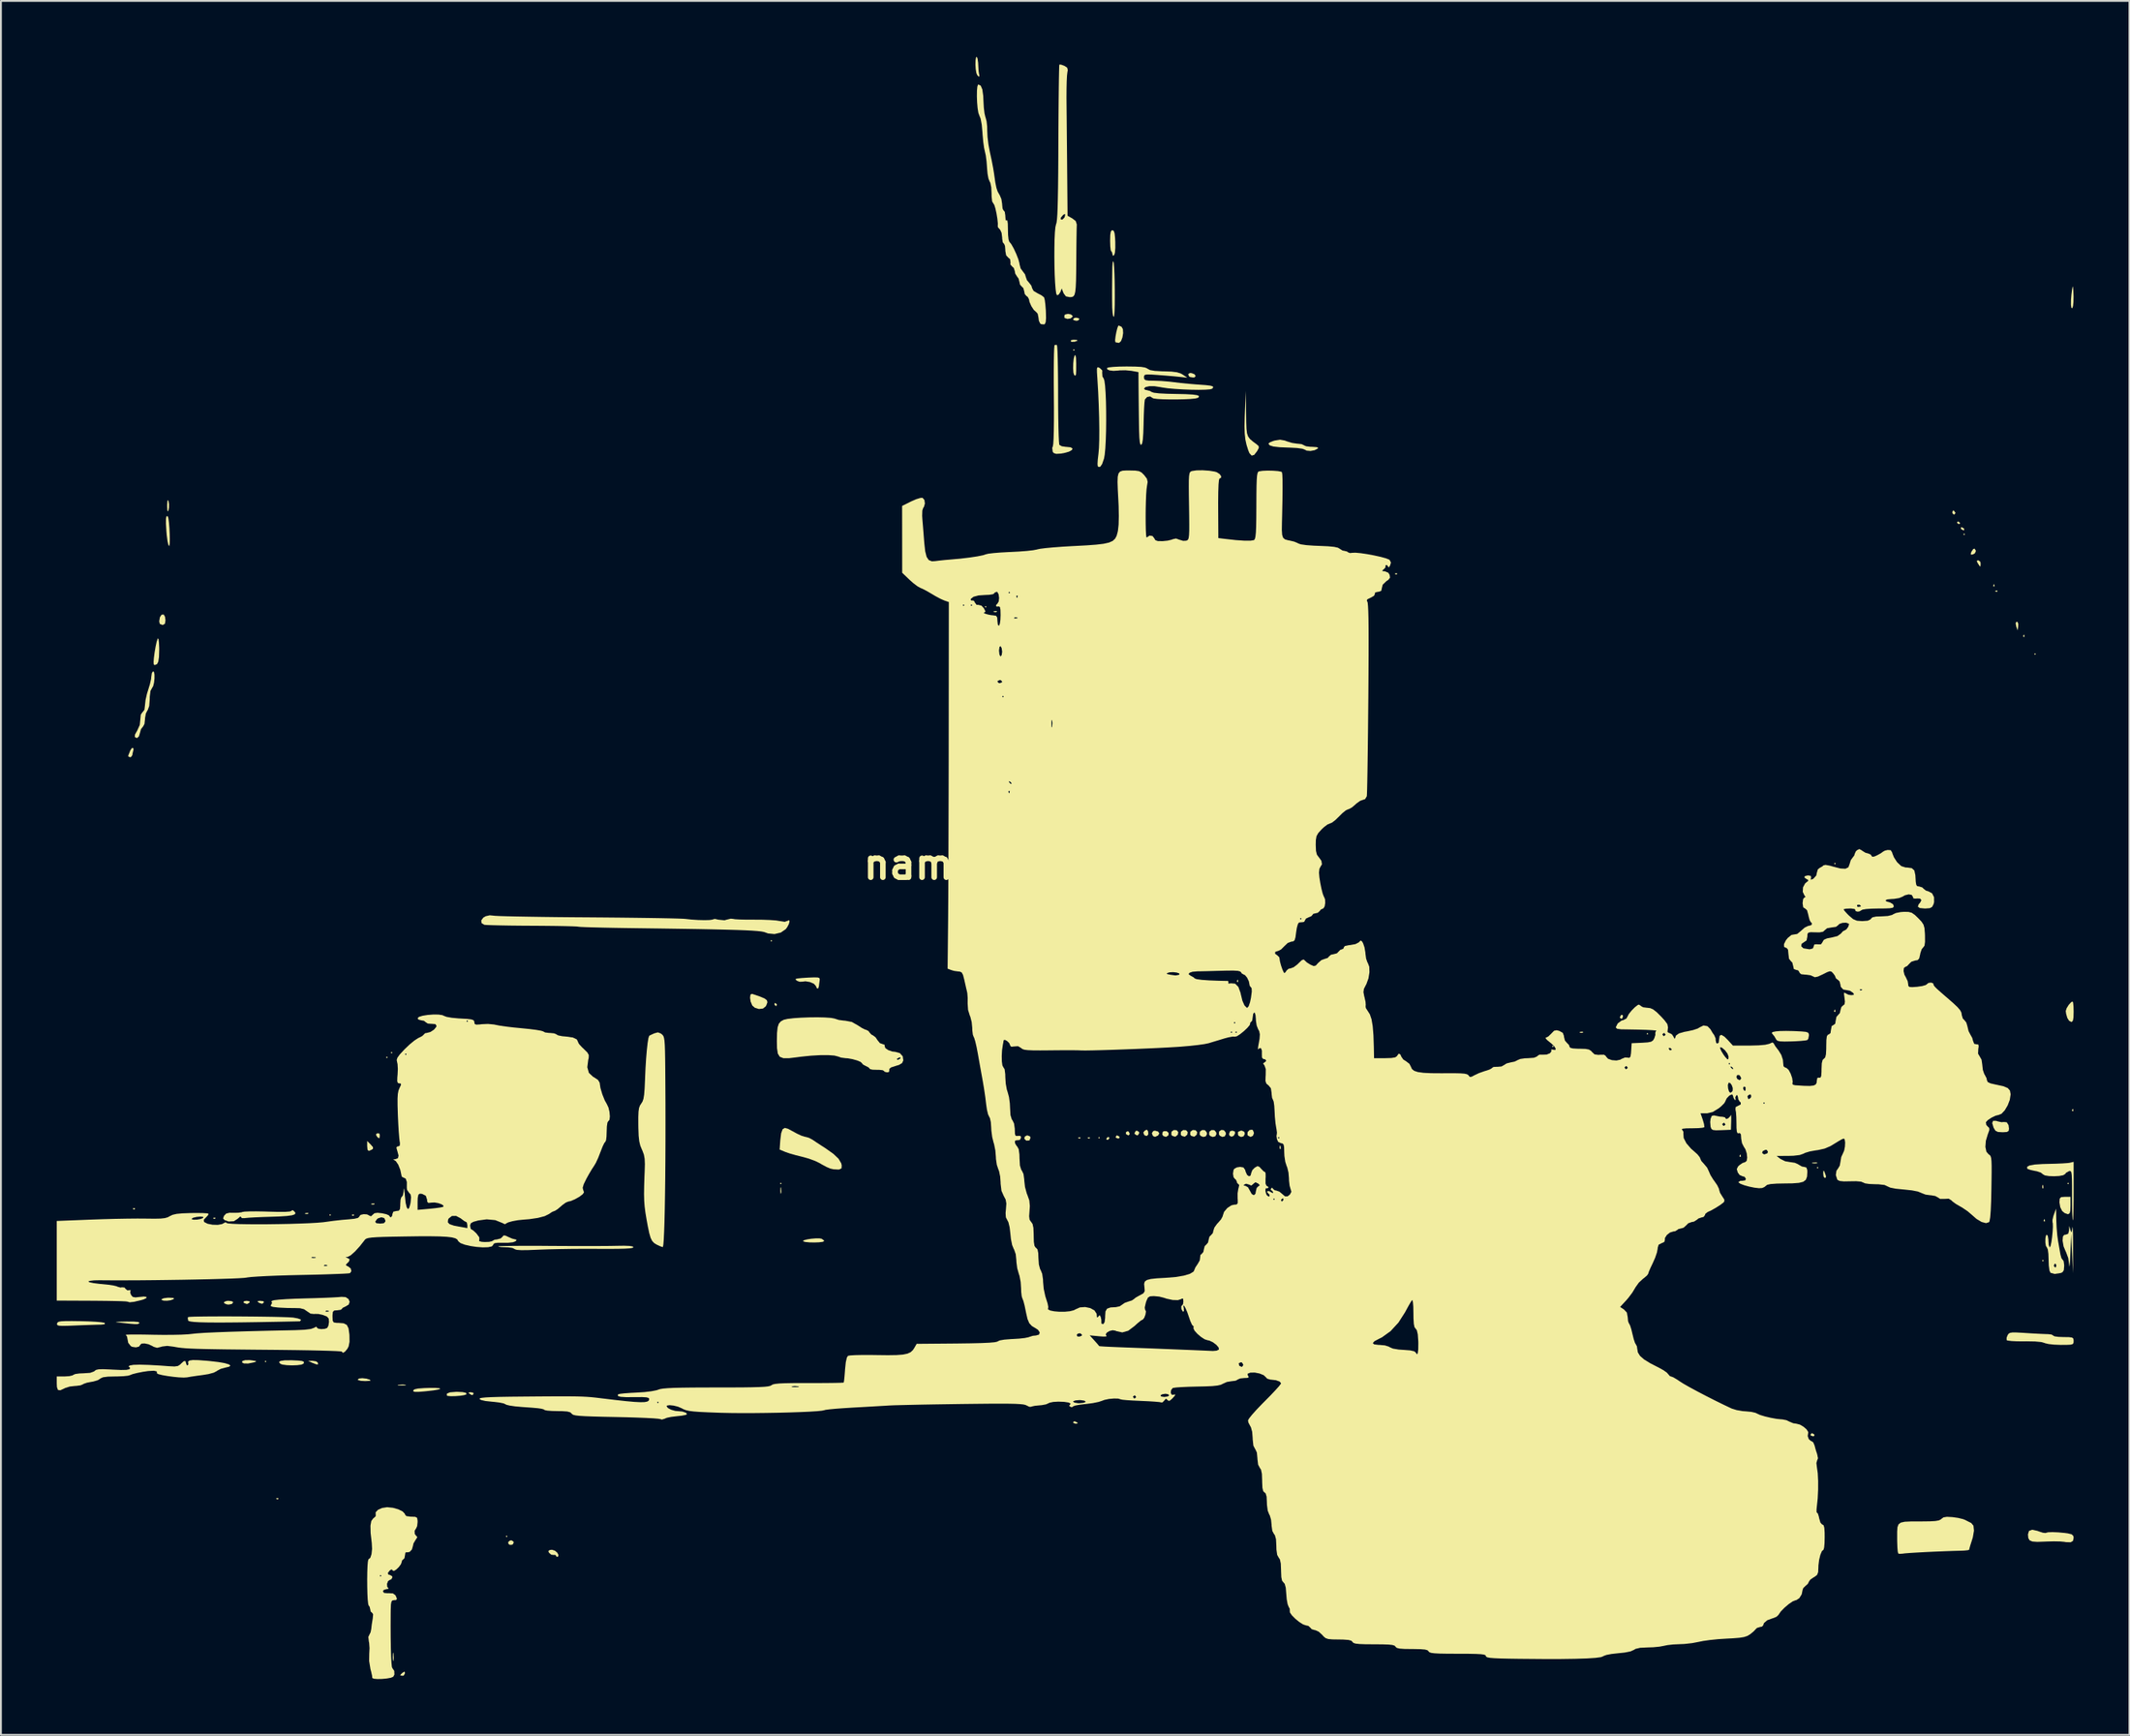
<source format=kicad_pcb>
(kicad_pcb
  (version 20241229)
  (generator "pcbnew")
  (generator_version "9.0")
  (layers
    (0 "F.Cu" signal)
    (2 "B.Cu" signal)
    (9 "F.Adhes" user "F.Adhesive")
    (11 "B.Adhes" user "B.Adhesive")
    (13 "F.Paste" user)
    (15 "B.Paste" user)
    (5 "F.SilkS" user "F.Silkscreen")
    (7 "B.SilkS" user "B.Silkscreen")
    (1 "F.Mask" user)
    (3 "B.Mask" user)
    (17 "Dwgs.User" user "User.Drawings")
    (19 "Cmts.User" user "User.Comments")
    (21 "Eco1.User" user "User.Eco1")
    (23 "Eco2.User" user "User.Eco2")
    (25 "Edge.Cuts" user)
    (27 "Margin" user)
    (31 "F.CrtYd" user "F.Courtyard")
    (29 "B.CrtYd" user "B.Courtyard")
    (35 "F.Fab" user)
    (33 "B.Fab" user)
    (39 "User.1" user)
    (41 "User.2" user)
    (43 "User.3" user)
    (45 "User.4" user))
  (footprint "nammac2_negative"
    (layer "F.Cu")
    (at 54.187 43.399)
    (property "Reference" "nammac2_negative" (at 0 0 0) (layer "F.SilkS") (effects (font (size 1.524 1.524) (thickness 0.3))))
    (attr board_only exclude_from_pos_files exclude_from_bom)
    (fp_poly (pts (xy -42.926 26.712) (xy -42.968 26.755) (xy -43.011 26.712) (xy -42.968 26.67)) (stroke (width 0) (type solid)) (fill yes) (layer "F.SilkS"))
    (fp_poly (pts (xy -39.455 18.838) (xy -39.497 18.881) (xy -39.539 18.838) (xy -39.497 18.796)) (stroke (width 0) (type solid)) (fill yes) (layer "F.SilkS"))
    (fp_poly (pts (xy -36.407 10.372) (xy -36.449 10.414) (xy -36.491 10.372) (xy -36.449 10.329)) (stroke (width 0) (type solid)) (fill yes) (layer "F.SilkS"))
    (fp_poly (pts (xy -36.153 10.118) (xy -36.195 10.16) (xy -36.237 10.118) (xy -36.195 10.075)) (stroke (width 0) (type solid)) (fill yes) (layer "F.SilkS"))
    (fp_poly (pts (xy -29.972 36.11) (xy -30.014 36.153) (xy -30.057 36.11) (xy -30.014 36.068)) (stroke (width 0) (type solid)) (fill yes) (layer "F.SilkS"))
    (fp_poly (pts (xy -15.748 4.106) (xy -15.79 4.149) (xy -15.833 4.106) (xy -15.79 4.064)) (stroke (width 0) (type solid)) (fill yes) (layer "F.SilkS"))
    (fp_poly (pts (xy -15.24 17.145) (xy -15.282 17.187) (xy -15.325 17.145) (xy -15.282 17.103)) (stroke (width 0) (type solid)) (fill yes) (layer "F.SilkS"))
    (fp_poly (pts (xy -4.233 -13.843) (xy -4.276 -13.801) (xy -4.318 -13.843) (xy -4.276 -13.885)) (stroke (width 0) (type solid)) (fill yes) (layer "F.SilkS"))
    (fp_poly (pts (xy 0.508 -27.644) (xy 0.466 -27.601) (xy 0.423 -27.644) (xy 0.466 -27.686)) (stroke (width 0) (type solid)) (fill yes) (layer "F.SilkS"))
    (fp_poly (pts (xy 1.863 14.69) (xy 1.82 14.732) (xy 1.778 14.69) (xy 1.82 14.647)) (stroke (width 0) (type solid)) (fill yes) (layer "F.SilkS"))
    (fp_poly (pts (xy 26.247 9.779) (xy 26.204 9.821) (xy 26.162 9.779) (xy 26.204 9.737)) (stroke (width 0) (type solid)) (fill yes) (layer "F.SilkS"))
    (fp_poly (pts (xy 31.327 9.102) (xy 31.284 9.144) (xy 31.242 9.102) (xy 31.284 9.059)) (stroke (width 0) (type solid)) (fill yes) (layer "F.SilkS"))
    (fp_poly (pts (xy 40.471 16.298) (xy 40.428 16.341) (xy 40.386 16.298) (xy 40.428 16.256)) (stroke (width 0) (type solid)) (fill yes) (layer "F.SilkS"))
    (fp_poly (pts (xy 41.402 -0.042) (xy 41.36 0) (xy 41.317 -0.042) (xy 41.36 -0.085)) (stroke (width 0) (type solid)) (fill yes) (layer "F.SilkS"))
    (fp_poly (pts (xy 48.345 -17.738) (xy 48.302 -17.695) (xy 48.26 -17.738) (xy 48.302 -17.78)) (stroke (width 0) (type solid)) (fill yes) (layer "F.SilkS"))
    (fp_poly (pts (xy 52.155 -11.303) (xy 52.112 -11.261) (xy 52.07 -11.303) (xy 52.112 -11.345)) (stroke (width 0) (type solid)) (fill yes) (layer "F.SilkS"))
    (fp_poly (pts (xy 52.578 21.294) (xy 52.536 21.336) (xy 52.493 21.294) (xy 52.536 21.251)) (stroke (width 0) (type solid)) (fill yes) (layer "F.SilkS"))
    (fp_poly (pts (xy 53.933 17.145) (xy 53.89 17.187) (xy 53.848 17.145) (xy 53.89 17.103)) (stroke (width 0) (type solid)) (fill yes) (layer "F.SilkS"))
    (fp_poly (pts (xy -49.982 18.486) (xy -49.993 18.536) (xy -50.038 18.542) (xy -50.108 18.511) (xy -50.094 18.486) (xy -49.994 18.475)) (stroke (width 0) (type solid)) (fill yes) (layer "F.SilkS"))
    (fp_poly (pts (xy -45.664 18.994) (xy -45.675 19.044) (xy -45.72 19.05) (xy -45.79 19.019) (xy -45.776 18.994) (xy -45.676 18.983)) (stroke (width 0) (type solid)) (fill yes) (layer "F.SilkS"))
    (fp_poly (pts (xy -42.277 34.064) (xy -42.289 34.115) (xy -42.333 34.121) (xy -42.403 34.09) (xy -42.39 34.064) (xy -42.289 34.054)) (stroke (width 0) (type solid)) (fill yes) (layer "F.SilkS"))
    (fp_poly (pts (xy -40.663 18.745) (xy -40.688 18.783) (xy -40.774 18.789) (xy -40.864 18.769) (xy -40.825 18.738) (xy -40.693 18.728)) (stroke (width 0) (type solid)) (fill yes) (layer "F.SilkS"))
    (fp_poly (pts (xy -38.213 18.824) (xy -38.225 18.875) (xy -38.269 18.881) (xy -38.339 18.85) (xy -38.326 18.824) (xy -38.225 18.814)) (stroke (width 0) (type solid)) (fill yes) (layer "F.SilkS"))
    (fp_poly (pts (xy -37.107 18.237) (xy -37.132 18.275) (xy -37.218 18.281) (xy -37.308 18.261) (xy -37.269 18.23) (xy -37.137 18.22)) (stroke (width 0) (type solid)) (fill yes) (layer "F.SilkS"))
    (fp_poly (pts (xy -3.664 -13.598) (xy -3.689 -13.559) (xy -3.775 -13.553) (xy -3.865 -13.574) (xy -3.826 -13.605) (xy -3.694 -13.615)) (stroke (width 0) (type solid)) (fill yes) (layer "F.SilkS"))
    (fp_poly (pts (xy 0.818 14.676) (xy 0.807 14.726) (xy 0.762 14.732) (xy 0.692 14.701) (xy 0.706 14.676) (xy 0.806 14.665)) (stroke (width 0) (type solid)) (fill yes) (layer "F.SilkS"))
    (fp_poly (pts (xy 1.326 14.676) (xy 1.315 14.726) (xy 1.27 14.732) (xy 1.2 14.701) (xy 1.214 14.676) (xy 1.314 14.665)) (stroke (width 0) (type solid)) (fill yes) (layer "F.SilkS"))
    (fp_poly (pts (xy 9.285 6.209) (xy 9.295 6.309) (xy 9.285 6.322) (xy 9.235 6.31) (xy 9.229 6.265) (xy 9.26 6.196)) (stroke (width 0) (type solid)) (fill yes) (layer "F.SilkS"))
    (fp_poly (pts (xy 11.573 15.139) (xy 11.583 15.272) (xy 11.566 15.302) (xy 11.527 15.276) (xy 11.521 15.191) (xy 11.542 15.1)) (stroke (width 0) (type solid)) (fill yes) (layer "F.SilkS"))
    (fp_poly (pts (xy 17.836 -15.635) (xy 17.825 -15.585) (xy 17.78 -15.579) (xy 17.71 -15.61) (xy 17.724 -15.635) (xy 17.824 -15.645)) (stroke (width 0) (type solid)) (fill yes) (layer "F.SilkS"))
    (fp_poly (pts (xy 27.832 9.008) (xy 27.807 9.047) (xy 27.721 9.053) (xy 27.631 9.032) (xy 27.67 9.001) (xy 27.802 8.991)) (stroke (width 0) (type solid)) (fill yes) (layer "F.SilkS"))
    (fp_poly (pts (xy 36.294 15.607) (xy 36.304 15.707) (xy 36.294 15.72) (xy 36.243 15.708) (xy 36.237 15.663) (xy 36.268 15.594)) (stroke (width 0) (type solid)) (fill yes) (layer "F.SilkS"))
    (fp_poly (pts (xy 41.374 7.818) (xy 41.384 7.918) (xy 41.374 7.93) (xy 41.323 7.919) (xy 41.317 7.874) (xy 41.348 7.804)) (stroke (width 0) (type solid)) (fill yes) (layer "F.SilkS"))
    (fp_poly (pts (xy 49.925 -15.042) (xy 49.935 -14.942) (xy 49.925 -14.93) (xy 49.875 -14.941) (xy 49.869 -14.986) (xy 49.9 -15.056)) (stroke (width 0) (type solid)) (fill yes) (layer "F.SilkS"))
    (fp_poly (pts (xy 50.094 -14.704) (xy 50.083 -14.653) (xy 50.038 -14.647) (xy 49.968 -14.678) (xy 49.982 -14.704) (xy 50.082 -14.714)) (stroke (width 0) (type solid)) (fill yes) (layer "F.SilkS"))
    (fp_poly (pts (xy 51.534 -12.333) (xy 51.544 -12.233) (xy 51.534 -12.22) (xy 51.483 -12.232) (xy 51.477 -12.277) (xy 51.508 -12.346)) (stroke (width 0) (type solid)) (fill yes) (layer "F.SilkS"))
    (fp_poly (pts (xy 52.551 17.256) (xy 52.561 17.388) (xy 52.544 17.418) (xy 52.506 17.393) (xy 52.5 17.307) (xy 52.521 17.217)) (stroke (width 0) (type solid)) (fill yes) (layer "F.SilkS"))
    (fp_poly (pts (xy 52.634 19.078) (xy 52.645 19.179) (xy 52.634 19.191) (xy 52.584 19.179) (xy 52.578 19.135) (xy 52.609 19.065)) (stroke (width 0) (type solid)) (fill yes) (layer "F.SilkS"))
    (fp_poly (pts (xy 54.158 13.152) (xy 54.169 13.252) (xy 54.158 13.264) (xy 54.108 13.253) (xy 54.102 13.208) (xy 54.133 13.138)) (stroke (width 0) (type solid)) (fill yes) (layer "F.SilkS"))
    (fp_poly (pts (xy -40.266 26.702) (xy -40.171 26.76) (xy -40.138 26.863) (xy -40.233 26.87) (xy -40.428 26.796) (xy -40.682 26.684) (xy -40.454 26.677)) (stroke (width 0) (type solid)) (fill yes) (layer "F.SilkS"))
    (fp_poly (pts (xy -36.853 14.46) (xy -36.83 14.565) (xy -36.847 14.71) (xy -36.914 14.698) (xy -36.991 14.615) (xy -37.039 14.506) (xy -36.959 14.448)) (stroke (width 0) (type solid)) (fill yes) (layer "F.SilkS"))
    (fp_poly (pts (xy 2.364 14.669) (xy 2.377 14.709) (xy 2.317 14.788) (xy 2.282 14.804) (xy 2.21 14.777) (xy 2.214 14.736) (xy 2.288 14.648)) (stroke (width 0) (type solid)) (fill yes) (layer "F.SilkS"))
    (fp_poly (pts (xy 51.212 -12.922) (xy 51.206 -12.771) (xy 51.175 -12.573) (xy 51.107 -12.77) (xy 51.072 -12.939) (xy 51.089 -13.017) (xy 51.17 -13.034)) (stroke (width 0) (type solid)) (fill yes) (layer "F.SilkS"))
    (fp_poly (pts (xy -43.837 23.479) (xy -43.815 23.537) (xy -43.938 23.616) (xy -43.984 23.622) (xy -44.126 23.568) (xy -44.154 23.537) (xy -44.123 23.475) (xy -43.984 23.453)) (stroke (width 0) (type solid)) (fill yes) (layer "F.SilkS"))
    (fp_poly (pts (xy -43.081 23.478) (xy -43.053 23.537) (xy -43.151 23.615) (xy -43.301 23.567) (xy -43.349 23.537) (xy -43.406 23.479) (xy -43.316 23.456) (xy -43.239 23.454)) (stroke (width 0) (type solid)) (fill yes) (layer "F.SilkS"))
    (fp_poly (pts (xy -36.093 42.397) (xy -36.079 42.644) (xy -36.093 42.778) (xy -36.114 42.818) (xy -36.127 42.712) (xy -36.13 42.587) (xy -36.123 42.404) (xy -36.106 42.354)) (stroke (width 0) (type solid)) (fill yes) (layer "F.SilkS"))
    (fp_poly (pts (xy -35.454 27.965) (xy -35.414 27.986) (xy -35.52 27.999) (xy -35.645 28.002) (xy -35.828 27.995) (xy -35.878 27.978) (xy -35.835 27.965) (xy -35.588 27.951)) (stroke (width 0) (type solid)) (fill yes) (layer "F.SilkS"))
    (fp_poly (pts (xy -31.805 28.393) (xy -31.792 28.448) (xy -31.846 28.52) (xy -31.916 28.504) (xy -32.004 28.448) (xy -32.069 28.387) (xy -31.985 28.366) (xy -31.936 28.365)) (stroke (width 0) (type solid)) (fill yes) (layer "F.SilkS"))
    (fp_poly (pts (xy -29.647 36.39) (xy -29.633 36.449) (xy -29.696 36.555) (xy -29.83 36.57) (xy -29.913 36.522) (xy -29.933 36.418) (xy -29.836 36.336) (xy -29.755 36.322)) (stroke (width 0) (type solid)) (fill yes) (layer "F.SilkS"))
    (fp_poly (pts (xy -15.497 7.512) (xy -15.494 7.535) (xy -15.523 7.618) (xy -15.531 7.62) (xy -15.604 7.561) (xy -15.621 7.535) (xy -15.614 7.457) (xy -15.584 7.451)) (stroke (width 0) (type solid)) (fill yes) (layer "F.SilkS"))
    (fp_poly (pts (xy -15.266 17.378) (xy -15.253 17.593) (xy -15.266 17.674) (xy -15.291 17.701) (xy -15.304 17.583) (xy -15.305 17.526) (xy -15.296 17.372) (xy -15.274 17.354)) (stroke (width 0) (type solid)) (fill yes) (layer "F.SilkS"))
    (fp_poly (pts (xy 0.55 29.941) (xy 0.662 30.001) (xy 0.677 30.023) (xy 0.608 30.053) (xy 0.55 30.057) (xy 0.438 30.012) (xy 0.423 29.975) (xy 0.485 29.928)) (stroke (width 0) (type solid)) (fill yes) (layer "F.SilkS"))
    (fp_poly (pts (xy 0.64 -28.179) (xy 0.657 -28.14) (xy 0.508 -28.085) (xy 0.508 -28.085) (xy 0.351 -28.081) (xy 0.291 -28.117) (xy 0.326 -28.173) (xy 0.461 -28.194)) (stroke (width 0) (type solid)) (fill yes) (layer "F.SilkS"))
    (fp_poly (pts (xy 0.73 -29.344) (xy 0.762 -29.295) (xy 0.691 -29.226) (xy 0.593 -29.21) (xy 0.455 -29.245) (xy 0.423 -29.295) (xy 0.494 -29.363) (xy 0.593 -29.379)) (stroke (width 0) (type solid)) (fill yes) (layer "F.SilkS"))
    (fp_poly (pts (xy 2.904 14.624) (xy 2.921 14.647) (xy 2.902 14.72) (xy 2.841 14.732) (xy 2.725 14.688) (xy 2.709 14.647) (xy 2.77 14.565) (xy 2.789 14.563)) (stroke (width 0) (type solid)) (fill yes) (layer "F.SilkS"))
    (fp_poly (pts (xy 3.417 14.367) (xy 3.47 14.484) (xy 3.415 14.56) (xy 3.392 14.563) (xy 3.276 14.501) (xy 3.263 14.484) (xy 3.267 14.383) (xy 3.357 14.34)) (stroke (width 0) (type solid)) (fill yes) (layer "F.SilkS"))
    (fp_poly (pts (xy 3.965 14.376) (xy 3.979 14.436) (xy 3.912 14.548) (xy 3.852 14.563) (xy 3.74 14.495) (xy 3.725 14.436) (xy 3.793 14.323) (xy 3.852 14.309)) (stroke (width 0) (type solid)) (fill yes) (layer "F.SilkS"))
    (fp_poly (pts (xy 5.452 14.338) (xy 5.556 14.428) (xy 5.55 14.555) (xy 5.42 14.643) (xy 5.276 14.6) (xy 5.217 14.517) (xy 5.238 14.379) (xy 5.299 14.337)) (stroke (width 0) (type solid)) (fill yes) (layer "F.SilkS"))
    (fp_poly (pts (xy 9.116 14.354) (xy 9.128 14.456) (xy 9.049 14.593) (xy 8.927 14.634) (xy 8.827 14.575) (xy 8.805 14.484) (xy 8.861 14.339) (xy 8.981 14.309)) (stroke (width 0) (type solid)) (fill yes) (layer "F.SilkS"))
    (fp_poly (pts (xy 29.96 8.105) (xy 29.972 8.165) (xy 29.928 8.281) (xy 29.887 8.297) (xy 29.805 8.237) (xy 29.803 8.218) (xy 29.864 8.103) (xy 29.887 8.086)) (stroke (width 0) (type solid)) (fill yes) (layer "F.SilkS"))
    (fp_poly (pts (xy 40.242 30.626) (xy 40.259 30.649) (xy 40.24 30.722) (xy 40.179 30.734) (xy 40.063 30.69) (xy 40.047 30.649) (xy 40.108 30.567) (xy 40.127 30.565)) (stroke (width 0) (type solid)) (fill yes) (layer "F.SilkS"))
    (fp_poly (pts (xy 40.409 16.031) (xy 40.412 16.059) (xy 40.279 16.07) (xy 40.259 16.07) (xy 40.128 16.058) (xy 40.14 16.032) (xy 40.155 16.028) (xy 40.339 16.016)) (stroke (width 0) (type solid)) (fill yes) (layer "F.SilkS"))
    (fp_poly (pts (xy 40.771 16.471) (xy 40.809 16.552) (xy 40.88 16.75) (xy 40.863 16.836) (xy 40.809 16.849) (xy 40.75 16.776) (xy 40.731 16.616) (xy 40.741 16.465)) (stroke (width 0) (type solid)) (fill yes) (layer "F.SilkS"))
    (fp_poly (pts (xy 47.752 -19.008) (xy 47.833 -18.899) (xy 47.837 -18.876) (xy 47.772 -18.798) (xy 47.752 -18.796) (xy 47.678 -18.865) (xy 47.667 -18.928) (xy 47.708 -19.016)) (stroke (width 0) (type solid)) (fill yes) (layer "F.SilkS"))
    (fp_poly (pts (xy 48.006 -18.415) (xy 48.087 -18.339) (xy 48.091 -18.325) (xy 48.025 -18.289) (xy 48.006 -18.288) (xy 47.925 -18.353) (xy 47.921 -18.378) (xy 47.973 -18.428)) (stroke (width 0) (type solid)) (fill yes) (layer "F.SilkS"))
    (fp_poly (pts (xy 48.285 -18.057) (xy 48.302 -18.034) (xy 48.298 -17.956) (xy 48.27 -17.949) (xy 48.15 -18.011) (xy 48.133 -18.034) (xy 48.137 -18.112) (xy 48.165 -18.119)) (stroke (width 0) (type solid)) (fill yes) (layer "F.SilkS"))
    (fp_poly (pts (xy 48.937 -16.85) (xy 48.884 -16.719) (xy 48.774 -16.656) (xy 48.664 -16.644) (xy 48.664 -16.722) (xy 48.702 -16.813) (xy 48.793 -16.946) (xy 48.865 -16.968)) (stroke (width 0) (type solid)) (fill yes) (layer "F.SilkS"))
    (fp_poly (pts (xy -37.317 15.055) (xy -37.196 15.195) (xy -37.195 15.279) (xy -37.253 15.326) (xy -37.411 15.399) (xy -37.487 15.344) (xy -37.507 15.141) (xy -37.507 15.137) (xy -37.507 14.864)) (stroke (width 0) (type solid)) (fill yes) (layer "F.SilkS"))
    (fp_poly (pts (xy -35.475 43.453) (xy -35.475 43.466) (xy -35.539 43.585) (xy -35.602 43.603) (xy -35.715 43.586) (xy -35.729 43.571) (xy -35.673 43.498) (xy -35.602 43.434) (xy -35.502 43.375)) (stroke (width 0) (type solid)) (fill yes) (layer "F.SilkS"))
    (fp_poly (pts (xy -1.895 14.613) (xy -1.863 14.685) (xy -1.919 14.833) (xy -2.074 14.847) (xy -2.095 14.841) (xy -2.195 14.745) (xy -2.173 14.627) (xy -2.048 14.563) (xy -2.032 14.563)) (stroke (width 0) (type solid)) (fill yes) (layer "F.SilkS"))
    (fp_poly (pts (xy 4.453 14.342) (xy 4.455 14.347) (xy 4.466 14.507) (xy 4.39 14.594) (xy 4.275 14.565) (xy 4.246 14.535) (xy 4.195 14.411) (xy 4.274 14.31) (xy 4.385 14.253)) (stroke (width 0) (type solid)) (fill yes) (layer "F.SilkS"))
    (fp_poly (pts (xy 5.987 14.285) (xy 6.075 14.385) (xy 6.053 14.522) (xy 5.937 14.622) (xy 5.904 14.631) (xy 5.754 14.589) (xy 5.702 14.518) (xy 5.712 14.365) (xy 5.834 14.275)) (stroke (width 0) (type solid)) (fill yes) (layer "F.SilkS"))
    (fp_poly (pts (xy 6.495 14.285) (xy 6.583 14.385) (xy 6.561 14.522) (xy 6.445 14.622) (xy 6.412 14.631) (xy 6.262 14.589) (xy 6.21 14.518) (xy 6.22 14.365) (xy 6.342 14.275)) (stroke (width 0) (type solid)) (fill yes) (layer "F.SilkS"))
    (fp_poly (pts (xy 6.788 -26.401) (xy 6.944 -26.34) (xy 7.008 -26.249) (xy 6.963 -26.176) (xy 6.879 -26.162) (xy 6.715 -26.188) (xy 6.66 -26.218) (xy 6.604 -26.339) (xy 6.69 -26.402)) (stroke (width 0) (type solid)) (fill yes) (layer "F.SilkS"))
    (fp_poly (pts (xy 7.003 14.285) (xy 7.091 14.385) (xy 7.069 14.522) (xy 6.953 14.622) (xy 6.92 14.631) (xy 6.77 14.589) (xy 6.718 14.518) (xy 6.728 14.365) (xy 6.85 14.275)) (stroke (width 0) (type solid)) (fill yes) (layer "F.SilkS"))
    (fp_poly (pts (xy 7.506 14.283) (xy 7.602 14.394) (xy 7.62 14.487) (xy 7.558 14.611) (xy 7.421 14.648) (xy 7.28 14.593) (xy 7.224 14.512) (xy 7.237 14.364) (xy 7.358 14.275)) (stroke (width 0) (type solid)) (fill yes) (layer "F.SilkS"))
    (fp_poly (pts (xy 8.014 14.283) (xy 8.11 14.394) (xy 8.128 14.487) (xy 8.066 14.611) (xy 7.929 14.648) (xy 7.788 14.593) (xy 7.732 14.512) (xy 7.745 14.364) (xy 7.866 14.275)) (stroke (width 0) (type solid)) (fill yes) (layer "F.SilkS"))
    (fp_poly (pts (xy 8.522 14.283) (xy 8.618 14.394) (xy 8.636 14.487) (xy 8.576 14.613) (xy 8.443 14.646) (xy 8.309 14.581) (xy 8.261 14.506) (xy 8.269 14.352) (xy 8.39 14.27)) (stroke (width 0) (type solid)) (fill yes) (layer "F.SilkS"))
    (fp_poly (pts (xy 9.628 14.375) (xy 9.652 14.478) (xy 9.59 14.609) (xy 9.455 14.649) (xy 9.323 14.589) (xy 9.286 14.529) (xy 9.283 14.378) (xy 9.425 14.312) (xy 9.497 14.309)) (stroke (width 0) (type solid)) (fill yes) (layer "F.SilkS"))
    (fp_poly (pts (xy 10.09 14.29) (xy 10.144 14.435) (xy 10.09 14.582) (xy 9.96 14.647) (xy 9.826 14.579) (xy 9.793 14.527) (xy 9.803 14.382) (xy 9.906 14.276) (xy 10.038 14.257)) (stroke (width 0) (type solid)) (fill yes) (layer "F.SilkS"))
    (fp_poly (pts (xy 49.168 -16.27) (xy 49.191 -16.171) (xy 49.182 -16.033) (xy 49.169 -16.002) (xy 49.114 -16.064) (xy 49.042 -16.171) (xy 48.98 -16.299) (xy 49.03 -16.339) (xy 49.064 -16.341)) (stroke (width 0) (type solid)) (fill yes) (layer "F.SilkS"))
    (fp_poly (pts (xy -48.184 -19.521) (xy -48.155 -19.36) (xy -48.158 -19.166) (xy -48.188 -19.012) (xy -48.228 -18.965) (xy -48.246 -19.041) (xy -48.254 -19.231) (xy -48.254 -19.325) (xy -48.242 -19.531) (xy -48.213 -19.575)) (stroke (width 0) (type solid)) (fill yes) (layer "F.SilkS"))
    (fp_poly (pts (xy -44.78 23.475) (xy -44.704 23.527) (xy -44.704 23.528) (xy -44.776 23.623) (xy -44.951 23.656) (xy -45.064 23.642) (xy -45.199 23.579) (xy -45.188 23.507) (xy -45.049 23.458) (xy -44.958 23.453)) (stroke (width 0) (type solid)) (fill yes) (layer "F.SilkS"))
    (fp_poly (pts (xy -37.549 27.635) (xy -37.38 27.686) (xy -37.317 27.73) (xy -37.395 27.755) (xy -37.613 27.765) (xy -37.848 27.752) (xy -37.992 27.714) (xy -38.015 27.686) (xy -37.943 27.627) (xy -37.768 27.61)) (stroke (width 0) (type solid)) (fill yes) (layer "F.SilkS"))
    (fp_poly (pts (xy 0.306 -29.553) (xy 0.398 -29.477) (xy 0.399 -29.432) (xy 0.294 -29.339) (xy 0.122 -29.311) (xy -0.023 -29.359) (xy -0.045 -29.384) (xy -0.042 -29.508) (xy -0.001 -29.548) (xy 0.149 -29.584)) (stroke (width 0) (type solid)) (fill yes) (layer "F.SilkS"))
    (fp_poly (pts (xy 4.988 14.354) (xy 5.056 14.455) (xy 4.994 14.565) (xy 4.985 14.571) (xy 4.828 14.642) (xy 4.72 14.598) (xy 4.713 14.591) (xy 4.655 14.448) (xy 4.726 14.333) (xy 4.821 14.309)) (stroke (width 0) (type solid)) (fill yes) (layer "F.SilkS"))
    (fp_poly (pts (xy -48.439 -13.426) (xy -48.371 -13.306) (xy -48.345 -13.118) (xy -48.372 -12.935) (xy -48.475 -12.871) (xy -48.514 -12.869) (xy -48.651 -12.924) (xy -48.682 -13.06) (xy -48.645 -13.281) (xy -48.556 -13.417) (xy -48.442 -13.428)) (stroke (width 0) (type solid)) (fill yes) (layer "F.SilkS"))
    (fp_poly (pts (xy -47.938 23.296) (xy -47.881 23.33) (xy -47.921 23.368) (xy -48.072 23.424) (xy -48.265 23.449) (xy -48.444 23.443) (xy -48.552 23.408) (xy -48.556 23.368) (xy -48.446 23.316) (xy -48.233 23.287) (xy -48.149 23.285)) (stroke (width 0) (type solid)) (fill yes) (layer "F.SilkS"))
    (fp_poly (pts (xy -43.683 26.655) (xy -43.499 26.687) (xy -43.469 26.715) (xy -43.58 26.755) (xy -43.603 26.761) (xy -43.901 26.822) (xy -44.128 26.819) (xy -44.232 26.764) (xy -44.212 26.686) (xy -44.063 26.642) (xy -43.824 26.639)) (stroke (width 0) (type solid)) (fill yes) (layer "F.SilkS"))
    (fp_poly (pts (xy -50.057 -6.203) (xy -50.071 -6.131) (xy -50.118 -5.941) (xy -50.123 -5.877) (xy -50.191 -5.773) (xy -50.257 -5.757) (xy -50.349 -5.807) (xy -50.341 -5.863) (xy -50.27 -6.035) (xy -50.24 -6.117) (xy -50.157 -6.242) (xy -50.104 -6.265)) (stroke (width 0) (type solid)) (fill yes) (layer "F.SilkS"))
    (fp_poly (pts (xy -27.42 36.879) (xy -27.288 36.993) (xy -27.225 37.122) (xy -27.264 37.212) (xy -27.341 37.199) (xy -27.347 37.165) (xy -27.408 37.101) (xy -27.464 37.111) (xy -27.616 37.095) (xy -27.744 36.984) (xy -27.771 36.898) (xy -27.699 36.845) (xy -27.579 36.83)) (stroke (width 0) (type solid)) (fill yes) (layer "F.SilkS"))
    (fp_poly (pts (xy -32.367 28.359) (xy -32.194 28.401) (xy -32.167 28.465) (xy -32.18 28.48) (xy -32.3 28.522) (xy -32.52 28.555) (xy -32.78 28.575) (xy -33.022 28.578) (xy -33.188 28.562) (xy -33.225 28.544) (xy -33.222 28.436) (xy -33.055 28.37) (xy -32.723 28.344) (xy -32.669 28.344)) (stroke (width 0) (type solid)) (fill yes) (layer "F.SilkS"))
    (fp_poly (pts (xy 54.149 -31.035) (xy 54.165 -30.891) (xy 54.169 -30.84) (xy 54.183 -30.515) (xy 54.177 -30.226) (xy 54.154 -30.005) (xy 54.118 -29.887) (xy 54.072 -29.902) (xy 54.068 -29.91) (xy 54.042 -30.068) (xy 54.044 -30.333) (xy 54.069 -30.63) (xy 54.107 -30.917) (xy 54.132 -31.048)) (stroke (width 0) (type solid)) (fill yes) (layer "F.SilkS"))
    (fp_poly (pts (xy -33.622 28.151) (xy -33.575 28.181) (xy -33.683 28.221) (xy -33.941 28.266) (xy -34.345 28.312) (xy -34.406 28.318) (xy -34.744 28.344) (xy -34.942 28.344) (xy -35.028 28.316) (xy -35.034 28.266) (xy -34.959 28.206) (xy -34.769 28.166) (xy -34.442 28.142) (xy -34.198 28.134) (xy -33.828 28.134)) (stroke (width 0) (type solid)) (fill yes) (layer "F.SilkS"))
    (fp_poly (pts (xy -16.785 6.971) (xy -16.4 7.102) (xy -16.155 7.205) (xy -16.03 7.301) (xy -16.002 7.41) (xy -16.052 7.552) (xy -16.09 7.627) (xy -16.238 7.747) (xy -16.457 7.772) (xy -16.678 7.703) (xy -16.815 7.583) (xy -16.904 7.369) (xy -16.933 7.168) (xy -16.913 6.998) (xy -16.834 6.959)) (stroke (width 0) (type solid)) (fill yes) (layer "F.SilkS"))
    (fp_poly (pts (xy -13.189 20.099) (xy -13.088 20.117) (xy -12.972 20.2) (xy -12.954 20.244) (xy -13.03 20.284) (xy -13.221 20.309) (xy -13.474 20.318) (xy -13.738 20.313) (xy -13.958 20.292) (xy -14.082 20.255) (xy -14.09 20.247) (xy -14.043 20.199) (xy -13.878 20.154) (xy -13.646 20.117) (xy -13.399 20.097)) (stroke (width 0) (type solid)) (fill yes) (layer "F.SilkS"))
    (fp_poly (pts (xy -4.709 -43.295) (xy -4.677 -43.079) (xy -4.669 -42.922) (xy -4.655 -42.659) (xy -4.628 -42.466) (xy -4.611 -42.412) (xy -4.617 -42.338) (xy -4.642 -42.333) (xy -4.723 -42.404) (xy -4.773 -42.524) (xy -4.809 -42.734) (xy -4.823 -42.977) (xy -4.817 -43.203) (xy -4.793 -43.36) (xy -4.752 -43.399)) (stroke (width 0) (type solid)) (fill yes) (layer "F.SilkS"))
    (fp_poly (pts (xy 0.58 -27.22) (xy 0.591 -26.921) (xy 0.591 -26.86) (xy 0.59 -26.53) (xy 0.58 -26.34) (xy 0.555 -26.264) (xy 0.511 -26.274) (xy 0.48 -26.303) (xy 0.441 -26.427) (xy 0.426 -26.656) (xy 0.432 -26.926) (xy 0.458 -27.174) (xy 0.502 -27.338) (xy 0.508 -27.347) (xy 0.553 -27.359)) (stroke (width 0) (type solid)) (fill yes) (layer "F.SilkS"))
    (fp_poly (pts (xy 54.017 18.33) (xy 54.009 18.602) (xy 53.974 18.744) (xy 53.902 18.793) (xy 53.867 18.796) (xy 53.7 18.735) (xy 53.57 18.626) (xy 53.469 18.423) (xy 53.425 18.168) (xy 53.425 18.16) (xy 53.438 17.962) (xy 53.512 17.881) (xy 53.699 17.865) (xy 53.721 17.865) (xy 54.017 17.865)) (stroke (width 0) (type solid)) (fill yes) (layer "F.SilkS"))
    (fp_poly (pts (xy 54.16 7.443) (xy 54.18 7.645) (xy 54.187 7.916) (xy 54.178 8.224) (xy 54.149 8.395) (xy 54.09 8.462) (xy 54.058 8.467) (xy 53.935 8.396) (xy 53.846 8.249) (xy 53.783 8.029) (xy 53.763 7.881) (xy 53.811 7.728) (xy 53.923 7.548) (xy 54.052 7.407) (xy 54.133 7.366)) (stroke (width 0) (type solid)) (fill yes) (layer "F.SilkS"))
    (fp_poly (pts (xy -50.052 24.569) (xy -49.817 24.59) (xy -49.739 24.63) (xy -49.742 24.638) (xy -49.781 24.68) (xy -49.855 24.702) (xy -49.996 24.703) (xy -50.236 24.684) (xy -50.608 24.645) (xy -50.673 24.638) (xy -50.907 24.611) (xy -51.013 24.594) (xy -50.982 24.583) (xy -50.803 24.575) (xy -50.465 24.568) (xy -50.435 24.568)) (stroke (width 0) (type solid)) (fill yes) (layer "F.SilkS"))
    (fp_poly (pts (xy -41.55 26.648) (xy -41.205 26.664) (xy -41.001 26.688) (xy -40.912 26.728) (xy -40.91 26.792) (xy -40.933 26.834) (xy -41.044 26.882) (xy -41.267 26.911) (xy -41.548 26.921) (xy -41.831 26.91) (xy -42.06 26.879) (xy -42.162 26.843) (xy -42.247 26.75) (xy -42.171 26.685) (xy -41.942 26.65) (xy -41.566 26.648)) (stroke (width 0) (type solid)) (fill yes) (layer "F.SilkS"))
    (fp_poly (pts (xy 2.979 -28.914) (xy 3.034 -28.882) (xy 3.102 -28.756) (xy 3.113 -28.547) (xy 3.075 -28.315) (xy 3.001 -28.121) (xy 2.9 -28.027) (xy 2.883 -28.025) (xy 2.734 -28.047) (xy 2.694 -28.069) (xy 2.682 -28.168) (xy 2.704 -28.365) (xy 2.747 -28.599) (xy 2.8 -28.81) (xy 2.85 -28.939) (xy 2.869 -28.955)) (stroke (width 0) (type solid)) (fill yes) (layer "F.SilkS"))
    (fp_poly (pts (xy -48.721 -12.106) (xy -48.697 -11.931) (xy -48.684 -11.655) (xy -48.683 -11.542) (xy -48.695 -11.143) (xy -48.733 -10.89) (xy -48.8 -10.762) (xy -48.803 -10.759) (xy -48.929 -10.709) (xy -48.973 -10.742) (xy -48.985 -10.864) (xy -48.968 -11.099) (xy -48.929 -11.394) (xy -48.877 -11.698) (xy -48.821 -11.959) (xy -48.767 -12.123) (xy -48.753 -12.145)) (stroke (width 0) (type solid)) (fill yes) (layer "F.SilkS"))
    (fp_poly (pts (xy -48.231 -18.71) (xy -48.222 -18.702) (xy -48.188 -18.595) (xy -48.159 -18.373) (xy -48.135 -18.082) (xy -48.12 -17.766) (xy -48.114 -17.469) (xy -48.12 -17.236) (xy -48.141 -17.112) (xy -48.151 -17.103) (xy -48.194 -17.181) (xy -48.239 -17.391) (xy -48.278 -17.695) (xy -48.294 -17.875) (xy -48.32 -18.305) (xy -48.318 -18.58) (xy -48.289 -18.711)) (stroke (width 0) (type solid)) (fill yes) (layer "F.SilkS"))
    (fp_poly (pts (xy 50.022 13.782) (xy 50.098 13.807) (xy 50.307 13.854) (xy 50.448 13.844) (xy 50.594 13.859) (xy 50.689 14.013) (xy 50.714 14.203) (xy 50.694 14.323) (xy 50.602 14.379) (xy 50.392 14.393) (xy 50.355 14.393) (xy 50.117 14.378) (xy 49.983 14.31) (xy 49.889 14.155) (xy 49.883 14.141) (xy 49.811 13.902) (xy 49.857 13.782)) (stroke (width 0) (type solid)) (fill yes) (layer "F.SilkS"))
    (fp_poly (pts (xy 2.61 -34.04) (xy 2.655 -33.908) (xy 2.682 -33.65) (xy 2.692 -33.452) (xy 2.693 -33.119) (xy 2.671 -32.866) (xy 2.629 -32.737) (xy 2.629 -32.736) (xy 2.556 -32.708) (xy 2.54 -32.791) (xy 2.509 -32.915) (xy 2.477 -32.936) (xy 2.445 -33.013) (xy 2.422 -33.216) (xy 2.413 -33.501) (xy 2.413 -33.507) (xy 2.421 -33.822) (xy 2.449 -34) (xy 2.505 -34.072) (xy 2.54 -34.078)) (stroke (width 0) (type solid)) (fill yes) (layer "F.SilkS"))
    (fp_poly (pts (xy 2.589 -32.407) (xy 2.611 -32.304) (xy 2.631 -32.068) (xy 2.646 -31.732) (xy 2.657 -31.33) (xy 2.663 -30.895) (xy 2.664 -30.462) (xy 2.661 -30.064) (xy 2.651 -29.734) (xy 2.636 -29.507) (xy 2.616 -29.416) (xy 2.576 -29.469) (xy 2.545 -29.653) (xy 2.527 -29.928) (xy 2.527 -29.946) (xy 2.521 -30.357) (xy 2.52 -30.838) (xy 2.525 -31.423) (xy 2.535 -32.124) (xy 2.549 -32.32) (xy 2.577 -32.409)) (stroke (width 0) (type solid)) (fill yes) (layer "F.SilkS"))
    (fp_poly (pts (xy -13.291 6.078) (xy -13.205 6.112) (xy -13.188 6.179) (xy -13.193 6.223) (xy -13.223 6.445) (xy -13.232 6.54) (xy -13.276 6.674) (xy -13.347 6.652) (xy -13.399 6.531) (xy -13.505 6.414) (xy -13.712 6.324) (xy -13.952 6.282) (xy -14.149 6.305) (xy -14.277 6.306) (xy -14.412 6.256) (xy -14.486 6.187) (xy -14.476 6.152) (xy -14.378 6.13) (xy -14.155 6.107) (xy -13.854 6.087) (xy -13.801 6.084) (xy -13.478 6.072)) (stroke (width 0) (type solid)) (fill yes) (layer "F.SilkS"))
    (fp_poly (pts (xy 9.721 -24.235) (xy 9.728 -23.752) (xy 9.741 -23.406) (xy 9.771 -23.163) (xy 9.83 -22.991) (xy 9.928 -22.857) (xy 10.078 -22.728) (xy 10.287 -22.573) (xy 10.396 -22.476) (xy 10.403 -22.377) (xy 10.314 -22.209) (xy 10.155 -22.004) (xy 10.019 -21.966) (xy 9.9 -22.096) (xy 9.838 -22.244) (xy 9.743 -22.546) (xy 9.68 -22.835) (xy 9.646 -23.151) (xy 9.635 -23.537) (xy 9.646 -24.032) (xy 9.657 -24.299) (xy 9.706 -25.442)) (stroke (width 0) (type solid)) (fill yes) (layer "F.SilkS"))
    (fp_poly (pts (xy -52.917 24.546) (xy -52.474 24.558) (xy -52.09 24.578) (xy -51.798 24.605) (xy -51.629 24.635) (xy -51.605 24.647) (xy -51.609 24.707) (xy -51.777 24.731) (xy -51.816 24.732) (xy -52.017 24.736) (xy -52.341 24.746) (xy -52.743 24.76) (xy -53.157 24.777) (xy -53.593 24.794) (xy -53.886 24.799) (xy -54.064 24.789) (xy -54.152 24.761) (xy -54.177 24.713) (xy -54.173 24.674) (xy -54.147 24.617) (xy -54.079 24.577) (xy -53.943 24.553) (xy -53.712 24.542) (xy -53.362 24.54)) (stroke (width 0) (type solid)) (fill yes) (layer "F.SilkS"))
    (fp_poly (pts (xy 39.114 8.956) (xy 39.222 8.96) (xy 39.577 8.978) (xy 39.795 9) (xy 39.911 9.038) (xy 39.955 9.102) (xy 39.963 9.19) (xy 39.931 9.365) (xy 39.88 9.439) (xy 39.764 9.464) (xy 39.521 9.488) (xy 39.195 9.507) (xy 39.025 9.513) (xy 38.648 9.52) (xy 38.408 9.51) (xy 38.272 9.478) (xy 38.209 9.42) (xy 38.202 9.404) (xy 38.101 9.232) (xy 38.027 9.144) (xy 37.963 9.057) (xy 38.017 9.008) (xy 38.191 8.973) (xy 38.411 8.955) (xy 38.739 8.949)) (stroke (width 0) (type solid)) (fill yes) (layer "F.SilkS"))
    (fp_poly (pts (xy 52.242 35.815) (xy 52.315 35.843) (xy 52.53 35.913) (xy 52.674 35.93) (xy 52.697 35.921) (xy 52.813 35.891) (xy 53.05 35.883) (xy 53.36 35.895) (xy 53.696 35.926) (xy 53.869 35.949) (xy 54.083 36.001) (xy 54.173 36.091) (xy 54.187 36.193) (xy 54.15 36.357) (xy 54.022 36.429) (xy 53.774 36.42) (xy 53.679 36.404) (xy 53.456 36.384) (xy 53.126 36.378) (xy 52.749 36.387) (xy 52.633 36.392) (xy 52.233 36.406) (xy 51.972 36.387) (xy 51.821 36.323) (xy 51.751 36.202) (xy 51.733 36.009) (xy 51.733 36.002) (xy 51.788 35.817) (xy 51.957 35.755)) (stroke (width 0) (type solid)) (fill yes) (layer "F.SilkS"))
    (fp_poly (pts (xy 11.803 -22.774) (xy 11.903 -22.735) (xy 12.188 -22.648) (xy 12.469 -22.606) (xy 12.494 -22.606) (xy 12.701 -22.583) (xy 12.823 -22.526) (xy 12.827 -22.521) (xy 12.936 -22.471) (xy 13.152 -22.441) (xy 13.272 -22.437) (xy 13.514 -22.422) (xy 13.596 -22.379) (xy 13.582 -22.354) (xy 13.408 -22.258) (xy 13.178 -22.215) (xy 12.97 -22.234) (xy 12.893 -22.277) (xy 12.748 -22.334) (xy 12.456 -22.375) (xy 12.036 -22.397) (xy 12.004 -22.397) (xy 11.518 -22.417) (xy 11.186 -22.455) (xy 10.993 -22.515) (xy 10.923 -22.6) (xy 10.922 -22.612) (xy 10.996 -22.677) (xy 11.179 -22.751) (xy 11.258 -22.774) (xy 11.545 -22.821)) (stroke (width 0) (type solid)) (fill yes) (layer "F.SilkS"))
    (fp_poly (pts (xy -44.869 24.29) (xy -44.267 24.293) (xy -43.665 24.298) (xy -43.088 24.305) (xy -42.56 24.313) (xy -42.105 24.324) (xy -41.747 24.336) (xy -41.511 24.35) (xy -41.465 24.355) (xy -41.231 24.399) (xy -41.086 24.452) (xy -41.063 24.48) (xy -41.118 24.554) (xy -41.127 24.555) (xy -42.33 24.579) (xy -43.373 24.598) (xy -44.266 24.611) (xy -45.018 24.618) (xy -45.638 24.619) (xy -46.137 24.615) (xy -46.523 24.605) (xy -46.806 24.588) (xy -46.995 24.566) (xy -47.099 24.537) (xy -47.128 24.513) (xy -47.148 24.37) (xy -47.13 24.327) (xy -47.035 24.314) (xy -46.795 24.304) (xy -46.434 24.297) (xy -45.977 24.292) (xy -45.447 24.29)) (stroke (width 0) (type solid)) (fill yes) (layer "F.SilkS"))
    (fp_poly (pts (xy 54.014 19.643) (xy 54.057 19.759) (xy 54.084 19.742) (xy 54.111 19.576) (xy 54.118 19.516) (xy 54.131 19.482) (xy 54.142 19.598) (xy 54.15 19.844) (xy 54.155 20.201) (xy 54.155 20.574) (xy 54.152 21.971) (xy 54.103 20.913) (xy 54.054 19.854) (xy 54.012 20.913) (xy 53.995 21.267) (xy 53.979 21.506) (xy 53.964 21.613) (xy 53.953 21.571) (xy 53.951 21.529) (xy 53.896 21.151) (xy 53.779 20.835) (xy 53.764 20.809) (xy 53.647 20.53) (xy 53.595 20.23) (xy 53.594 20.214) (xy 53.61 20.001) (xy 53.675 19.911) (xy 53.763 19.897) (xy 53.894 19.849) (xy 53.94 19.681) (xy 53.941 19.664) (xy 53.95 19.431)) (stroke (width 0) (type solid)) (fill yes) (layer "F.SilkS"))
    (fp_poly (pts (xy 35.788 13.608) (xy 35.786 13.798) (xy 35.772 14.262) (xy 35.251 14.283) (xy 34.963 14.29) (xy 34.801 14.272) (xy 34.721 14.213) (xy 34.679 14.1) (xy 34.678 14.095) (xy 34.668 13.97) (xy 35.306 13.97) (xy 35.37 14.052) (xy 35.391 14.055) (xy 35.473 13.99) (xy 35.475 13.97) (xy 35.411 13.888) (xy 35.391 13.885) (xy 35.308 13.95) (xy 35.306 13.97) (xy 34.668 13.97) (xy 34.658 13.844) (xy 34.68 13.667) (xy 34.745 13.514) (xy 34.866 13.489) (xy 34.957 13.51) (xy 35.182 13.554) (xy 35.327 13.564) (xy 35.453 13.594) (xy 35.475 13.634) (xy 35.523 13.685) (xy 35.626 13.644) (xy 35.727 13.544) (xy 35.76 13.476) (xy 35.779 13.473)) (stroke (width 0) (type solid)) (fill yes) (layer "F.SilkS"))
    (fp_poly (pts (xy 1.86 -26.671) (xy 1.992 -26.542) (xy 1.988 -26.411) (xy 2.002 -26.211) (xy 2.063 -26.119) (xy 2.107 -25.991) (xy 2.143 -25.723) (xy 2.17 -25.344) (xy 2.19 -24.883) (xy 2.2 -24.369) (xy 2.202 -23.83) (xy 2.196 -23.295) (xy 2.18 -22.795) (xy 2.156 -22.357) (xy 2.122 -22.01) (xy 2.085 -21.806) (xy 1.984 -21.513) (xy 1.879 -21.361) (xy 1.78 -21.362) (xy 1.748 -21.401) (xy 1.736 -21.517) (xy 1.75 -21.75) (xy 1.785 -22.051) (xy 1.787 -22.062) (xy 1.814 -22.374) (xy 1.829 -22.824) (xy 1.832 -23.382) (xy 1.823 -24.016) (xy 1.802 -24.696) (xy 1.771 -25.391) (xy 1.73 -26.07) (xy 1.728 -26.105) (xy 1.706 -26.435) (xy 1.704 -26.625) (xy 1.728 -26.707) (xy 1.785 -26.708)) (stroke (width 0) (type solid)) (fill yes) (layer "F.SilkS"))
    (fp_poly (pts (xy -14.893 14.208) (xy -14.882 14.214) (xy -14.677 14.325) (xy -14.427 14.46) (xy -14.393 14.478) (xy -14.163 14.584) (xy -13.973 14.641) (xy -13.945 14.643) (xy -13.771 14.693) (xy -13.564 14.805) (xy -13.564 14.805) (xy -13.369 14.937) (xy -13.097 15.115) (xy -12.869 15.262) (xy -12.452 15.558) (xy -12.179 15.818) (xy -12.036 16.06) (xy -12.009 16.171) (xy -12.018 16.333) (xy -12.137 16.393) (xy -12.192 16.399) (xy -12.445 16.385) (xy -12.619 16.347) (xy -12.825 16.26) (xy -13.083 16.121) (xy -13.171 16.067) (xy -13.428 15.94) (xy -13.776 15.812) (xy -14.131 15.713) (xy -14.484 15.625) (xy -14.813 15.531) (xy -15.048 15.449) (xy -15.05 15.448) (xy -15.345 15.325) (xy -15.308 14.815) (xy -15.263 14.449) (xy -15.186 14.235) (xy -15.066 14.16)) (stroke (width 0) (type solid)) (fill yes) (layer "F.SilkS"))
    (fp_poly (pts (xy -41.441 18.63) (xy -41.361 18.725) (xy -41.39 18.799) (xy -41.54 18.855) (xy -41.823 18.894) (xy -42.254 18.921) (xy -42.689 18.936) (xy -43.14 18.95) (xy -43.543 18.967) (xy -43.861 18.986) (xy -44.059 19.004) (xy -44.09 19.01) (xy -44.247 19.007) (xy -44.283 18.946) (xy -44.33 18.925) (xy -44.437 19.02) (xy -44.445 19.029) (xy -44.668 19.175) (xy -44.95 19.191) (xy -45.17 19.113) (xy -45.249 19.031) (xy -45.206 18.901) (xy -45.189 18.873) (xy -45.083 18.764) (xy -44.91 18.721) (xy -44.7 18.722) (xy -44.444 18.721) (xy -44.254 18.695) (xy -44.212 18.679) (xy -44.095 18.66) (xy -43.842 18.649) (xy -43.484 18.646) (xy -43.054 18.653) (xy -42.841 18.66) (xy -42.291 18.674) (xy -41.902 18.672) (xy -41.665 18.654) (xy -41.573 18.62) (xy -41.571 18.613) (xy -41.523 18.577)) (stroke (width 0) (type solid)) (fill yes) (layer "F.SilkS"))
    (fp_poly (pts (xy 51.449 25.172) (xy 51.634 25.184) (xy 52.039 25.209) (xy 52.409 25.228) (xy 52.694 25.24) (xy 52.811 25.243) (xy 52.998 25.264) (xy 53.085 25.315) (xy 53.086 25.321) (xy 53.163 25.361) (xy 53.365 25.39) (xy 53.636 25.4) (xy 53.932 25.404) (xy 54.097 25.425) (xy 54.169 25.478) (xy 54.186 25.577) (xy 54.187 25.612) (xy 54.18 25.715) (xy 54.137 25.778) (xy 54.023 25.81) (xy 53.805 25.82) (xy 53.488 25.821) (xy 53.139 25.808) (xy 52.84 25.775) (xy 52.645 25.729) (xy 52.62 25.717) (xy 52.438 25.667) (xy 52.107 25.637) (xy 51.645 25.629) (xy 51.543 25.63) (xy 51.167 25.629) (xy 50.858 25.615) (xy 50.652 25.59) (xy 50.586 25.566) (xy 50.585 25.439) (xy 50.635 25.306) (xy 50.687 25.226) (xy 50.761 25.177) (xy 50.891 25.154) (xy 51.109 25.154)) (stroke (width 0) (type solid)) (fill yes) (layer "F.SilkS"))
    (fp_poly (pts (xy -23.405 20.503) (xy -23.243 20.532) (xy -23.199 20.574) (xy -23.245 20.607) (xy -23.393 20.633) (xy -23.658 20.65) (xy -24.051 20.659) (xy -24.589 20.662) (xy -25.167 20.66) (xy -25.82 20.658) (xy -26.502 20.662) (xy -27.164 20.672) (xy -27.762 20.685) (xy -28.247 20.702) (xy -28.33 20.706) (xy -28.856 20.727) (xy -29.229 20.731) (xy -29.463 20.715) (xy -29.574 20.681) (xy -29.584 20.67) (xy -29.696 20.615) (xy -29.918 20.58) (xy -30.076 20.574) (xy -30.31 20.566) (xy -30.446 20.545) (xy -30.462 20.527) (xy -30.368 20.516) (xy -30.127 20.508) (xy -29.757 20.502) (xy -29.28 20.498) (xy -28.717 20.497) (xy -28.088 20.499) (xy -27.759 20.502) (xy -27.05 20.506) (xy -26.347 20.509) (xy -25.681 20.509) (xy -25.083 20.508) (xy -24.585 20.505) (xy -24.217 20.5) (xy -24.151 20.498) (xy -23.702 20.492)) (stroke (width 0) (type solid)) (fill yes) (layer "F.SilkS"))
    (fp_poly (pts (xy -48.964 -10.342) (xy -48.936 -10.198) (xy -48.936 -9.988) (xy -48.961 -9.764) (xy -49.008 -9.576) (xy -49.064 -9.483) (xy -49.152 -9.318) (xy -49.189 -9.005) (xy -49.191 -8.886) (xy -49.219 -8.512) (xy -49.299 -8.29) (xy -49.318 -8.267) (xy -49.402 -8.101) (xy -49.444 -7.852) (xy -49.445 -7.8) (xy -49.475 -7.544) (xy -49.555 -7.398) (xy -49.565 -7.391) (xy -49.661 -7.264) (xy -49.713 -7.076) (xy -49.772 -6.878) (xy -49.872 -6.788) (xy -49.977 -6.831) (xy -49.993 -6.854) (xy -49.984 -6.975) (xy -49.887 -7.15) (xy -49.874 -7.167) (xy -49.727 -7.491) (xy -49.699 -7.761) (xy -49.671 -8.044) (xy -49.584 -8.177) (xy -49.572 -8.182) (xy -49.476 -8.308) (xy -49.445 -8.563) (xy -49.416 -8.832) (xy -49.341 -9.166) (xy -49.276 -9.376) (xy -49.183 -9.679) (xy -49.121 -9.952) (xy -49.107 -10.089) (xy -49.079 -10.277) (xy -49.022 -10.372)) (stroke (width 0) (type solid)) (fill yes) (layer "F.SilkS"))
    (fp_poly (pts (xy -0.445 -27.904) (xy -0.429 -27.807) (xy -0.414 -27.561) (xy -0.402 -27.188) (xy -0.392 -26.709) (xy -0.385 -26.146) (xy -0.381 -25.519) (xy -0.381 -25.244) (xy -0.379 -24.595) (xy -0.373 -23.997) (xy -0.363 -23.475) (xy -0.351 -23.048) (xy -0.336 -22.738) (xy -0.32 -22.567) (xy -0.313 -22.543) (xy -0.188 -22.47) (xy 0.023 -22.437) (xy 0.042 -22.437) (xy 0.292 -22.412) (xy 0.394 -22.35) (xy 0.361 -22.267) (xy 0.206 -22.179) (xy -0.058 -22.104) (xy -0.234 -22.075) (xy -0.483 -22.06) (xy -0.619 -22.105) (xy -0.671 -22.172) (xy -0.697 -22.379) (xy -0.665 -22.461) (xy -0.643 -22.588) (xy -0.625 -22.87) (xy -0.612 -23.293) (xy -0.605 -23.843) (xy -0.604 -24.505) (xy -0.609 -25.224) (xy -0.614 -25.874) (xy -0.614 -26.469) (xy -0.61 -26.988) (xy -0.603 -27.411) (xy -0.592 -27.715) (xy -0.578 -27.881) (xy -0.572 -27.904) (xy -0.465 -27.92)) (stroke (width 0) (type solid)) (fill yes) (layer "F.SilkS"))
    (fp_poly (pts (xy 54.187 17.559) (xy 54.185 18.055) (xy 54.179 18.486) (xy 54.169 18.828) (xy 54.158 19.052) (xy 54.145 19.135) (xy 54.144 19.135) (xy 54.13 19.055) (xy 54.118 18.834) (xy 54.108 18.501) (xy 54.103 18.083) (xy 54.102 17.788) (xy 54.101 17.284) (xy 54.096 16.925) (xy 54.084 16.689) (xy 54.063 16.551) (xy 54.028 16.488) (xy 53.978 16.476) (xy 53.939 16.484) (xy 53.782 16.57) (xy 53.733 16.636) (xy 53.629 16.702) (xy 53.412 16.744) (xy 53.139 16.759) (xy 52.864 16.749) (xy 52.642 16.713) (xy 52.529 16.65) (xy 52.527 16.645) (xy 52.422 16.562) (xy 52.211 16.491) (xy 52.109 16.472) (xy 51.873 16.423) (xy 51.718 16.367) (xy 51.692 16.345) (xy 51.689 16.25) (xy 51.819 16.179) (xy 52.093 16.13) (xy 52.521 16.102) (xy 52.832 16.094) (xy 53.239 16.084) (xy 53.599 16.068) (xy 53.869 16.049) (xy 53.996 16.031) (xy 54.187 15.984)) (stroke (width 0) (type solid)) (fill yes) (layer "F.SilkS"))
    (fp_poly (pts (xy 47.672 35.075) (xy 47.978 35.118) (xy 48.243 35.183) (xy 48.352 35.225) (xy 48.555 35.329) (xy 48.683 35.391) (xy 48.803 35.536) (xy 48.832 35.801) (xy 48.77 36.164) (xy 48.714 36.346) (xy 48.633 36.597) (xy 48.583 36.775) (xy 48.574 36.83) (xy 48.503 36.854) (xy 48.31 36.874) (xy 48.105 36.882) (xy 47.681 36.894) (xy 47.203 36.911) (xy 46.701 36.932) (xy 46.208 36.955) (xy 45.758 36.98) (xy 45.383 37.003) (xy 45.114 37.024) (xy 44.992 37.04) (xy 44.826 37.05) (xy 44.759 37.026) (xy 44.735 36.922) (xy 44.716 36.69) (xy 44.705 36.371) (xy 44.704 36.191) (xy 44.704 35.858) (xy 44.72 35.621) (xy 44.777 35.464) (xy 44.899 35.371) (xy 45.112 35.324) (xy 45.439 35.309) (xy 45.906 35.307) (xy 46.027 35.307) (xy 46.46 35.302) (xy 46.754 35.285) (xy 46.941 35.253) (xy 47.05 35.201) (xy 47.083 35.169) (xy 47.194 35.089) (xy 47.377 35.06)) (stroke (width 0) (type solid)) (fill yes) (layer "F.SilkS"))
    (fp_poly (pts (xy 53.256 19.135) (xy 53.274 19.531) (xy 53.309 19.936) (xy 53.35 20.235) (xy 53.406 20.555) (xy 53.458 20.854) (xy 53.48 20.976) (xy 53.533 21.163) (xy 53.597 21.25) (xy 53.603 21.251) (xy 53.651 21.326) (xy 53.677 21.513) (xy 53.679 21.58) (xy 53.66 21.806) (xy 53.585 21.92) (xy 53.488 21.96) (xy 53.164 22.008) (xy 52.944 21.947) (xy 52.888 21.826) (xy 52.853 21.565) (xy 53.12 21.565) (xy 53.132 21.596) (xy 53.214 21.671) (xy 53.254 21.585) (xy 53.255 21.543) (xy 53.214 21.455) (xy 53.169 21.464) (xy 53.12 21.565) (xy 52.853 21.565) (xy 52.852 21.562) (xy 52.842 21.251) (xy 52.83 20.928) (xy 52.799 20.695) (xy 52.754 20.591) (xy 52.751 20.589) (xy 52.695 20.499) (xy 52.668 20.318) (xy 52.669 20.113) (xy 52.698 19.951) (xy 52.747 19.897) (xy 52.8 19.972) (xy 52.83 20.159) (xy 52.832 20.235) (xy 52.849 20.447) (xy 52.89 20.565) (xy 52.907 20.574) (xy 52.948 20.498) (xy 52.991 20.301) (xy 53.029 20.033) (xy 53.058 19.742) (xy 53.072 19.478) (xy 53.066 19.289) (xy 53.052 19.232) (xy 53.048 19.11) (xy 53.098 18.9) (xy 53.123 18.827) (xy 53.243 18.5)) (stroke (width 0) (type solid)) (fill yes) (layer "F.SilkS"))
    (fp_poly (pts (xy -21.729 9.087) (xy -21.677 9.127) (xy -21.626 9.174) (xy -21.586 9.237) (xy -21.555 9.335) (xy -21.532 9.486) (xy -21.515 9.711) (xy -21.504 10.027) (xy -21.496 10.455) (xy -21.49 11.014) (xy -21.485 11.723) (xy -21.485 11.726) (xy -21.479 12.833) (xy -21.478 13.915) (xy -21.479 14.959) (xy -21.484 15.953) (xy -21.492 16.884) (xy -21.503 17.738) (xy -21.516 18.505) (xy -21.532 19.169) (xy -21.55 19.719) (xy -21.57 20.143) (xy -21.592 20.426) (xy -21.615 20.557) (xy -21.623 20.565) (xy -21.76 20.522) (xy -21.955 20.431) (xy -22.091 20.346) (xy -22.194 20.234) (xy -22.277 20.067) (xy -22.351 19.813) (xy -22.429 19.443) (xy -22.493 19.092) (xy -22.555 18.722) (xy -22.597 18.396) (xy -22.622 18.075) (xy -22.631 17.719) (xy -22.625 17.288) (xy -22.607 16.742) (xy -22.597 16.51) (xy -22.586 16.106) (xy -22.598 15.819) (xy -22.638 15.599) (xy -22.713 15.394) (xy -22.746 15.322) (xy -22.832 15.11) (xy -22.888 14.878) (xy -22.92 14.582) (xy -22.935 14.176) (xy -22.938 14.003) (xy -22.939 13.578) (xy -22.927 13.285) (xy -22.898 13.088) (xy -22.846 12.951) (xy -22.782 12.855) (xy -22.712 12.743) (xy -22.661 12.594) (xy -22.626 12.376) (xy -22.6 12.057) (xy -22.58 11.607) (xy -22.576 11.507) (xy -22.552 10.957) (xy -22.519 10.437) (xy -22.48 9.976) (xy -22.438 9.6) (xy -22.395 9.337) (xy -22.354 9.213) (xy -22.351 9.209) (xy -22.25 9.157) (xy -22.081 9.08) (xy -21.886 9.027)) (stroke (width 0) (type solid)) (fill yes) (layer "F.SilkS"))
    (fp_poly (pts (xy -0.219 -42.975) (xy -0.051 -42.914) (xy 0.103 -42.818) (xy 0.139 -42.686) (xy 0.116 -42.551) (xy 0.096 -42.378) (xy 0.081 -42.072) (xy 0.072 -41.668) (xy 0.069 -41.204) (xy 0.071 -40.936) (xy 0.076 -40.469) (xy 0.082 -39.873) (xy 0.088 -39.191) (xy 0.095 -38.464) (xy 0.102 -37.733) (xy 0.106 -37.219) (xy 0.127 -34.855) (xy 0.381 -34.713) (xy 0.564 -34.571) (xy 0.622 -34.394) (xy 0.621 -34.324) (xy 0.616 -34.163) (xy 0.611 -33.865) (xy 0.605 -33.46) (xy 0.6 -32.98) (xy 0.596 -32.47) (xy 0.59 -31.84) (xy 0.582 -31.359) (xy 0.566 -31.007) (xy 0.54 -30.765) (xy 0.5 -30.611) (xy 0.442 -30.525) (xy 0.363 -30.489) (xy 0.26 -30.48) (xy 0.243 -30.48) (xy 0.038 -30.523) (xy -0.083 -30.683) (xy -0.095 -30.713) (xy -0.187 -30.946) (xy -0.263 -30.748) (xy -0.356 -30.612) (xy -0.444 -30.586) (xy -0.483 -30.679) (xy -0.516 -30.912) (xy -0.543 -31.256) (xy -0.564 -31.679) (xy -0.577 -32.153) (xy -0.583 -32.647) (xy -0.581 -33.133) (xy -0.572 -33.58) (xy -0.554 -33.959) (xy -0.527 -34.241) (xy -0.492 -34.394) (xy -0.49 -34.398) (xy -0.464 -34.486) (xy -0.442 -34.657) (xy -0.441 -34.664) (xy -0.245 -34.664) (xy -0.16 -34.646) (xy -0.148 -34.65) (xy -0.045 -34.754) (xy -0.011 -34.845) (xy -0.005 -34.952) (xy -0.078 -34.923) (xy -0.117 -34.891) (xy -0.229 -34.761) (xy -0.245 -34.664) (xy -0.441 -34.664) (xy -0.423 -34.922) (xy -0.407 -35.294) (xy -0.395 -35.783) (xy -0.384 -36.4) (xy -0.376 -37.156) (xy -0.37 -38.063) (xy -0.367 -38.764) (xy -0.363 -39.589) (xy -0.358 -40.361) (xy -0.352 -41.064) (xy -0.345 -41.682) (xy -0.338 -42.199) (xy -0.33 -42.597) (xy -0.323 -42.862) (xy -0.315 -42.976) (xy -0.314 -42.979)) (stroke (width 0) (type solid)) (fill yes) (layer "F.SilkS"))
    (fp_poly (pts (xy -12.919 8.226) (xy -12.596 8.248) (xy -12.392 8.285) (xy -12.363 8.296) (xy -12.162 8.36) (xy -11.893 8.396) (xy -11.834 8.398) (xy -11.47 8.466) (xy -11.149 8.646) (xy -10.928 8.789) (xy -10.75 8.877) (xy -10.695 8.89) (xy -10.564 8.958) (xy -10.531 9.014) (xy -10.415 9.145) (xy -10.334 9.185) (xy -10.189 9.293) (xy -10.09 9.442) (xy -9.957 9.605) (xy -9.826 9.652) (xy -9.703 9.694) (xy -9.7 9.764) (xy -9.664 9.873) (xy -9.512 9.979) (xy -9.297 10.055) (xy -9.126 10.075) (xy -8.887 10.142) (xy -8.73 10.312) (xy -8.699 10.535) (xy -8.765 10.678) (xy -8.927 10.775) (xy -9.118 10.833) (xy -9.36 10.912) (xy -9.455 10.996) (xy -9.451 11.052) (xy -9.468 11.155) (xy -9.57 11.176) (xy -9.706 11.144) (xy -9.737 11.101) (xy -9.812 11.059) (xy -10.003 11.039) (xy -10.118 11.039) (xy -10.345 11.033) (xy -10.481 11.004) (xy -10.499 10.985) (xy -10.568 10.909) (xy -10.71 10.837) (xy -10.867 10.754) (xy -10.922 10.683) (xy -10.997 10.613) (xy -11.185 10.535) (xy -11.432 10.466) (xy -11.52 10.45) (xy -9.047 10.45) (xy -9.027 10.494) (xy -8.98 10.499) (xy -8.865 10.437) (xy -8.848 10.415) (xy -8.862 10.367) (xy -8.928 10.382) (xy -9.047 10.45) (xy -11.52 10.45) (xy -11.683 10.421) (xy -11.805 10.414) (xy -12.043 10.382) (xy -12.194 10.328) (xy -12.397 10.275) (xy -12.734 10.25) (xy -13.17 10.252) (xy -13.673 10.281) (xy -14.209 10.336) (xy -14.393 10.361) (xy -14.839 10.415) (xy -15.145 10.414) (xy -15.338 10.338) (xy -15.442 10.166) (xy -15.485 9.878) (xy -15.493 9.494) (xy -15.484 9.058) (xy -15.453 8.758) (xy -15.388 8.561) (xy -15.28 8.436) (xy -15.123 8.351) (xy -14.923 8.304) (xy -14.603 8.266) (xy -14.203 8.238) (xy -13.762 8.222) (xy -13.321 8.217)) (stroke (width 0) (type solid)) (fill yes) (layer "F.SilkS"))
    (fp_poly (pts (xy -30.757 2.752) (xy -30.647 2.764) (xy -30.383 2.777) (xy -29.98 2.789) (xy -29.455 2.801) (xy -28.823 2.812) (xy -28.098 2.823) (xy -27.298 2.833) (xy -26.436 2.841) (xy -25.696 2.846) (xy -24.788 2.853) (xy -23.921 2.861) (xy -23.112 2.87) (xy -22.377 2.88) (xy -21.732 2.89) (xy -21.196 2.901) (xy -20.782 2.912) (xy -20.509 2.923) (xy -20.405 2.931) (xy -20.071 2.967) (xy -19.716 2.989) (xy -19.381 2.997) (xy -19.109 2.99) (xy -18.944 2.967) (xy -18.915 2.95) (xy -18.818 2.931) (xy -18.639 2.972) (xy -18.308 3.004) (xy -18.168 2.966) (xy -17.974 2.918) (xy -17.851 2.929) (xy -17.739 2.948) (xy -17.492 2.962) (xy -17.147 2.971) (xy -16.738 2.972) (xy -16.694 2.972) (xy -16.256 2.975) (xy -15.853 2.99) (xy -15.531 3.014) (xy -15.333 3.046) (xy -15.331 3.046) (xy -15.07 3.086) (xy -14.929 3.036) (xy -14.836 2.997) (xy -14.813 3.068) (xy -14.85 3.209) (xy -14.941 3.381) (xy -15.018 3.482) (xy -15.281 3.664) (xy -15.62 3.744) (xy -15.971 3.71) (xy -16.105 3.66) (xy -16.192 3.631) (xy -16.333 3.605) (xy -16.541 3.582) (xy -16.824 3.561) (xy -17.193 3.542) (xy -17.66 3.524) (xy -18.234 3.508) (xy -18.926 3.492) (xy -19.747 3.476) (xy -20.707 3.461) (xy -21.817 3.445) (xy -22.885 3.431) (xy -23.606 3.421) (xy -24.274 3.41) (xy -24.869 3.398) (xy -25.373 3.385) (xy -25.768 3.373) (xy -26.033 3.361) (xy -26.15 3.351) (xy -26.154 3.349) (xy -26.253 3.338) (xy -26.499 3.328) (xy -26.871 3.318) (xy -27.346 3.309) (xy -27.901 3.303) (xy -28.516 3.298) (xy -28.626 3.298) (xy -29.256 3.294) (xy -29.837 3.288) (xy -30.346 3.279) (xy -30.76 3.269) (xy -31.055 3.258) (xy -31.206 3.247) (xy -31.215 3.245) (xy -31.361 3.154) (xy -31.377 3.011) (xy -31.27 2.863) (xy -31.141 2.787) (xy -30.922 2.736)) (stroke (width 0) (type solid)) (fill yes) (layer "F.SilkS"))
    (fp_poly (pts (xy -46.576 26.641) (xy -46.134 26.674) (xy -45.966 26.689) (xy -45.494 26.744) (xy -45.145 26.806) (xy -44.929 26.872) (xy -44.855 26.936) (xy -44.932 26.996) (xy -45.125 27.041) (xy -45.376 27.109) (xy -45.567 27.21) (xy -45.589 27.229) (xy -45.75 27.313) (xy -46.033 27.39) (xy -46.336 27.439) (xy -46.677 27.485) (xy -46.983 27.53) (xy -47.186 27.566) (xy -47.363 27.578) (xy -47.628 27.566) (xy -47.938 27.535) (xy -48.253 27.492) (xy -48.53 27.443) (xy -48.729 27.392) (xy -48.807 27.347) (xy -48.806 27.34) (xy -48.811 27.247) (xy -48.971 27.21) (xy -49.284 27.228) (xy -49.555 27.268) (xy -49.864 27.329) (xy -50.11 27.391) (xy -50.241 27.441) (xy -50.245 27.445) (xy -50.362 27.478) (xy -50.604 27.503) (xy -50.924 27.516) (xy -51.04 27.517) (xy -51.441 27.527) (xy -51.698 27.56) (xy -51.834 27.62) (xy -51.849 27.636) (xy -51.986 27.72) (xy -52.22 27.789) (xy -52.32 27.806) (xy -52.568 27.854) (xy -52.746 27.916) (xy -52.781 27.94) (xy -52.914 27.995) (xy -53.141 28.025) (xy -53.209 28.028) (xy -53.489 28.06) (xy -53.733 28.136) (xy -53.763 28.152) (xy -53.994 28.26) (xy -54.123 28.244) (xy -54.178 28.088) (xy -54.187 27.898) (xy -54.187 27.517) (xy -53.768 27.517) (xy -53.516 27.501) (xy -53.34 27.461) (xy -53.298 27.432) (xy -53.191 27.386) (xy -52.969 27.356) (xy -52.753 27.347) (xy -52.391 27.323) (xy -52.185 27.249) (xy -52.156 27.222) (xy -52.077 27.165) (xy -51.938 27.134) (xy -51.706 27.126) (xy -51.35 27.14) (xy -51.184 27.149) (xy -50.738 27.169) (xy -50.444 27.163) (xy -50.287 27.13) (xy -50.257 27.105) (xy -50.264 27.016) (xy -50.308 27.003) (xy -50.333 26.973) (xy -50.25 26.925) (xy -50.066 26.893) (xy -49.726 26.884) (xy -49.241 26.897) (xy -48.622 26.932) (xy -48.152 26.967) (xy -47.858 26.981) (xy -47.678 26.955) (xy -47.558 26.879) (xy -47.52 26.838) (xy -47.362 26.694) (xy -47.267 26.695) (xy -47.244 26.797) (xy -47.2 26.91) (xy -47.162 26.924) (xy -47.113 26.863) (xy -47.125 26.808) (xy -47.131 26.718) (xy -47.055 26.661) (xy -46.877 26.636)) (stroke (width 0) (type solid)) (fill yes) (layer "F.SilkS"))
    (fp_poly (pts (xy 3.765 -26.749) (xy 4.088 -26.732) (xy 4.294 -26.698) (xy 4.412 -26.646) (xy 4.43 -26.63) (xy 4.564 -26.561) (xy 4.816 -26.518) (xy 5.208 -26.496) (xy 5.317 -26.494) (xy 5.723 -26.479) (xy 6.004 -26.444) (xy 6.202 -26.383) (xy 6.32 -26.316) (xy 6.562 -26.151) (xy 6.138 -26.198) (xy 5.849 -26.227) (xy 5.464 -26.26) (xy 5.057 -26.292) (xy 4.974 -26.299) (xy 4.62 -26.322) (xy 4.401 -26.326) (xy 4.286 -26.306) (xy 4.241 -26.255) (xy 4.233 -26.172) (xy 4.249 -26.074) (xy 4.321 -26.02) (xy 4.488 -25.996) (xy 4.763 -25.991) (xy 5.155 -25.977) (xy 5.593 -25.941) (xy 5.842 -25.911) (xy 6.198 -25.868) (xy 6.637 -25.825) (xy 7.076 -25.789) (xy 7.149 -25.784) (xy 7.548 -25.755) (xy 7.8 -25.725) (xy 7.928 -25.687) (xy 7.954 -25.635) (xy 7.901 -25.563) (xy 7.9 -25.561) (xy 7.78 -25.527) (xy 7.527 -25.508) (xy 7.177 -25.501) (xy 6.764 -25.507) (xy 6.325 -25.524) (xy 5.895 -25.55) (xy 5.509 -25.585) (xy 5.203 -25.629) (xy 5.122 -25.645) (xy 4.806 -25.693) (xy 4.523 -25.694) (xy 4.319 -25.651) (xy 4.234 -25.569) (xy 4.233 -25.563) (xy 4.304 -25.497) (xy 4.386 -25.485) (xy 4.57 -25.434) (xy 4.634 -25.389) (xy 4.765 -25.345) (xy 5.052 -25.311) (xy 5.482 -25.289) (xy 5.917 -25.28) (xy 6.461 -25.269) (xy 6.847 -25.247) (xy 7.087 -25.214) (xy 7.191 -25.167) (xy 7.172 -25.104) (xy 7.121 -25.067) (xy 6.988 -25.035) (xy 6.733 -25.01) (xy 6.393 -24.994) (xy 6.006 -24.986) (xy 5.611 -24.986) (xy 5.245 -24.994) (xy 4.946 -25.011) (xy 4.752 -25.037) (xy 4.7 -25.059) (xy 4.567 -25.146) (xy 4.405 -25.118) (xy 4.289 -24.992) (xy 4.277 -24.956) (xy 4.258 -24.801) (xy 4.24 -24.516) (xy 4.224 -24.14) (xy 4.212 -23.713) (xy 4.212 -23.671) (xy 4.197 -23.174) (xy 4.172 -22.831) (xy 4.137 -22.626) (xy 4.089 -22.544) (xy 4.085 -22.542) (xy 4.04 -22.569) (xy 4.007 -22.694) (xy 3.985 -22.938) (xy 3.97 -23.318) (xy 3.963 -23.678) (xy 3.956 -24.199) (xy 3.95 -24.747) (xy 3.945 -25.255) (xy 3.942 -25.651) (xy 3.937 -26.453) (xy 3.556 -26.521) (xy 3.239 -26.552) (xy 2.927 -26.546) (xy 2.861 -26.538) (xy 2.595 -26.519) (xy 2.378 -26.545) (xy 2.253 -26.606) (xy 2.247 -26.676) (xy 2.346 -26.707) (xy 2.58 -26.732) (xy 2.912 -26.749) (xy 3.301 -26.755)) (stroke (width 0) (type solid)) (fill yes) (layer "F.SilkS"))
    (fp_poly (pts (xy -38.664 23.254) (xy -38.51 23.357) (xy -38.449 23.505) (xy -38.499 23.654) (xy -38.677 23.762) (xy -38.693 23.767) (xy -38.83 23.834) (xy -38.862 23.886) (xy -38.936 23.938) (xy -39.113 23.961) (xy -39.116 23.961) (xy -39.279 23.974) (xy -39.351 24.047) (xy -39.37 24.227) (xy -39.37 24.299) (xy -39.361 24.516) (xy -39.305 24.613) (xy -39.155 24.638) (xy -39.053 24.639) (xy -38.774 24.661) (xy -38.603 24.746) (xy -38.511 24.928) (xy -38.466 25.239) (xy -38.461 25.301) (xy -38.456 25.654) (xy -38.503 25.898) (xy -38.569 26.029) (xy -38.702 26.188) (xy -38.812 26.249) (xy -38.862 26.194) (xy -38.862 26.183) (xy -38.944 26.169) (xy -39.178 26.154) (xy -39.546 26.14) (xy -40.032 26.126) (xy -40.617 26.113) (xy -41.286 26.102) (xy -42.02 26.093) (xy -42.481 26.088) (xy -43.516 26.079) (xy -44.397 26.07) (xy -45.137 26.062) (xy -45.753 26.052) (xy -46.258 26.042) (xy -46.668 26.031) (xy -46.996 26.018) (xy -47.259 26.002) (xy -47.471 25.984) (xy -47.646 25.963) (xy -47.799 25.938) (xy -47.891 25.92) (xy -48.251 25.874) (xy -48.525 25.908) (xy -48.581 25.927) (xy -48.799 25.979) (xy -48.983 25.923) (xy -49.053 25.881) (xy -49.253 25.788) (xy -49.465 25.743) (xy -49.633 25.752) (xy -49.699 25.818) (xy -49.769 25.914) (xy -49.934 25.954) (xy -50.126 25.927) (xy -50.202 25.892) (xy -50.347 25.711) (xy -50.377 25.556) (xy -50.412 25.372) (xy -50.483 25.284) (xy -50.437 25.272) (xy -50.245 25.265) (xy -49.933 25.263) (xy -49.523 25.266) (xy -49.04 25.275) (xy -49.021 25.276) (xy -48.482 25.283) (xy -47.963 25.281) (xy -47.503 25.271) (xy -47.142 25.252) (xy -46.947 25.232) (xy -46.677 25.203) (xy -46.238 25.173) (xy -45.633 25.145) (xy -44.86 25.116) (xy -43.922 25.088) (xy -42.819 25.06) (xy -41.553 25.033) (xy -41.39 25.03) (xy -40.879 25.008) (xy -40.535 24.966) (xy -40.357 24.903) (xy -40.353 24.899) (xy -40.24 24.839) (xy -40.217 24.882) (xy -40.145 24.946) (xy -39.979 24.974) (xy -39.788 24.96) (xy -39.657 24.912) (xy -39.59 24.79) (xy -39.558 24.586) (xy -39.574 24.407) (xy -39.666 24.301) (xy -39.872 24.217) (xy -40.12 24.16) (xy -40.325 24.155) (xy -40.354 24.162) (xy -40.553 24.141) (xy -40.724 24.025) (xy -39.757 24.025) (xy -39.673 24.039) (xy -39.564 24.023) (xy -39.562 23.994) (xy -39.676 23.974) (xy -39.725 23.987) (xy -39.757 24.025) (xy -40.724 24.025) (xy -40.726 24.024) (xy -40.899 23.905) (xy -41.116 23.85) (xy -41.402 23.842) (xy -41.776 23.839) (xy -42.174 23.821) (xy -42.314 23.811) (xy -42.569 23.78) (xy -42.682 23.741) (xy -42.682 23.679) (xy -42.664 23.654) (xy -42.614 23.558) (xy -42.636 23.537) (xy -42.652 23.492) (xy -42.619 23.45) (xy -42.507 23.419) (xy -42.248 23.39) (xy -41.863 23.362) (xy -41.374 23.34) (xy -40.845 23.323) (xy -40.31 23.309) (xy -39.817 23.292) (xy -39.398 23.274) (xy -39.083 23.257) (xy -38.904 23.241) (xy -38.895 23.239)) (stroke (width 0) (type solid)) (fill yes) (layer "F.SilkS"))
    (fp_poly (pts (xy -36.123 34.575) (xy -35.833 34.657) (xy -35.604 34.77) (xy -35.484 34.895) (xy -35.475 34.935) (xy -35.405 35.019) (xy -35.185 35.051) (xy -35.137 35.052) (xy -34.92 35.061) (xy -34.823 35.116) (xy -34.799 35.26) (xy -34.798 35.343) (xy -34.82 35.554) (xy -34.875 35.681) (xy -34.883 35.687) (xy -34.958 35.811) (xy -34.952 35.976) (xy -34.87 36.088) (xy -34.861 36.091) (xy -34.812 36.155) (xy -34.896 36.286) (xy -34.904 36.295) (xy -35.018 36.488) (xy -35.052 36.636) (xy -35.104 36.816) (xy -35.224 36.945) (xy -35.361 36.971) (xy -35.387 36.959) (xy -35.454 36.986) (xy -35.475 37.121) (xy -35.504 37.283) (xy -35.56 37.338) (xy -35.634 37.407) (xy -35.645 37.469) (xy -35.692 37.603) (xy -35.805 37.758) (xy -35.945 37.893) (xy -36.068 37.968) (xy -36.133 37.946) (xy -36.193 37.883) (xy -36.288 37.938) (xy -36.396 38.074) (xy -36.368 38.166) (xy -36.28 38.185) (xy -36.167 38.252) (xy -36.153 38.312) (xy -36.215 38.424) (xy -36.27 38.439) (xy -36.381 38.508) (xy -36.441 38.663) (xy -36.43 38.819) (xy -36.382 38.879) (xy -36.359 38.93) (xy -36.47 38.945) (xy -36.621 38.992) (xy -36.661 39.067) (xy -36.602 39.149) (xy -36.412 39.166) (xy -36.361 39.163) (xy -36.121 39.176) (xy -35.99 39.274) (xy -35.98 39.291) (xy -35.908 39.459) (xy -35.946 39.528) (xy -36.068 39.539) (xy -36.152 39.553) (xy -36.203 39.618) (xy -36.23 39.767) (xy -36.241 40.034) (xy -36.244 40.238) (xy -36.247 40.913) (xy -36.244 41.537) (xy -36.235 42.09) (xy -36.221 42.552) (xy -36.203 42.9) (xy -36.181 43.116) (xy -36.161 43.179) (xy -36.052 43.338) (xy -36.043 43.537) (xy -36.105 43.652) (xy -36.228 43.707) (xy -36.444 43.747) (xy -36.702 43.772) (xy -36.953 43.777) (xy -37.147 43.761) (xy -37.234 43.721) (xy -37.234 43.709) (xy -37.245 43.597) (xy -37.293 43.382) (xy -37.331 43.242) (xy -37.402 42.806) (xy -37.396 42.421) (xy -37.381 42.117) (xy -37.401 41.839) (xy -37.419 41.754) (xy -37.445 41.515) (xy -37.398 41.411) (xy -37.323 41.262) (xy -37.288 41.085) (xy -37.26 40.839) (xy -37.214 40.555) (xy -37.21 40.534) (xy -37.188 40.3) (xy -37.239 40.217) (xy -37.244 40.217) (xy -37.321 40.146) (xy -37.338 40.052) (xy -37.377 39.89) (xy -37.423 39.836) (xy -37.454 39.738) (xy -37.478 39.512) (xy -37.495 39.193) (xy -37.504 38.817) (xy -37.507 38.421) (xy -37.504 38.227) (xy -36.83 38.227) (xy -36.788 38.269) (xy -36.745 38.227) (xy -36.788 38.185) (xy -36.83 38.227) (xy -37.504 38.227) (xy -37.502 38.039) (xy -37.489 37.709) (xy -37.469 37.465) (xy -37.441 37.345) (xy -37.431 37.338) (xy -37.338 37.261) (xy -37.273 37.061) (xy -37.245 36.781) (xy -37.261 36.467) (xy -37.263 36.449) (xy -37.323 35.92) (xy -37.331 35.537) (xy -37.285 35.284) (xy -37.184 35.146) (xy -37.166 35.135) (xy -37.053 35.033) (xy -37.048 34.958) (xy -37.053 34.818) (xy -36.929 34.685) (xy -36.712 34.586) (xy -36.441 34.544) (xy -36.428 34.544)) (stroke (width 0) (type solid)) (fill yes) (layer "F.SilkS"))
    (fp_poly (pts (xy -4.539 -41.845) (xy -4.453 -41.643) (xy -4.404 -41.293) (xy -4.392 -41.015) (xy -4.373 -40.665) (xy -4.335 -40.357) (xy -4.286 -40.151) (xy -4.277 -40.132) (xy -4.224 -39.93) (xy -4.193 -39.637) (xy -4.189 -39.422) (xy -4.174 -39.089) (xy -4.123 -38.677) (xy -4.047 -38.271) (xy -4.039 -38.237) (xy -3.951 -37.832) (xy -3.87 -37.411) (xy -3.814 -37.062) (xy -3.812 -37.042) (xy -3.754 -36.637) (xy -3.697 -36.357) (xy -3.63 -36.157) (xy -3.539 -35.995) (xy -3.519 -35.965) (xy -3.429 -35.752) (xy -3.387 -35.485) (xy -3.387 -35.456) (xy -3.367 -35.251) (xy -3.318 -35.142) (xy -3.302 -35.137) (xy -3.247 -35.062) (xy -3.218 -34.876) (xy -3.216 -34.819) (xy -3.201 -34.627) (xy -3.16 -34.594) (xy -3.144 -34.614) (xy -3.108 -34.598) (xy -3.085 -34.436) (xy -3.078 -34.15) (xy -3.078 -34.122) (xy -3.07 -33.816) (xy -3.044 -33.58) (xy -3.005 -33.462) (xy -3.002 -33.459) (xy -2.896 -33.327) (xy -2.763 -33.09) (xy -2.63 -32.803) (xy -2.52 -32.522) (xy -2.459 -32.303) (xy -2.454 -32.25) (xy -2.394 -32.025) (xy -2.286 -31.877) (xy -2.157 -31.705) (xy -2.117 -31.567) (xy -2.056 -31.394) (xy -1.947 -31.265) (xy -1.818 -31.098) (xy -1.778 -30.965) (xy -1.699 -30.817) (xy -1.487 -30.689) (xy -1.278 -30.582) (xy -1.143 -30.477) (xy -1.133 -30.463) (xy -1.098 -30.333) (xy -1.066 -30.083) (xy -1.041 -29.765) (xy -1.039 -29.711) (xy -1.03 -29.361) (xy -1.047 -29.147) (xy -1.092 -29.04) (xy -1.129 -29.015) (xy -1.289 -29.027) (xy -1.344 -29.064) (xy -1.415 -29.214) (xy -1.439 -29.399) (xy -1.479 -29.591) (xy -1.564 -29.687) (xy -1.688 -29.797) (xy -1.82 -30) (xy -1.918 -30.224) (xy -1.947 -30.369) (xy -2.016 -30.498) (xy -2.074 -30.534) (xy -2.173 -30.647) (xy -2.201 -30.788) (xy -2.248 -30.965) (xy -2.328 -31.042) (xy -2.429 -31.156) (xy -2.455 -31.283) (xy -2.508 -31.483) (xy -2.582 -31.581) (xy -2.685 -31.746) (xy -2.709 -31.878) (xy -2.763 -32.051) (xy -2.846 -32.123) (xy -2.945 -32.237) (xy -2.938 -32.345) (xy -2.963 -32.523) (xy -3.056 -32.601) (xy -3.173 -32.727) (xy -3.216 -32.962) (xy -3.217 -33.023) (xy -3.236 -33.234) (xy -3.284 -33.351) (xy -3.302 -33.359) (xy -3.356 -33.434) (xy -3.385 -33.62) (xy -3.387 -33.687) (xy -3.418 -33.934) (xy -3.496 -34.104) (xy -3.511 -34.118) (xy -3.609 -34.23) (xy -3.623 -34.277) (xy -3.619 -34.443) (xy -3.645 -34.695) (xy -3.692 -34.98) (xy -3.75 -35.245) (xy -3.81 -35.439) (xy -3.853 -35.506) (xy -3.924 -35.621) (xy -3.955 -35.899) (xy -3.957 -36.058) (xy -3.973 -36.388) (xy -4.024 -36.628) (xy -4.063 -36.702) (xy -4.124 -36.853) (xy -4.173 -37.118) (xy -4.2 -37.433) (xy -4.226 -37.78) (xy -4.268 -38.097) (xy -4.314 -38.301) (xy -4.36 -38.511) (xy -4.404 -38.831) (xy -4.438 -39.202) (xy -4.445 -39.316) (xy -4.485 -39.753) (xy -4.546 -40.076) (xy -4.614 -40.242) (xy -4.667 -40.39) (xy -4.707 -40.641) (xy -4.734 -40.95) (xy -4.746 -41.274) (xy -4.742 -41.57) (xy -4.721 -41.795) (xy -4.68 -41.905) (xy -4.667 -41.91)) (stroke (width 0) (type solid)) (fill yes) (layer "F.SilkS"))
    (fp_poly (pts (xy -33.673 8.07) (xy -33.463 8.102) (xy -33.39 8.137) (xy -33.241 8.194) (xy -32.963 8.243) (xy -32.597 8.277) (xy -32.504 8.282) (xy -32.143 8.303) (xy -31.919 8.329) (xy -31.8 8.369) (xy -31.755 8.43) (xy -31.75 8.48) (xy -31.731 8.575) (xy -31.647 8.612) (xy -31.455 8.602) (xy -31.346 8.588) (xy -31.017 8.574) (xy -30.689 8.605) (xy -30.605 8.623) (xy -30.391 8.665) (xy -30.054 8.714) (xy -29.638 8.763) (xy -29.19 8.807) (xy -29.168 8.809) (xy -28.756 8.851) (xy -28.409 8.896) (xy -28.161 8.94) (xy -28.044 8.977) (xy -28.039 8.983) (xy -27.944 9.032) (xy -27.745 9.058) (xy -27.686 9.059) (xy -27.471 9.079) (xy -27.344 9.127) (xy -27.333 9.142) (xy -27.24 9.191) (xy -27.029 9.233) (xy -26.811 9.254) (xy -26.452 9.304) (xy -26.241 9.407) (xy -26.164 9.569) (xy -26.163 9.587) (xy -26.105 9.676) (xy -25.959 9.832) (xy -25.857 9.929) (xy -25.675 10.109) (xy -25.599 10.246) (xy -25.604 10.401) (xy -25.629 10.502) (xy -25.679 10.901) (xy -25.594 11.203) (xy -25.371 11.413) (xy -25.315 11.442) (xy -25.105 11.582) (xy -25.016 11.73) (xy -25.015 11.739) (xy -24.972 12.017) (xy -24.871 12.359) (xy -24.74 12.685) (xy -24.629 12.882) (xy -24.542 13.068) (xy -24.487 13.306) (xy -24.467 13.543) (xy -24.487 13.726) (xy -24.551 13.801) (xy -24.553 13.801) (xy -24.598 13.878) (xy -24.628 14.084) (xy -24.638 14.351) (xy -24.648 14.631) (xy -24.673 14.829) (xy -24.707 14.901) (xy -24.767 14.975) (xy -24.86 15.168) (xy -24.966 15.441) (xy -24.971 15.452) (xy -25.092 15.764) (xy -25.217 16.035) (xy -25.31 16.193) (xy -25.426 16.368) (xy -25.583 16.631) (xy -25.723 16.883) (xy -25.87 17.182) (xy -25.928 17.373) (xy -25.905 17.487) (xy -25.899 17.495) (xy -25.857 17.625) (xy -25.925 17.724) (xy -26.107 17.863) (xy -26.349 17.998) (xy -26.58 18.094) (xy -26.699 18.119) (xy -26.833 18.173) (xy -27.022 18.309) (xy -27.093 18.373) (xy -27.277 18.528) (xy -27.418 18.618) (xy -27.449 18.627) (xy -27.569 18.675) (xy -27.741 18.79) (xy -27.97 18.903) (xy -28.331 18.997) (xy -28.789 19.065) (xy -29.125 19.092) (xy -29.416 19.122) (xy -29.699 19.174) (xy -29.926 19.237) (xy -30.048 19.298) (xy -30.057 19.317) (xy -30.116 19.333) (xy -30.247 19.27) (xy -30.625 19.117) (xy -31.087 19.074) (xy -31.538 19.135) (xy -31.799 19.207) (xy -31.932 19.281) (xy -31.973 19.381) (xy -31.973 19.435) (xy -31.945 19.579) (xy -31.908 19.614) (xy -31.822 19.661) (xy -31.674 19.795) (xy -31.63 19.841) (xy -31.482 20.042) (xy -31.481 20.174) (xy -31.485 20.18) (xy -31.49 20.245) (xy -31.354 20.282) (xy -31.194 20.293) (xy -30.957 20.285) (xy -30.799 20.249) (xy -30.772 20.229) (xy -30.659 20.168) (xy -30.522 20.151) (xy -30.335 20.101) (xy -30.246 20.02) (xy -30.179 19.94) (xy -30.076 19.948) (xy -29.924 20.02) (xy -29.715 20.111) (xy -29.555 20.15) (xy -29.553 20.15) (xy -29.477 20.175) (xy -29.53 20.251) (xy -29.674 20.306) (xy -29.945 20.334) (xy -30.182 20.335) (xy -30.489 20.334) (xy -30.66 20.358) (xy -30.728 20.413) (xy -30.734 20.447) (xy -30.809 20.529) (xy -31.009 20.572) (xy -31.293 20.58) (xy -31.623 20.557) (xy -31.96 20.508) (xy -32.264 20.437) (xy -32.496 20.349) (xy -32.616 20.248) (xy -32.622 20.232) (xy -32.669 20.153) (xy -32.776 20.091) (xy -32.958 20.044) (xy -33.231 20.012) (xy -33.61 19.992) (xy -34.113 19.984) (xy -34.754 19.985) (xy -35.484 19.995) (xy -36.131 20.006) (xy -36.629 20.018) (xy -36.999 20.033) (xy -37.261 20.052) (xy -37.437 20.076) (xy -37.547 20.109) (xy -37.61 20.15) (xy -37.631 20.174) (xy -37.902 20.518) (xy -38.162 20.803) (xy -38.386 21.002) (xy -38.547 21.09) (xy -38.561 21.092) (xy -38.671 21.105) (xy -38.618 21.132) (xy -38.587 21.14) (xy -38.454 21.217) (xy -38.483 21.338) (xy -38.573 21.427) (xy -38.657 21.519) (xy -38.595 21.578) (xy -38.531 21.604) (xy -38.39 21.715) (xy -38.357 21.862) (xy -38.431 21.966) (xy -38.532 21.98) (xy -38.781 21.995) (xy -39.157 22.011) (xy -39.637 22.028) (xy -40.201 22.044) (xy -40.828 22.059) (xy -41.077 22.064) (xy -41.737 22.079) (xy -42.357 22.099) (xy -42.913 22.122) (xy -43.38 22.147) (xy -43.733 22.172) (xy -43.949 22.197) (xy -43.984 22.204) (xy -44.13 22.222) (xy -44.425 22.24) (xy -44.849 22.258) (xy -45.382 22.275) (xy -46.003 22.292) (xy -46.692 22.307) (xy -47.428 22.321) (xy -48.192 22.332) (xy -48.964 22.342) (xy -49.723 22.349) (xy -50.448 22.352) (xy -51.12 22.353) (xy -51.718 22.349) (xy -51.88 22.347) (xy -52.177 22.353) (xy -52.395 22.377) (xy -52.492 22.413) (xy -52.493 22.418) (xy -52.415 22.459) (xy -52.206 22.502) (xy -51.905 22.54) (xy -51.759 22.553) (xy -51.415 22.588) (xy -51.131 22.632) (xy -50.953 22.678) (xy -50.923 22.694) (xy -50.763 22.74) (xy -50.684 22.726) (xy -50.542 22.74) (xy -50.497 22.804) (xy -50.389 22.893) (xy -50.306 22.883) (xy -50.217 22.871) (xy -50.226 22.9) (xy -50.238 23.018) (xy -50.196 23.135) (xy -50.108 23.241) (xy -49.963 23.27) (xy -49.771 23.249) (xy -49.496 23.223) (xy -49.36 23.247) (xy -49.372 23.305) (xy -49.54 23.384) (xy -49.664 23.42) (xy -50.037 23.507) (xy -50.273 23.532) (xy -50.388 23.497) (xy -50.481 23.485) (xy -50.718 23.474) (xy -51.075 23.464) (xy -51.527 23.456) (xy -52.05 23.451) (xy -52.307 23.449) (xy -54.187 23.441) (xy -54.187 21.57) (xy -39.841 21.57) (xy -39.758 21.583) (xy -39.648 21.568) (xy -39.647 21.539) (xy -39.76 21.519) (xy -39.809 21.532) (xy -39.841 21.57) (xy -54.187 21.57) (xy -54.187 21.141) (xy -40.502 21.141) (xy -40.386 21.153) (xy -40.266 21.14) (xy -40.28 21.111) (xy -40.454 21.099) (xy -40.492 21.111) (xy -40.502 21.141) (xy -54.187 21.141) (xy -54.187 19.161) (xy -52.303 19.087) (xy -51.674 19.065) (xy -51.027 19.048) (xy -50.956 19.047) (xy -46.942 19.047) (xy -46.939 19.064) (xy -46.837 19.096) (xy -46.65 19.09) (xy -46.452 19.055) (xy -46.321 18.999) (xy -46.32 18.998) (xy -46.315 18.941) (xy -46.465 18.926) (xy -46.672 18.944) (xy -46.861 18.988) (xy -46.942 19.047) (xy -50.956 19.047) (xy -50.407 19.037) (xy -49.86 19.032) (xy -49.431 19.034) (xy -49.384 19.035) (xy -48.928 19.04) (xy -48.607 19.033) (xy -48.386 19.009) (xy -48.231 18.966) (xy -48.117 18.905) (xy -47.961 18.83) (xy -47.741 18.78) (xy -47.422 18.751) (xy -47.001 18.736) (xy -46.627 18.733) (xy -46.316 18.738) (xy -46.108 18.751) (xy -46.042 18.764) (xy -46.047 18.84) (xy -46.16 18.963) (xy -46.163 18.965) (xy -46.288 19.099) (xy -46.275 19.202) (xy -46.257 19.223) (xy -46.082 19.312) (xy -45.818 19.363) (xy -45.535 19.371) (xy -45.307 19.33) (xy -45.241 19.294) (xy -45.112 19.229) (xy -45.069 19.269) (xy -44.979 19.295) (xy -44.744 19.315) (xy -44.389 19.329) (xy -43.939 19.337) (xy -43.418 19.34) (xy -42.852 19.338) (xy -42.264 19.33) (xy -41.68 19.319) (xy -41.124 19.302) (xy -40.621 19.282) (xy -40.195 19.258) (xy -39.871 19.23) (xy -39.751 19.214) (xy -39.674 19.204) (xy -37.077 19.204) (xy -37.018 19.28) (xy -36.806 19.304) (xy -36.609 19.282) (xy -36.565 19.233) (xy -33.174 19.233) (xy -33.079 19.333) (xy -32.852 19.411) (xy -32.594 19.461) (xy -32.341 19.505) (xy -32.171 19.537) (xy -32.128 19.548) (xy -32.126 19.486) (xy -32.125 19.389) (xy -32.15 19.251) (xy -32.185 19.219) (xy -32.284 19.17) (xy -32.449 19.048) (xy -32.484 19.019) (xy -32.728 18.89) (xy -32.956 18.894) (xy -33.126 19.027) (xy -33.16 19.096) (xy -33.174 19.233) (xy -36.565 19.233) (xy -36.534 19.199) (xy -36.528 19.135) (xy -36.592 19.005) (xy -36.744 18.963) (xy -36.921 19.018) (xy -36.982 19.067) (xy -37.077 19.204) (xy -39.674 19.204) (xy -39.334 19.157) (xy -38.866 19.105) (xy -38.544 19.078) (xy -38.204 19.045) (xy -38.008 19) (xy -37.933 18.935) (xy -37.931 18.916) (xy -37.861 18.834) (xy -37.698 18.797) (xy -37.516 18.808) (xy -37.387 18.873) (xy -37.377 18.886) (xy -37.293 18.907) (xy -37.217 18.832) (xy -37.115 18.745) (xy -36.952 18.722) (xy -36.717 18.747) (xy -36.485 18.797) (xy -36.343 18.857) (xy -36.322 18.886) (xy -36.257 18.963) (xy -36.237 18.965) (xy -36.169 18.894) (xy -36.153 18.796) (xy -36.103 18.663) (xy -35.941 18.627) (xy -35.81 18.611) (xy -35.774 18.565) (xy -34.798 18.565) (xy -34.147 18.506) (xy -33.827 18.473) (xy -33.572 18.437) (xy -33.431 18.406) (xy -33.421 18.401) (xy -33.407 18.336) (xy -33.513 18.264) (xy -33.69 18.202) (xy -33.889 18.168) (xy -34.04 18.175) (xy -34.216 18.193) (xy -34.282 18.128) (xy -34.29 18.011) (xy -34.358 17.806) (xy -34.557 17.705) (xy -34.678 17.695) (xy -34.754 17.747) (xy -34.791 17.922) (xy -34.798 18.13) (xy -34.798 18.565) (xy -35.774 18.565) (xy -35.749 18.533) (xy -35.73 18.348) (xy -35.729 18.246) (xy -35.713 18.018) (xy -35.67 17.882) (xy -35.645 17.865) (xy -35.59 17.789) (xy -35.552 17.599) (xy -35.544 17.505) (xy -35.533 17.41) (xy -35.514 17.471) (xy -35.492 17.675) (xy -35.481 17.816) (xy -35.44 18.19) (xy -35.383 18.429) (xy -35.318 18.523) (xy -35.251 18.466) (xy -35.19 18.251) (xy -35.173 18.152) (xy -35.148 17.888) (xy -35.177 17.735) (xy -35.253 17.65) (xy -35.363 17.494) (xy -35.378 17.389) (xy -35.376 17.067) (xy -35.438 16.886) (xy -35.518 16.849) (xy -35.638 16.791) (xy -35.658 16.743) (xy -35.726 16.42) (xy -35.837 16.138) (xy -35.968 15.945) (xy -36.053 15.89) (xy -36.116 15.859) (xy -36.013 15.843) (xy -36.005 15.842) (xy -35.858 15.792) (xy -35.821 15.649) (xy -35.89 15.391) (xy -35.897 15.373) (xy -35.939 15.214) (xy -35.887 15.158) (xy -35.845 15.155) (xy -35.758 15.119) (xy -35.746 14.984) (xy -35.763 14.877) (xy -35.785 14.69) (xy -35.81 14.375) (xy -35.835 13.973) (xy -35.856 13.524) (xy -35.859 13.439) (xy -35.874 12.943) (xy -35.875 12.584) (xy -35.859 12.331) (xy -35.824 12.152) (xy -35.772 12.023) (xy -35.691 11.851) (xy -35.696 11.781) (xy -35.781 11.769) (xy -35.86 11.745) (xy -35.893 11.65) (xy -35.887 11.443) (xy -35.873 11.295) (xy -35.859 10.993) (xy -35.875 10.733) (xy -35.899 10.625) (xy -35.921 10.51) (xy -35.881 10.386) (xy -35.76 10.22) (xy -35.744 10.202) (xy -35.475 10.202) (xy -35.433 10.245) (xy -35.391 10.202) (xy -35.433 10.16) (xy -35.475 10.202) (xy -35.744 10.202) (xy -35.537 9.977) (xy -35.491 9.929) (xy -35.227 9.677) (xy -34.968 9.464) (xy -34.762 9.331) (xy -34.734 9.319) (xy -34.551 9.226) (xy -34.461 9.143) (xy -34.459 9.134) (xy -34.389 9.071) (xy -34.309 9.059) (xy -34.11 9.007) (xy -33.918 8.882) (xy -33.796 8.733) (xy -33.782 8.672) (xy -33.843 8.584) (xy -34.04 8.568) (xy -34.051 8.569) (xy -34.252 8.554) (xy -34.354 8.486) (xy -34.354 8.486) (xy -34.432 8.424) (xy -32.173 8.424) (xy -32.131 8.467) (xy -32.089 8.424) (xy -32.131 8.382) (xy -32.173 8.424) (xy -34.432 8.424) (xy -34.455 8.406) (xy -34.593 8.382) (xy -34.753 8.34) (xy -34.798 8.265) (xy -34.721 8.193) (xy -34.523 8.133) (xy -34.251 8.09) (xy -33.951 8.067)) (stroke (width 0) (type solid)) (fill yes) (layer "F.SilkS"))
    (fp_poly (pts (xy 7.748 -21.153) (xy 8.049 -21.103) (xy 8.149 -21.071) (xy 8.302 -20.971) (xy 8.382 -20.853) (xy 8.366 -20.763) (xy 8.296 -20.743) (xy 8.263 -20.66) (xy 8.239 -20.414) (xy 8.224 -20.011) (xy 8.218 -19.459) (xy 8.219 -19.139) (xy 8.228 -17.534) (xy 8.58 -17.491) (xy 9.161 -17.427) (xy 9.625 -17.395) (xy 9.956 -17.394) (xy 10.138 -17.424) (xy 10.151 -17.432) (xy 10.192 -17.49) (xy 10.223 -17.616) (xy 10.245 -17.831) (xy 10.26 -18.153) (xy 10.268 -18.603) (xy 10.272 -19.199) (xy 10.272 -19.295) (xy 10.275 -19.896) (xy 10.281 -20.35) (xy 10.292 -20.675) (xy 10.31 -20.894) (xy 10.336 -21.028) (xy 10.371 -21.096) (xy 10.408 -21.118) (xy 10.604 -21.148) (xy 10.874 -21.16) (xy 11.167 -21.154) (xy 11.428 -21.134) (xy 11.603 -21.101) (xy 11.645 -21.077) (xy 11.666 -20.951) (xy 11.678 -20.657) (xy 11.68 -20.196) (xy 11.673 -19.569) (xy 11.657 -18.778) (xy 11.647 -18.373) (xy 11.641 -17.972) (xy 11.658 -17.709) (xy 11.71 -17.55) (xy 11.812 -17.463) (xy 11.976 -17.417) (xy 12.046 -17.405) (xy 12.298 -17.346) (xy 12.488 -17.268) (xy 12.518 -17.247) (xy 12.662 -17.198) (xy 12.952 -17.156) (xy 13.364 -17.126) (xy 13.641 -17.115) (xy 14.123 -17.094) (xy 14.454 -17.062) (xy 14.656 -17.017) (xy 14.739 -16.967) (xy 14.905 -16.863) (xy 14.991 -16.849) (xy 15.146 -16.811) (xy 15.193 -16.772) (xy 15.302 -16.729) (xy 15.419 -16.742) (xy 15.593 -16.749) (xy 15.878 -16.723) (xy 16.23 -16.671) (xy 16.604 -16.601) (xy 16.955 -16.524) (xy 17.238 -16.446) (xy 17.41 -16.377) (xy 17.431 -16.361) (xy 17.503 -16.222) (xy 17.458 -16.061) (xy 17.39 -15.959) (xy 17.362 -15.981) (xy 17.294 -16.079) (xy 17.258 -16.087) (xy 17.201 -16.053) (xy 17.214 -16.032) (xy 17.201 -15.945) (xy 17.123 -15.865) (xy 17.029 -15.781) (xy 17.084 -15.754) (xy 17.169 -15.751) (xy 17.36 -15.673) (xy 17.432 -15.558) (xy 17.455 -15.408) (xy 17.364 -15.29) (xy 17.26 -15.221) (xy 17.062 -15.031) (xy 17.018 -14.86) (xy 16.983 -14.698) (xy 16.847 -14.648) (xy 16.809 -14.647) (xy 16.656 -14.613) (xy 16.641 -14.54) (xy 16.599 -14.437) (xy 16.426 -14.335) (xy 16.409 -14.329) (xy 16.234 -14.243) (xy 16.206 -14.164) (xy 16.233 -14.129) (xy 16.254 -14.058) (xy 16.271 -13.888) (xy 16.285 -13.61) (xy 16.295 -13.215) (xy 16.301 -12.695) (xy 16.303 -12.041) (xy 16.302 -11.245) (xy 16.297 -10.298) (xy 16.29 -9.192) (xy 16.288 -8.942) (xy 16.279 -8.024) (xy 16.271 -7.153) (xy 16.261 -6.345) (xy 16.251 -5.614) (xy 16.242 -4.976) (xy 16.232 -4.446) (xy 16.223 -4.04) (xy 16.214 -3.773) (xy 16.207 -3.662) (xy 16.112 -3.503) (xy 16.007 -3.471) (xy 15.848 -3.414) (xy 15.65 -3.272) (xy 15.592 -3.217) (xy 15.403 -3.058) (xy 15.242 -2.97) (xy 15.206 -2.963) (xy 15.082 -2.905) (xy 14.893 -2.752) (xy 14.723 -2.582) (xy 14.514 -2.379) (xy 14.33 -2.241) (xy 14.23 -2.201) (xy 14.094 -2.144) (xy 13.9 -1.997) (xy 13.776 -1.88) (xy 13.599 -1.685) (xy 13.505 -1.518) (xy 13.468 -1.309) (xy 13.462 -1.047) (xy 13.475 -0.728) (xy 13.524 -0.526) (xy 13.621 -0.39) (xy 13.631 -0.381) (xy 13.765 -0.194) (xy 13.796 -0.004) (xy 13.716 0.127) (xy 13.659 0.24) (xy 13.637 0.442) (xy 13.637 0.449) (xy 13.658 0.691) (xy 13.705 0.991) (xy 13.767 1.299) (xy 13.833 1.56) (xy 13.893 1.722) (xy 13.908 1.744) (xy 13.963 1.878) (xy 13.972 2.072) (xy 13.941 2.257) (xy 13.876 2.364) (xy 13.852 2.371) (xy 13.721 2.439) (xy 13.685 2.498) (xy 13.571 2.602) (xy 13.465 2.625) (xy 13.326 2.659) (xy 13.293 2.708) (xy 13.221 2.788) (xy 13.084 2.843) (xy 12.934 2.915) (xy 12.893 2.993) (xy 12.842 3.085) (xy 12.785 3.102) (xy 12.606 3.119) (xy 12.563 3.123) (xy 12.504 3.205) (xy 12.447 3.409) (xy 12.41 3.641) (xy 12.372 3.924) (xy 12.325 4.077) (xy 12.25 4.139) (xy 12.158 4.149) (xy 11.96 4.221) (xy 11.769 4.403) (xy 11.602 4.57) (xy 11.441 4.654) (xy 11.417 4.657) (xy 11.283 4.704) (xy 11.28 4.803) (xy 11.388 4.88) (xy 11.5 4.987) (xy 11.515 5.048) (xy 11.539 5.213) (xy 11.598 5.434) (xy 11.673 5.651) (xy 11.744 5.804) (xy 11.78 5.842) (xy 11.854 5.775) (xy 11.884 5.715) (xy 11.999 5.611) (xy 12.109 5.588) (xy 12.274 5.528) (xy 12.472 5.379) (xy 12.538 5.313) (xy 12.71 5.148) (xy 12.814 5.11) (xy 12.859 5.149) (xy 12.98 5.265) (xy 13.173 5.387) (xy 13.173 5.387) (xy 13.35 5.464) (xy 13.464 5.438) (xy 13.591 5.297) (xy 13.765 5.145) (xy 13.941 5.08) (xy 13.943 5.08) (xy 14.108 5.027) (xy 14.17 4.953) (xy 14.283 4.855) (xy 14.424 4.826) (xy 14.601 4.779) (xy 14.678 4.699) (xy 14.791 4.586) (xy 14.856 4.572) (xy 14.959 4.518) (xy 14.965 4.466) (xy 15.028 4.387) (xy 15.25 4.34) (xy 15.319 4.334) (xy 15.596 4.284) (xy 15.776 4.191) (xy 15.795 4.17) (xy 15.877 4.09) (xy 15.948 4.139) (xy 16.007 4.239) (xy 16.082 4.458) (xy 16.129 4.74) (xy 16.133 4.803) (xy 16.168 5.062) (xy 16.238 5.263) (xy 16.261 5.297) (xy 16.338 5.5) (xy 16.348 5.796) (xy 16.295 6.126) (xy 16.185 6.43) (xy 16.154 6.487) (xy 16.05 6.692) (xy 16.026 6.868) (xy 16.072 7.102) (xy 16.086 7.151) (xy 16.138 7.391) (xy 16.15 7.564) (xy 16.14 7.602) (xy 16.153 7.717) (xy 16.251 7.869) (xy 16.371 8.058) (xy 16.461 8.325) (xy 16.523 8.694) (xy 16.563 9.187) (xy 16.584 9.821) (xy 16.595 10.414) (xy 17.19 10.414) (xy 17.528 10.404) (xy 17.729 10.371) (xy 17.824 10.307) (xy 17.834 10.287) (xy 17.921 10.169) (xy 18.011 10.213) (xy 18.058 10.328) (xy 18.166 10.485) (xy 18.311 10.576) (xy 18.495 10.717) (xy 18.574 10.87) (xy 18.633 10.998) (xy 18.75 11.093) (xy 18.947 11.159) (xy 19.245 11.2) (xy 19.663 11.221) (xy 20.225 11.225) (xy 20.389 11.224) (xy 20.88 11.222) (xy 21.227 11.229) (xy 21.456 11.246) (xy 21.592 11.278) (xy 21.663 11.324) (xy 21.675 11.342) (xy 21.743 11.422) (xy 21.845 11.409) (xy 21.986 11.333) (xy 22.227 11.219) (xy 22.52 11.115) (xy 22.585 11.096) (xy 22.803 11.024) (xy 22.93 10.952) (xy 22.945 10.929) (xy 22.956 10.922) (xy 30.057 10.922) (xy 30.121 11.004) (xy 30.141 11.007) (xy 30.224 10.942) (xy 30.226 10.922) (xy 30.179 10.862) (xy 35.743 10.862) (xy 35.764 10.909) (xy 35.849 11) (xy 35.898 10.981) (xy 35.899 10.969) (xy 35.839 10.898) (xy 35.801 10.872) (xy 35.743 10.862) (xy 30.179 10.862) (xy 30.162 10.84) (xy 30.141 10.837) (xy 30.059 10.902) (xy 30.057 10.922) (xy 22.956 10.922) (xy 23.018 10.886) (xy 23.197 10.877) (xy 23.219 10.879) (xy 23.441 10.86) (xy 23.578 10.785) (xy 23.695 10.71) (xy 35.645 10.71) (xy 35.687 10.753) (xy 35.729 10.71) (xy 35.687 10.668) (xy 35.645 10.71) (xy 23.695 10.71) (xy 23.718 10.696) (xy 23.935 10.641) (xy 23.943 10.64) (xy 24.166 10.591) (xy 24.318 10.514) (xy 24.32 10.512) (xy 24.455 10.456) (xy 24.696 10.421) (xy 24.869 10.414) (xy 25.185 10.392) (xy 25.347 10.327) (xy 25.364 10.302) (xy 25.478 10.226) (xy 25.658 10.227) (xy 25.871 10.219) (xy 26.044 10.15) (xy 26.127 10.047) (xy 26.114 9.982) (xy 26.134 9.941) (xy 26.191 9.955) (xy 26.332 9.977) (xy 26.36 9.91) (xy 26.285 9.781) (xy 26.118 9.619) (xy 26.061 9.575) (xy 25.885 9.431) (xy 25.807 9.336) (xy 25.825 9.313) (xy 25.955 9.252) (xy 26.111 9.103) (xy 26.122 9.09) (xy 26.267 8.941) (xy 26.407 8.912) (xy 26.549 8.948) (xy 26.735 9.05) (xy 26.799 9.218) (xy 26.801 9.265) (xy 26.852 9.467) (xy 26.949 9.58) (xy 27.07 9.704) (xy 27.093 9.783) (xy 27.134 9.853) (xy 27.277 9.891) (xy 27.55 9.906) (xy 27.639 9.906) (xy 27.951 9.915) (xy 28.142 9.95) (xy 28.26 10.024) (xy 28.31 10.085) (xy 28.447 10.21) (xy 28.649 10.237) (xy 28.733 10.23) (xy 28.951 10.227) (xy 29.052 10.296) (xy 29.066 10.334) (xy 29.173 10.448) (xy 29.379 10.52) (xy 29.619 10.539) (xy 29.826 10.496) (xy 29.887 10.457) (xy 30.077 10.377) (xy 30.203 10.383) (xy 30.313 10.396) (xy 30.372 10.332) (xy 30.402 10.155) (xy 30.412 10.02) (xy 30.419 9.901) (xy 32.427 9.901) (xy 32.489 9.987) (xy 32.512 9.991) (xy 32.594 9.962) (xy 32.597 9.953) (xy 32.538 9.882) (xy 35.19 9.882) (xy 35.255 10.033) (xy 35.379 10.233) (xy 35.467 10.351) (xy 35.585 10.478) (xy 35.635 10.462) (xy 35.645 10.333) (xy 35.588 10.171) (xy 35.454 9.99) (xy 35.297 9.855) (xy 35.205 9.821) (xy 35.19 9.882) (xy 32.538 9.882) (xy 32.537 9.881) (xy 32.512 9.864) (xy 32.434 9.87) (xy 32.427 9.901) (xy 30.419 9.901) (xy 30.438 9.61) (xy 30.997 9.585) (xy 31.303 9.565) (xy 31.485 9.528) (xy 31.588 9.459) (xy 31.654 9.346) (xy 31.712 9.165) (xy 31.711 9.144) (xy 32.089 9.144) (xy 32.153 9.226) (xy 32.173 9.229) (xy 32.256 9.164) (xy 32.258 9.144) (xy 32.194 9.062) (xy 32.173 9.059) (xy 32.091 9.124) (xy 32.089 9.144) (xy 31.711 9.144) (xy 31.708 9.06) (xy 31.73 8.971) (xy 31.771 8.946) (xy 31.738 8.927) (xy 31.549 8.909) (xy 31.218 8.892) (xy 30.758 8.878) (xy 30.183 8.868) (xy 29.876 8.864) (xy 29.659 8.836) (xy 29.583 8.763) (xy 29.583 8.757) (xy 29.688 8.548) (xy 29.89 8.397) (xy 29.998 8.366) (xy 30.157 8.282) (xy 30.211 8.185) (xy 30.284 8.043) (xy 30.432 7.858) (xy 30.608 7.68) (xy 30.762 7.559) (xy 30.826 7.535) (xy 30.928 7.596) (xy 30.946 7.62) (xy 31.059 7.679) (xy 31.261 7.705) (xy 31.269 7.705) (xy 31.436 7.724) (xy 31.598 7.797) (xy 31.787 7.945) (xy 32.034 8.192) (xy 32.197 8.369) (xy 32.355 8.581) (xy 32.392 8.766) (xy 32.379 8.843) (xy 32.363 9.006) (xy 32.441 9.059) (xy 32.463 9.059) (xy 32.599 9.13) (xy 32.679 9.25) (xy 32.737 9.363) (xy 32.762 9.356) (xy 32.819 9.197) (xy 32.981 9.083) (xy 33.273 8.999) (xy 33.438 8.969) (xy 33.738 8.904) (xy 33.982 8.823) (xy 34.098 8.755) (xy 34.299 8.656) (xy 34.512 8.695) (xy 34.672 8.859) (xy 34.672 8.86) (xy 34.792 9.064) (xy 34.87 9.171) (xy 34.949 9.35) (xy 34.951 9.446) (xy 34.98 9.589) (xy 35.031 9.629) (xy 35.112 9.587) (xy 35.137 9.405) (xy 35.166 9.209) (xy 35.259 9.16) (xy 35.423 9.257) (xy 35.608 9.44) (xy 35.879 9.737) (xy 36.779 9.737) (xy 37.26 9.725) (xy 37.619 9.693) (xy 37.836 9.642) (xy 37.858 9.631) (xy 38.002 9.568) (xy 38.069 9.615) (xy 38.077 9.634) (xy 38.154 9.767) (xy 38.296 9.956) (xy 38.33 9.997) (xy 38.479 10.239) (xy 38.563 10.495) (xy 38.566 10.523) (xy 38.585 10.727) (xy 38.598 10.847) (xy 38.599 10.849) (xy 38.677 10.912) (xy 38.76 10.942) (xy 38.872 11.042) (xy 38.981 11.244) (xy 39.063 11.481) (xy 39.092 11.687) (xy 39.073 11.77) (xy 39.102 11.839) (xy 39.217 11.868) (xy 39.684 11.899) (xy 40.008 11.906) (xy 40.215 11.883) (xy 40.33 11.826) (xy 40.378 11.729) (xy 40.386 11.631) (xy 40.413 11.475) (xy 40.506 11.458) (xy 40.513 11.461) (xy 40.585 11.459) (xy 40.624 11.365) (xy 40.639 11.147) (xy 40.64 11.001) (xy 40.654 10.686) (xy 40.699 10.509) (xy 40.767 10.445) (xy 40.837 10.374) (xy 40.877 10.208) (xy 40.893 9.916) (xy 40.894 9.77) (xy 40.901 9.438) (xy 40.925 9.244) (xy 40.974 9.157) (xy 41.021 9.144) (xy 41.122 9.068) (xy 41.148 8.89) (xy 41.186 8.688) (xy 41.275 8.636) (xy 41.376 8.561) (xy 41.402 8.391) (xy 41.443 8.193) (xy 41.529 8.097) (xy 41.627 7.984) (xy 41.656 7.843) (xy 41.707 7.665) (xy 41.794 7.585) (xy 41.878 7.516) (xy 41.897 7.369) (xy 41.874 7.174) (xy 41.847 6.959) (xy 41.864 6.885) (xy 41.923 6.921) (xy 42.087 7.005) (xy 42.234 7.027) (xy 42.372 7.012) (xy 42.367 6.944) (xy 42.333 6.9) (xy 42.17 6.792) (xy 42.076 6.773) (xy 41.806 6.724) (xy 41.799 6.717) (xy 42.7 6.717) (xy 42.712 6.767) (xy 42.757 6.773) (xy 42.826 6.742) (xy 42.813 6.717) (xy 42.713 6.707) (xy 42.7 6.717) (xy 41.799 6.717) (xy 41.672 6.576) (xy 41.656 6.465) (xy 41.609 6.289) (xy 41.529 6.211) (xy 41.417 6.129) (xy 41.402 6.088) (xy 41.352 5.972) (xy 41.264 5.853) (xy 41.178 5.765) (xy 41.088 5.742) (xy 40.947 5.789) (xy 40.711 5.908) (xy 40.446 6.03) (xy 40.283 6.064) (xy 40.196 6.025) (xy 40.052 5.96) (xy 39.823 5.928) (xy 39.776 5.927) (xy 39.547 5.903) (xy 39.458 5.827) (xy 39.455 5.8) (xy 39.384 5.696) (xy 39.285 5.673) (xy 39.153 5.624) (xy 39.116 5.458) (xy 39.071 5.278) (xy 38.989 5.195) (xy 38.893 5.07) (xy 38.862 4.817) (xy 38.84 4.585) (xy 38.767 4.492) (xy 38.735 4.487) (xy 38.626 4.43) (xy 38.626 4.4) (xy 39.551 4.4) (xy 39.659 4.504) (xy 39.688 4.514) (xy 39.999 4.564) (xy 40.175 4.517) (xy 40.217 4.414) (xy 40.253 4.303) (xy 40.392 4.291) (xy 40.433 4.298) (xy 40.609 4.297) (xy 40.691 4.183) (xy 40.696 4.166) (xy 40.767 4.05) (xy 40.935 3.977) (xy 41.161 3.935) (xy 41.496 3.853) (xy 41.678 3.722) (xy 41.681 3.717) (xy 41.795 3.589) (xy 41.868 3.556) (xy 41.974 3.495) (xy 42.072 3.361) (xy 42.117 3.229) (xy 42.103 3.184) (xy 41.961 3.133) (xy 41.763 3.143) (xy 41.594 3.203) (xy 41.541 3.26) (xy 41.419 3.356) (xy 41.197 3.387) (xy 40.94 3.431) (xy 40.823 3.529) (xy 40.726 3.618) (xy 40.541 3.654) (xy 40.31 3.652) (xy 40.057 3.645) (xy 39.929 3.67) (xy 39.884 3.75) (xy 39.878 3.881) (xy 39.836 4.087) (xy 39.709 4.173) (xy 39.57 4.267) (xy 39.551 4.4) (xy 38.626 4.4) (xy 38.624 4.284) (xy 38.722 4.084) (xy 38.828 3.952) (xy 39.024 3.792) (xy 39.18 3.764) (xy 39.182 3.765) (xy 39.336 3.738) (xy 39.536 3.573) (xy 39.549 3.559) (xy 39.739 3.395) (xy 39.92 3.307) (xy 39.958 3.302) (xy 40.103 3.259) (xy 40.124 3.163) (xy 40.058 3.097) (xy 40 2.992) (xy 39.944 2.784) (xy 39.93 2.711) (xy 39.861 2.464) (xy 39.759 2.371) (xy 39.75 2.371) (xy 39.656 2.305) (xy 39.64 2.2) (xy 42.546 2.2) (xy 42.564 2.274) (xy 42.625 2.286) (xy 42.741 2.266) (xy 42.757 2.249) (xy 42.695 2.17) (xy 42.583 2.168) (xy 42.546 2.2) (xy 39.64 2.2) (xy 39.624 2.097) (xy 39.624 2.074) (xy 39.65 1.868) (xy 39.718 1.779) (xy 39.726 1.778) (xy 39.785 1.753) (xy 39.726 1.676) (xy 39.631 1.477) (xy 39.645 1.233) (xy 39.758 1.024) (xy 39.808 0.981) (xy 39.928 0.883) (xy 39.912 0.826) (xy 39.85 0.798) (xy 39.721 0.709) (xy 39.747 0.628) (xy 39.915 0.593) (xy 39.918 0.593) (xy 40.066 0.62) (xy 40.079 0.716) (xy 40.074 0.73) (xy 40.057 0.819) (xy 40.137 0.803) (xy 40.204 0.769) (xy 40.358 0.599) (xy 40.386 0.46) (xy 40.442 0.269) (xy 40.534 0.194) (xy 40.69 0.105) (xy 40.738 0.056) (xy 40.854 0.028) (xy 41.101 0.073) (xy 41.263 0.12) (xy 41.658 0.222) (xy 41.926 0.235) (xy 42.084 0.156) (xy 42.148 -0.015) (xy 42.211 -0.224) (xy 42.296 -0.343) (xy 42.401 -0.481) (xy 42.418 -0.55) (xy 42.477 -0.689) (xy 42.547 -0.763) (xy 42.672 -0.823) (xy 42.804 -0.753) (xy 42.828 -0.731) (xy 43.006 -0.622) (xy 43.126 -0.593) (xy 43.275 -0.533) (xy 43.315 -0.475) (xy 43.37 -0.407) (xy 43.485 -0.424) (xy 43.63 -0.489) (xy 43.822 -0.594) (xy 43.936 -0.676) (xy 43.942 -0.683) (xy 44.05 -0.741) (xy 44.194 -0.774) (xy 44.359 -0.763) (xy 44.437 -0.635) (xy 44.448 -0.586) (xy 44.532 -0.378) (xy 44.683 -0.144) (xy 44.72 -0.099) (xy 44.926 0.093) (xy 45.149 0.165) (xy 45.244 0.169) (xy 45.493 0.204) (xy 45.628 0.329) (xy 45.682 0.58) (xy 45.685 0.635) (xy 45.703 0.931) (xy 45.73 1.096) (xy 45.781 1.168) (xy 45.869 1.185) (xy 45.885 1.185) (xy 46.056 1.24) (xy 46.118 1.304) (xy 46.249 1.408) (xy 46.391 1.452) (xy 46.58 1.555) (xy 46.686 1.764) (xy 46.689 2.031) (xy 46.656 2.146) (xy 46.581 2.287) (xy 46.46 2.353) (xy 46.235 2.37) (xy 46.188 2.371) (xy 45.922 2.347) (xy 45.815 2.273) (xy 45.861 2.142) (xy 45.938 2.056) (xy 46.007 1.923) (xy 45.937 1.838) (xy 45.759 1.83) (xy 45.711 1.841) (xy 45.577 1.829) (xy 45.551 1.746) (xy 45.484 1.64) (xy 45.322 1.611) (xy 45.119 1.661) (xy 44.995 1.733) (xy 44.811 1.809) (xy 44.538 1.854) (xy 44.412 1.86) (xy 44.171 1.882) (xy 44.075 1.932) (xy 44.132 1.993) (xy 44.322 2.046) (xy 44.474 2.135) (xy 44.519 2.223) (xy 44.516 2.291) (xy 44.456 2.334) (xy 44.31 2.358) (xy 44.05 2.369) (xy 43.699 2.371) (xy 43.329 2.379) (xy 43.032 2.4) (xy 42.844 2.432) (xy 42.799 2.455) (xy 42.68 2.526) (xy 42.577 2.54) (xy 42.463 2.507) (xy 42.46 2.455) (xy 42.422 2.4) (xy 42.243 2.372) (xy 42.169 2.371) (xy 41.955 2.381) (xy 41.835 2.409) (xy 41.825 2.42) (xy 41.881 2.503) (xy 42.022 2.658) (xy 42.123 2.759) (xy 42.34 2.943) (xy 42.542 3.027) (xy 42.819 3.048) (xy 42.834 3.048) (xy 43.125 3.026) (xy 43.273 2.957) (xy 43.295 2.921) (xy 43.378 2.844) (xy 43.572 2.804) (xy 43.861 2.794) (xy 44.202 2.774) (xy 44.431 2.718) (xy 44.491 2.681) (xy 44.637 2.613) (xy 44.884 2.564) (xy 45.043 2.552) (xy 45.304 2.553) (xy 45.485 2.598) (xy 45.656 2.717) (xy 45.829 2.883) (xy 46.013 3.077) (xy 46.119 3.238) (xy 46.172 3.426) (xy 46.194 3.702) (xy 46.199 3.821) (xy 46.201 4.164) (xy 46.174 4.366) (xy 46.113 4.452) (xy 46.108 4.454) (xy 46.023 4.559) (xy 45.953 4.765) (xy 45.941 4.831) (xy 45.89 5.05) (xy 45.807 5.145) (xy 45.677 5.165) (xy 45.468 5.231) (xy 45.362 5.334) (xy 45.238 5.467) (xy 45.149 5.503) (xy 45.065 5.571) (xy 45.048 5.733) (xy 45.096 5.931) (xy 45.167 6.059) (xy 45.269 6.274) (xy 45.294 6.421) (xy 45.306 6.532) (xy 45.366 6.586) (xy 45.514 6.597) (xy 45.781 6.577) (xy 46.048 6.539) (xy 46.237 6.485) (xy 46.296 6.442) (xy 46.384 6.371) (xy 46.525 6.352) (xy 46.635 6.39) (xy 46.651 6.429) (xy 46.665 6.487) (xy 46.719 6.564) (xy 46.836 6.683) (xy 47.038 6.864) (xy 47.346 7.131) (xy 47.374 7.154) (xy 47.716 7.453) (xy 47.947 7.671) (xy 48.086 7.833) (xy 48.155 7.963) (xy 48.175 8.087) (xy 48.175 8.097) (xy 48.232 8.283) (xy 48.315 8.367) (xy 48.42 8.5) (xy 48.484 8.715) (xy 48.485 8.726) (xy 48.542 8.962) (xy 48.634 9.138) (xy 48.634 9.138) (xy 48.74 9.327) (xy 48.781 9.483) (xy 48.845 9.644) (xy 48.963 9.668) (xy 49.062 9.675) (xy 49.085 9.771) (xy 49.063 9.928) (xy 49.052 10.172) (xy 49.141 10.323) (xy 49.143 10.324) (xy 49.239 10.496) (xy 49.279 10.773) (xy 49.279 10.784) (xy 49.31 11.049) (xy 49.384 11.265) (xy 49.406 11.298) (xy 49.505 11.486) (xy 49.53 11.606) (xy 49.573 11.698) (xy 49.722 11.769) (xy 50.006 11.834) (xy 50.047 11.842) (xy 50.417 11.922) (xy 50.646 12.019) (xy 50.764 12.153) (xy 50.8 12.344) (xy 50.8 12.366) (xy 50.756 12.654) (xy 50.642 12.952) (xy 50.485 13.217) (xy 50.311 13.402) (xy 50.163 13.462) (xy 49.987 13.506) (xy 49.767 13.614) (xy 49.572 13.744) (xy 49.471 13.856) (xy 49.492 13.999) (xy 49.566 14.082) (xy 49.65 14.164) (xy 49.659 14.27) (xy 49.592 14.46) (xy 49.576 14.498) (xy 49.47 14.853) (xy 49.445 15.182) (xy 49.5 15.441) (xy 49.621 15.582) (xy 49.68 15.62) (xy 49.723 15.677) (xy 49.753 15.776) (xy 49.772 15.94) (xy 49.78 16.192) (xy 49.78 16.554) (xy 49.774 17.049) (xy 49.769 17.401) (xy 49.754 18.086) (xy 49.732 18.607) (xy 49.703 18.968) (xy 49.667 19.175) (xy 49.642 19.226) (xy 49.478 19.279) (xy 49.242 19.216) (xy 48.97 19.054) (xy 48.751 18.862) (xy 48.493 18.641) (xy 48.188 18.435) (xy 48.094 18.383) (xy 47.853 18.242) (xy 47.67 18.107) (xy 47.62 18.055) (xy 47.474 17.964) (xy 47.264 17.975) (xy 47.015 17.977) (xy 46.902 17.903) (xy 46.754 17.821) (xy 46.525 17.781) (xy 46.49 17.78) (xy 46.228 17.745) (xy 46.011 17.66) (xy 45.999 17.653) (xy 45.812 17.579) (xy 45.491 17.517) (xy 45.072 17.472) (xy 45.049 17.47) (xy 44.629 17.428) (xy 44.335 17.371) (xy 44.188 17.305) (xy 44.185 17.302) (xy 44.027 17.228) (xy 43.708 17.191) (xy 43.513 17.187) (xy 43.209 17.175) (xy 42.981 17.141) (xy 42.879 17.096) (xy 42.763 17.048) (xy 42.505 17.026) (xy 42.193 17.03) (xy 41.842 17.036) (xy 41.625 17.015) (xy 41.509 16.962) (xy 41.484 16.931) (xy 41.408 16.695) (xy 41.443 16.461) (xy 41.529 16.341) (xy 41.621 16.185) (xy 41.659 15.97) (xy 41.7 15.725) (xy 41.786 15.541) (xy 41.856 15.382) (xy 41.898 15.164) (xy 41.909 14.944) (xy 41.885 14.781) (xy 41.837 14.732) (xy 41.726 14.775) (xy 41.539 14.883) (xy 41.477 14.922) (xy 41.119 15.14) (xy 40.806 15.273) (xy 40.458 15.351) (xy 40.301 15.373) (xy 40.008 15.426) (xy 39.763 15.5) (xy 39.669 15.547) (xy 39.47 15.617) (xy 39.135 15.657) (xy 38.864 15.665) (xy 38.227 15.667) (xy 38.439 15.833) (xy 38.688 15.954) (xy 38.962 16) (xy 39.204 16.035) (xy 39.386 16.116) (xy 39.4 16.129) (xy 39.587 16.236) (xy 39.703 16.256) (xy 39.826 16.289) (xy 39.873 16.419) (xy 39.878 16.536) (xy 39.862 16.779) (xy 39.799 16.947) (xy 39.661 17.055) (xy 39.425 17.115) (xy 39.064 17.141) (xy 38.696 17.145) (xy 38.231 17.154) (xy 37.901 17.179) (xy 37.722 17.219) (xy 37.695 17.239) (xy 37.57 17.339) (xy 37.452 17.391) (xy 37.283 17.402) (xy 37.036 17.373) (xy 36.755 17.316) (xy 36.488 17.242) (xy 36.281 17.163) (xy 36.18 17.091) (xy 36.178 17.07) (xy 36.276 17.006) (xy 36.393 17.002) (xy 36.545 16.977) (xy 36.576 16.896) (xy 36.505 16.787) (xy 36.405 16.764) (xy 36.236 16.689) (xy 36.137 16.551) (xy 36.086 16.375) (xy 36.151 16.239) (xy 36.219 16.17) (xy 36.396 16.046) (xy 36.534 16.002) (xy 36.618 15.932) (xy 36.646 15.757) (xy 36.622 15.533) (xy 36.614 15.508) (xy 37.448 15.508) (xy 37.534 15.574) (xy 37.585 15.579) (xy 37.73 15.525) (xy 37.761 15.445) (xy 37.698 15.344) (xy 37.62 15.34) (xy 37.479 15.41) (xy 37.448 15.508) (xy 36.614 15.508) (xy 36.552 15.311) (xy 36.464 15.172) (xy 36.367 14.981) (xy 36.322 14.729) (xy 36.322 14.707) (xy 36.306 14.504) (xy 36.249 14.437) (xy 36.195 14.447) (xy 36.128 14.447) (xy 36.089 14.36) (xy 36.071 14.157) (xy 36.068 13.901) (xy 36.061 13.583) (xy 36.042 13.319) (xy 36.015 13.168) (xy 36.026 13.04) (xy 36.142 12.981) (xy 36.297 12.901) (xy 36.3 12.827) (xy 37.507 12.827) (xy 37.55 12.869) (xy 37.592 12.827) (xy 37.55 12.785) (xy 37.507 12.827) (xy 36.3 12.827) (xy 36.301 12.798) (xy 36.237 12.742) (xy 36.167 12.623) (xy 36.153 12.521) (xy 36.143 12.488) (xy 36.661 12.488) (xy 36.702 12.601) (xy 36.736 12.615) (xy 36.829 12.548) (xy 36.861 12.488) (xy 36.848 12.379) (xy 36.785 12.361) (xy 36.675 12.429) (xy 36.661 12.488) (xy 36.143 12.488) (xy 36.118 12.406) (xy 36.062 12.407) (xy 36.007 12.523) (xy 36.019 12.586) (xy 36.02 12.666) (xy 35.982 12.657) (xy 35.905 12.535) (xy 35.899 12.483) (xy 35.855 12.374) (xy 35.82 12.361) (xy 35.686 12.425) (xy 35.549 12.568) (xy 35.476 12.716) (xy 35.475 12.73) (xy 35.413 12.836) (xy 35.253 12.997) (xy 35.121 13.105) (xy 34.798 13.305) (xy 34.498 13.376) (xy 34.454 13.377) (xy 34.14 13.377) (xy 34.259 13.722) (xy 34.324 13.946) (xy 34.346 14.099) (xy 34.341 14.126) (xy 34.244 14.153) (xy 34.023 14.173) (xy 33.721 14.18) (xy 33.661 14.18) (xy 33.372 14.185) (xy 33.185 14.204) (xy 33.128 14.233) (xy 33.138 14.241) (xy 33.219 14.368) (xy 33.217 14.468) (xy 33.234 14.706) (xy 33.379 14.988) (xy 33.63 15.278) (xy 33.779 15.407) (xy 33.975 15.584) (xy 34.098 15.738) (xy 34.121 15.798) (xy 34.18 15.934) (xy 34.323 16.094) (xy 34.325 16.097) (xy 34.492 16.295) (xy 34.585 16.493) (xy 34.672 16.694) (xy 34.823 16.938) (xy 34.888 17.025) (xy 35.037 17.242) (xy 35.126 17.427) (xy 35.137 17.482) (xy 35.187 17.647) (xy 35.307 17.843) (xy 35.309 17.845) (xy 35.418 18.013) (xy 35.412 18.122) (xy 35.372 18.169) (xy 35.2 18.301) (xy 34.948 18.461) (xy 34.691 18.605) (xy 34.523 18.68) (xy 34.397 18.778) (xy 34.375 18.848) (xy 34.305 18.945) (xy 34.216 18.965) (xy 34.029 19.027) (xy 33.951 19.092) (xy 33.784 19.198) (xy 33.665 19.219) (xy 33.479 19.286) (xy 33.378 19.389) (xy 33.23 19.523) (xy 33.109 19.558) (xy 32.947 19.597) (xy 32.893 19.643) (xy 32.774 19.714) (xy 32.676 19.727) (xy 32.494 19.784) (xy 32.326 19.919) (xy 32.225 20.08) (xy 32.223 20.181) (xy 32.19 20.292) (xy 32.051 20.354) (xy 31.888 20.436) (xy 31.836 20.606) (xy 31.835 20.652) (xy 31.797 20.854) (xy 31.7 21.138) (xy 31.581 21.407) (xy 31.452 21.678) (xy 31.36 21.891) (xy 31.327 21.998) (xy 31.263 22.091) (xy 31.105 22.227) (xy 31.05 22.266) (xy 30.823 22.476) (xy 30.637 22.736) (xy 30.623 22.764) (xy 30.475 23.009) (xy 30.266 23.288) (xy 30.145 23.428) (xy 29.818 23.782) (xy 30.022 23.916) (xy 30.18 24.084) (xy 30.226 24.337) (xy 30.226 24.339) (xy 30.245 24.546) (xy 30.292 24.668) (xy 30.299 24.673) (xy 30.353 24.774) (xy 30.422 24.991) (xy 30.48 25.231) (xy 30.548 25.507) (xy 30.616 25.711) (xy 30.661 25.788) (xy 30.721 25.9) (xy 30.736 26.019) (xy 30.771 26.224) (xy 30.887 26.412) (xy 31.102 26.601) (xy 31.438 26.808) (xy 31.901 27.046) (xy 32.151 27.184) (xy 32.334 27.316) (xy 32.397 27.39) (xy 32.496 27.502) (xy 32.551 27.517) (xy 32.675 27.563) (xy 32.878 27.683) (xy 33.012 27.774) (xy 33.214 27.903) (xy 33.538 28.088) (xy 33.95 28.311) (xy 34.417 28.555) (xy 34.909 28.805) (xy 35.392 29.042) (xy 35.814 29.242) (xy 36.076 29.324) (xy 36.407 29.381) (xy 36.576 29.393) (xy 36.86 29.419) (xy 37.086 29.47) (xy 37.169 29.509) (xy 37.326 29.582) (xy 37.594 29.664) (xy 37.915 29.74) (xy 38.232 29.797) (xy 38.488 29.822) (xy 38.52 29.822) (xy 38.759 29.868) (xy 38.899 29.938) (xy 39.119 30.031) (xy 39.292 30.057) (xy 39.476 30.104) (xy 39.674 30.219) (xy 39.84 30.365) (xy 39.926 30.503) (xy 39.92 30.566) (xy 39.897 30.721) (xy 39.957 30.887) (xy 40.067 30.984) (xy 40.094 30.988) (xy 40.196 31.061) (xy 40.264 31.221) (xy 40.336 31.484) (xy 40.405 31.691) (xy 40.451 31.917) (xy 40.409 32.015) (xy 40.364 32.169) (xy 40.394 32.413) (xy 40.437 32.718) (xy 40.458 33.133) (xy 40.457 33.603) (xy 40.434 34.071) (xy 40.396 34.433) (xy 40.371 34.67) (xy 40.375 34.814) (xy 40.394 34.835) (xy 40.445 34.885) (xy 40.497 35.054) (xy 40.513 35.136) (xy 40.581 35.371) (xy 40.674 35.473) (xy 40.69 35.475) (xy 40.752 35.514) (xy 40.789 35.647) (xy 40.807 35.904) (xy 40.809 36.153) (xy 40.802 36.467) (xy 40.781 36.704) (xy 40.751 36.823) (xy 40.742 36.83) (xy 40.659 36.906) (xy 40.577 37.104) (xy 40.511 37.375) (xy 40.474 37.671) (xy 40.471 37.786) (xy 40.458 38.038) (xy 40.4 38.183) (xy 40.265 38.286) (xy 40.217 38.312) (xy 40.044 38.429) (xy 39.963 38.539) (xy 39.963 38.547) (xy 39.898 38.67) (xy 39.793 38.758) (xy 39.66 38.888) (xy 39.624 38.986) (xy 39.574 39.225) (xy 39.449 39.428) (xy 39.289 39.536) (xy 39.251 39.541) (xy 39.096 39.601) (xy 38.88 39.748) (xy 38.649 39.944) (xy 38.451 40.147) (xy 38.334 40.317) (xy 38.33 40.327) (xy 38.219 40.432) (xy 38.019 40.512) (xy 38.005 40.515) (xy 37.724 40.618) (xy 37.548 40.768) (xy 37.507 40.888) (xy 37.437 40.962) (xy 37.342 40.979) (xy 37.172 41.031) (xy 37.109 41.091) (xy 36.997 41.213) (xy 36.813 41.364) (xy 36.788 41.382) (xy 36.647 41.464) (xy 36.472 41.521) (xy 36.227 41.56) (xy 35.874 41.588) (xy 35.546 41.605) (xy 35.093 41.634) (xy 34.648 41.679) (xy 34.268 41.733) (xy 34.064 41.775) (xy 33.692 41.846) (xy 33.268 41.893) (xy 33.02 41.903) (xy 32.677 41.918) (xy 32.356 41.954) (xy 32.174 41.992) (xy 31.933 42.037) (xy 31.6 42.069) (xy 31.292 42.079) (xy 30.896 42.098) (xy 30.647 42.156) (xy 30.563 42.208) (xy 30.385 42.289) (xy 30.061 42.354) (xy 29.709 42.391) (xy 29.356 42.43) (xy 29.082 42.482) (xy 28.927 42.539) (xy 28.914 42.552) (xy 28.787 42.601) (xy 28.492 42.64) (xy 28.032 42.67) (xy 27.408 42.69) (xy 26.621 42.701) (xy 25.674 42.701) (xy 24.567 42.692) (xy 24.49 42.692) (xy 23.868 42.683) (xy 23.396 42.672) (xy 23.055 42.657) (xy 22.825 42.638) (xy 22.686 42.612) (xy 22.62 42.578) (xy 22.606 42.543) (xy 22.584 42.498) (xy 22.502 42.465) (xy 22.339 42.442) (xy 22.074 42.428) (xy 21.685 42.42) (xy 21.15 42.418) (xy 21.091 42.418) (xy 20.537 42.416) (xy 20.13 42.409) (xy 19.848 42.394) (xy 19.669 42.371) (xy 19.569 42.337) (xy 19.527 42.291) (xy 19.47 42.23) (xy 19.334 42.192) (xy 19.091 42.171) (xy 18.713 42.164) (xy 18.638 42.164) (xy 18.236 42.159) (xy 17.973 42.141) (xy 17.822 42.105) (xy 17.754 42.048) (xy 17.749 42.037) (xy 17.7 41.984) (xy 17.584 41.947) (xy 17.375 41.924) (xy 17.047 41.913) (xy 16.595 41.91) (xy 16.128 41.907) (xy 15.805 41.895) (xy 15.6 41.872) (xy 15.486 41.835) (xy 15.44 41.783) (xy 15.373 41.716) (xy 15.216 41.676) (xy 14.938 41.656) (xy 14.702 41.652) (xy 14.357 41.647) (xy 14.136 41.627) (xy 13.993 41.578) (xy 13.884 41.489) (xy 13.805 41.398) (xy 13.622 41.233) (xy 13.439 41.15) (xy 13.412 41.148) (xy 13.243 41.097) (xy 13.177 41.021) (xy 13.064 40.92) (xy 12.935 40.893) (xy 12.781 40.841) (xy 12.577 40.712) (xy 12.366 40.539) (xy 12.186 40.359) (xy 12.077 40.206) (xy 12.068 40.128) (xy 12.065 39.999) (xy 12.012 39.907) (xy 11.952 39.757) (xy 11.904 39.497) (xy 11.88 39.218) (xy 11.851 38.867) (xy 11.794 38.661) (xy 11.729 38.587) (xy 11.654 38.494) (xy 11.613 38.299) (xy 11.599 37.97) (xy 11.599 37.937) (xy 11.584 37.57) (xy 11.535 37.346) (xy 11.472 37.253) (xy 11.39 37.105) (xy 11.35 36.82) (xy 11.345 36.618) (xy 11.326 36.258) (xy 11.266 36.043) (xy 11.218 35.983) (xy 11.129 35.817) (xy 11.089 35.53) (xy 11.089 35.486) (xy 11.061 35.211) (xy 10.994 34.985) (xy 10.962 34.93) (xy 10.882 34.728) (xy 10.841 34.412) (xy 10.837 34.283) (xy 10.822 33.974) (xy 10.772 33.804) (xy 10.71 33.751) (xy 10.638 33.677) (xy 10.598 33.502) (xy 10.584 33.196) (xy 10.583 33.118) (xy 10.569 32.75) (xy 10.521 32.524) (xy 10.456 32.427) (xy 10.366 32.256) (xy 10.33 31.956) (xy 10.329 31.919) (xy 10.299 31.608) (xy 10.214 31.422) (xy 10.202 31.411) (xy 10.111 31.233) (xy 10.074 30.894) (xy 10.073 30.829) (xy 10.047 30.497) (xy 9.981 30.25) (xy 9.946 30.189) (xy 9.847 30.002) (xy 9.821 29.882) (xy 9.879 29.775) (xy 10.038 29.576) (xy 10.276 29.309) (xy 10.572 29) (xy 10.71 28.861) (xy 11.023 28.545) (xy 11.288 28.266) (xy 11.483 28.048) (xy 11.587 27.913) (xy 11.599 27.886) (xy 11.523 27.791) (xy 11.324 27.719) (xy 11.051 27.688) (xy 11.025 27.687) (xy 10.854 27.637) (xy 10.784 27.561) (xy 10.666 27.449) (xy 10.443 27.358) (xy 10.182 27.307) (xy 9.947 27.313) (xy 9.93 27.317) (xy 9.797 27.374) (xy 9.811 27.46) (xy 9.829 27.484) (xy 9.866 27.562) (xy 9.781 27.596) (xy 9.625 27.601) (xy 9.411 27.623) (xy 9.279 27.676) (xy 9.271 27.686) (xy 9.158 27.745) (xy 8.955 27.771) (xy 8.946 27.771) (xy 8.686 27.814) (xy 8.479 27.907) (xy 8.36 27.965) (xy 8.177 28.006) (xy 7.902 28.035) (xy 7.507 28.052) (xy 7.079 28.061) (xy 6.639 28.072) (xy 6.256 28.089) (xy 5.964 28.11) (xy 5.797 28.133) (xy 5.774 28.142) (xy 5.689 28.253) (xy 5.672 28.393) (xy 5.719 28.494) (xy 5.8 28.502) (xy 5.912 28.48) (xy 5.89 28.554) (xy 5.747 28.712) (xy 5.609 28.826) (xy 5.523 28.814) (xy 5.492 28.775) (xy 5.416 28.711) (xy 5.336 28.794) (xy 5.327 28.81) (xy 5.227 28.912) (xy 5.166 28.915) (xy 5.058 28.894) (xy 4.816 28.872) (xy 4.475 28.85) (xy 4.072 28.832) (xy 4.06 28.831) (xy 3.659 28.813) (xy 3.322 28.791) (xy 3.085 28.769) (xy 2.981 28.748) (xy 2.981 28.747) (xy 2.849 28.707) (xy 2.616 28.702) (xy 2.346 28.727) (xy 2.101 28.779) (xy 1.992 28.821) (xy 1.797 28.886) (xy 1.494 28.948) (xy 1.143 28.994) (xy 1.093 28.999) (xy 0.781 29.035) (xy 0.546 29.079) (xy 0.429 29.121) (xy 0.423 29.131) (xy 0.36 29.169) (xy 0.289 29.153) (xy 0.209 29.091) (xy 0.254 29.041) (xy 0.291 28.973) (xy 0.179 28.918) (xy -0.062 28.882) (xy -0.371 28.871) (xy 0.423 28.871) (xy 0.498 28.924) (xy 0.686 28.954) (xy 0.762 28.956) (xy 0.974 28.937) (xy 1.092 28.89) (xy 1.101 28.871) (xy 1.026 28.818) (xy 0.838 28.789) (xy 0.762 28.787) (xy 0.55 28.805) (xy 0.432 28.852) (xy 0.423 28.871) (xy -0.371 28.871) (xy -0.639 28.887) (xy -0.84 28.928) (xy -0.901 28.959) (xy -1.033 29.017) (xy -1.265 29.06) (xy -1.381 29.07) (xy -1.626 29.094) (xy -1.794 29.13) (xy -1.828 29.147) (xy -1.93 29.147) (xy -2.07 29.078) (xy -2.14 29.047) (xy -2.254 29.021) (xy -2.427 29.003) (xy -2.676 28.989) (xy -3.016 28.982) (xy -3.464 28.979) (xy -4.033 28.981) (xy -4.742 28.988) (xy -5.553 28.997) (xy -6.311 29.008) (xy -7.038 29.019) (xy -7.713 29.031) (xy -8.312 29.044) (xy -8.812 29.056) (xy -9.191 29.066) (xy -9.425 29.076) (xy -9.44 29.077) (xy -9.734 29.095) (xy -10.151 29.119) (xy -10.646 29.148) (xy -11.172 29.177) (xy -11.439 29.192) (xy -11.914 29.222) (xy -12.333 29.253) (xy -12.664 29.284) (xy -12.877 29.312) (xy -12.94 29.329) (xy -13.068 29.357) (xy -13.34 29.384) (xy -13.736 29.409) (xy -14.229 29.431) (xy -14.798 29.451) (xy -15.419 29.467) (xy -16.068 29.478) (xy -16.721 29.485) (xy -17.355 29.487) (xy -17.947 29.482) (xy -18.472 29.471) (xy -18.596 29.467) (xy -19.187 29.445) (xy -19.634 29.423) (xy -19.964 29.399) (xy -20.203 29.369) (xy -20.376 29.33) (xy -20.509 29.279) (xy -20.606 29.227) (xy -20.807 29.141) (xy -21.042 29.083) (xy -21.256 29.06) (xy -21.395 29.081) (xy -21.42 29.116) (xy -21.348 29.214) (xy -21.171 29.307) (xy -20.954 29.368) (xy -20.856 29.377) (xy -20.569 29.403) (xy -20.378 29.469) (xy -20.32 29.546) (xy -20.397 29.585) (xy -20.599 29.624) (xy -20.878 29.655) (xy -21.178 29.691) (xy -21.413 29.741) (xy -21.526 29.79) (xy -21.673 29.834) (xy -21.751 29.81) (xy -21.869 29.789) (xy -22.133 29.768) (xy -22.519 29.747) (xy -23.003 29.728) (xy -23.562 29.71) (xy -24.163 29.697) (xy -24.853 29.683) (xy -25.392 29.668) (xy -25.8 29.653) (xy -26.095 29.634) (xy -26.296 29.612) (xy -26.422 29.583) (xy -26.491 29.547) (xy -26.517 29.516) (xy -26.595 29.444) (xy -26.753 29.401) (xy -27.023 29.382) (xy -27.253 29.379) (xy -27.572 29.372) (xy -27.823 29.354) (xy -27.96 29.327) (xy -27.97 29.321) (xy -28.03 29.283) (xy -28.143 29.252) (xy -28.335 29.224) (xy -28.634 29.197) (xy -29.068 29.166) (xy -29.21 29.156) (xy -29.564 29.124) (xy -29.851 29.082) (xy -30.032 29.037) (xy -30.072 29.013) (xy -30.179 28.964) (xy -30.409 28.918) (xy -30.442 28.914) (xy -21.929 28.914) (xy -21.886 28.956) (xy -21.844 28.914) (xy -21.886 28.871) (xy -21.929 28.914) (xy -30.442 28.914) (xy -30.717 28.881) (xy -30.785 28.876) (xy -31.156 28.836) (xy -31.393 28.781) (xy -31.475 28.723) (xy -31.451 28.691) (xy -31.344 28.665) (xy -31.14 28.644) (xy -30.826 28.628) (xy -30.385 28.615) (xy -29.805 28.605) (xy -29.069 28.598) (xy -29.069 28.598) (xy -28.246 28.591) (xy -27.571 28.587) (xy -27.023 28.585) (xy -26.582 28.587) (xy -26.227 28.591) (xy -25.935 28.6) (xy -25.688 28.613) (xy -25.462 28.63) (xy -25.239 28.653) (xy -24.996 28.682) (xy -24.934 28.69) (xy -24.198 28.778) (xy -23.612 28.843) (xy -23.161 28.884) (xy -22.829 28.901) (xy -22.598 28.895) (xy -22.453 28.866) (xy -22.376 28.814) (xy -22.352 28.739) (xy -22.352 28.731) (xy -22.384 28.674) (xy -22.498 28.64) (xy -22.722 28.626) (xy -23.083 28.627) (xy -23.157 28.628) (xy -23.598 28.63) (xy -23.795 28.617) (xy 3.641 28.617) (xy 3.705 28.7) (xy 3.725 28.702) (xy 3.808 28.638) (xy 3.81 28.617) (xy 3.746 28.535) (xy 3.725 28.533) (xy 5.122 28.533) (xy 5.155 28.593) (xy 5.32 28.617) (xy 5.329 28.617) (xy 5.509 28.593) (xy 5.588 28.535) (xy 5.588 28.533) (xy 5.516 28.468) (xy 5.381 28.448) (xy 5.202 28.479) (xy 5.122 28.533) (xy 3.725 28.533) (xy 3.643 28.597) (xy 3.641 28.617) (xy -23.795 28.617) (xy -23.884 28.612) (xy -24.027 28.572) (xy -24.042 28.507) (xy -24.017 28.476) (xy -23.914 28.45) (xy -23.68 28.424) (xy -23.351 28.4) (xy -23.051 28.385) (xy -22.608 28.357) (xy -22.228 28.312) (xy -21.953 28.257) (xy -21.874 28.23) (xy -21.766 28.195) (xy -21.6 28.168) (xy -21.359 28.147) (xy -21.027 28.131) (xy -20.586 28.12) (xy -20.019 28.113) (xy -19.311 28.11) (xy -18.756 28.109) (xy -17.963 28.108) (xy -17.323 28.105) (xy -16.82 28.098) (xy -16.437 28.087) (xy -16.163 28.072) (xy -14.714 28.072) (xy -14.613 28.086) (xy -14.52 28.088) (xy -14.346 28.081) (xy -14.301 28.062) (xy -14.329 28.051) (xy -14.532 28.035) (xy -14.668 28.049) (xy -14.714 28.072) (xy -16.163 28.072) (xy -16.159 28.072) (xy -15.969 28.051) (xy -15.85 28.024) (xy -15.787 27.991) (xy -15.784 27.988) (xy -15.713 27.947) (xy -15.58 27.917) (xy -15.364 27.895) (xy -15.045 27.881) (xy -14.604 27.873) (xy -14.019 27.871) (xy -13.797 27.872) (xy -13.253 27.872) (xy -12.769 27.869) (xy -12.37 27.864) (xy -12.079 27.857) (xy -11.922 27.849) (xy -11.902 27.845) (xy -11.883 27.751) (xy -11.86 27.532) (xy -11.835 27.229) (xy -11.83 27.146) (xy -11.795 26.806) (xy 9.324 26.806) (xy 9.345 26.923) (xy 9.37 26.952) (xy 9.494 27.006) (xy 9.564 26.918) (xy 9.567 26.882) (xy 9.5 26.769) (xy 9.44 26.755) (xy 9.324 26.806) (xy -11.795 26.806) (xy -11.79 26.757) (xy -11.732 26.504) (xy -11.673 26.409) (xy -11.554 26.388) (xy -11.297 26.372) (xy -10.931 26.364) (xy -10.488 26.363) (xy -10.133 26.368) (xy -9.526 26.375) (xy -9.063 26.368) (xy -8.721 26.342) (xy -8.478 26.292) (xy -8.307 26.214) (xy -8.187 26.104) (xy -8.113 25.993) (xy -7.982 25.765) (xy -5.834 25.747) (xy -5.093 25.737) (xy -4.512 25.723) (xy -4.084 25.704) (xy -3.8 25.679) (xy -3.652 25.648) (xy -3.627 25.631) (xy -3.514 25.58) (xy -3.266 25.538) (xy -2.916 25.51) (xy -2.83 25.506) (xy -2.477 25.485) (xy -2.176 25.451) (xy -1.978 25.411) (xy -1.942 25.397) (xy -1.738 25.333) (xy -1.566 25.315) (xy -1.478 25.289) (xy 0.615 25.289) (xy 0.655 25.366) (xy 0.758 25.377) (xy 0.886 25.332) (xy 0.893 25.309) (xy 1.317 25.309) (xy 1.569 25.587) (xy 1.722 25.759) (xy 1.816 25.87) (xy 1.828 25.887) (xy 1.911 25.897) (xy 2.135 25.912) (xy 2.472 25.928) (xy 2.895 25.946) (xy 3.255 25.96) (xy 3.762 25.979) (xy 4.355 26.001) (xy 5 26.026) (xy 5.661 26.053) (xy 6.306 26.079) (xy 6.9 26.103) (xy 7.409 26.125) (xy 7.799 26.142) (xy 7.933 26.149) (xy 8.137 26.131) (xy 8.259 26.071) (xy 8.261 26.068) (xy 8.242 25.958) (xy 8.118 25.815) (xy 7.999 25.726) (xy 16.527 25.726) (xy 16.602 25.794) (xy 16.842 25.823) (xy 16.905 25.823) (xy 17.182 25.849) (xy 17.391 25.915) (xy 17.435 25.944) (xy 17.607 26.019) (xy 17.914 26.071) (xy 18.18 26.089) (xy 18.542 26.117) (xy 18.756 26.166) (xy 18.838 26.235) (xy 18.899 26.329) (xy 18.944 26.268) (xy 18.971 26.065) (xy 18.975 25.734) (xy 18.973 25.633) (xy 18.946 25.257) (xy 18.894 25.033) (xy 18.832 24.951) (xy 18.77 24.869) (xy 18.732 24.689) (xy 18.714 24.384) (xy 18.711 24.109) (xy 18.704 23.762) (xy 18.684 23.521) (xy 18.653 23.413) (xy 18.637 23.415) (xy 18.563 23.525) (xy 18.438 23.742) (xy 18.286 24.022) (xy 18.262 24.067) (xy 17.907 24.622) (xy 17.483 25.082) (xy 17.022 25.415) (xy 16.87 25.49) (xy 16.616 25.624) (xy 16.527 25.726) (xy 7.999 25.726) (xy 7.936 25.679) (xy 7.744 25.589) (xy 7.652 25.572) (xy 7.493 25.52) (xy 7.295 25.391) (xy 7.101 25.225) (xy 6.951 25.058) (xy 6.889 24.928) (xy 6.896 24.899) (xy 6.902 24.816) (xy 6.875 24.807) (xy 6.81 24.733) (xy 6.723 24.54) (xy 6.647 24.32) (xy 6.56 24.069) (xy 6.473 23.864) (xy 6.4 23.731) (xy 6.357 23.694) (xy 6.357 23.779) (xy 6.373 23.855) (xy 6.379 24.012) (xy 6.323 24.034) (xy 6.251 23.911) (xy 6.241 23.876) (xy 6.236 23.741) (xy 6.273 23.707) (xy 6.33 23.634) (xy 6.35 23.485) (xy 6.334 23.336) (xy 6.271 23.332) (xy 6.234 23.359) (xy 6.055 23.416) (xy 5.775 23.408) (xy 5.447 23.337) (xy 5.307 23.29) (xy 5.053 23.226) (xy 4.766 23.199) (xy 4.756 23.199) (xy 4.558 23.212) (xy 4.445 23.282) (xy 4.366 23.453) (xy 4.332 23.556) (xy 4.274 23.809) (xy 4.292 23.934) (xy 4.305 23.942) (xy 4.339 24.028) (xy 4.313 24.191) (xy 4.25 24.36) (xy 4.171 24.462) (xy 4.147 24.469) (xy 4.053 24.523) (xy 3.882 24.664) (xy 3.725 24.807) (xy 3.388 25.061) (xy 3.067 25.152) (xy 2.751 25.082) (xy 2.705 25.059) (xy 2.551 25.033) (xy 2.38 25.075) (xy 2.239 25.159) (xy 2.175 25.257) (xy 2.217 25.332) (xy 2.208 25.367) (xy 2.051 25.374) (xy 1.823 25.358) (xy 1.317 25.309) (xy 0.893 25.309) (xy 0.904 25.276) (xy 0.81 25.195) (xy 0.679 25.214) (xy 0.615 25.289) (xy -1.478 25.289) (xy -1.404 25.267) (xy -1.369 25.152) (xy -1.459 25.013) (xy -1.579 24.933) (xy -1.79 24.807) (xy -1.931 24.654) (xy -2.026 24.429) (xy -2.104 24.087) (xy -2.116 24.025) (xy -2.18 23.714) (xy -2.244 23.468) (xy -2.295 23.335) (xy -2.299 23.33) (xy -2.338 23.206) (xy -2.364 22.972) (xy -2.371 22.769) (xy -2.394 22.436) (xy -2.454 22.12) (xy -2.498 21.984) (xy -2.577 21.704) (xy -2.621 21.373) (xy -2.625 21.273) (xy -2.658 20.949) (xy -2.745 20.697) (xy -2.764 20.667) (xy -2.851 20.456) (xy -2.917 20.125) (xy -2.943 19.865) (xy -2.986 19.501) (xy -3.052 19.231) (xy -3.111 19.117) (xy -3.187 18.969) (xy -3.203 18.74) (xy -3.184 18.524) (xy -3.163 18.223) (xy -3.199 18.012) (xy -3.3 17.822) (xy -3.424 17.541) (xy -3.47 17.162) (xy -3.471 17.091) (xy -3.494 16.776) (xy -3.552 16.491) (xy -3.598 16.372) (xy -3.675 16.139) (xy -3.72 15.834) (xy -3.726 15.706) (xy -3.754 15.371) (xy -3.82 15.039) (xy -3.85 14.944) (xy -3.922 14.654) (xy -3.968 14.304) (xy -3.976 14.135) (xy -3.996 13.855) (xy -4.043 13.638) (xy -4.085 13.56) (xy -4.147 13.426) (xy -4.206 13.178) (xy -4.248 12.887) (xy -4.294 12.507) (xy -4.36 12.059) (xy -4.43 11.642) (xy -4.505 11.23) (xy -4.593 10.741) (xy -4.672 10.296) (xy -3.409 10.296) (xy -3.403 10.585) (xy -3.374 10.803) (xy -3.324 10.9) (xy -3.323 10.901) (xy -3.255 11.01) (xy -3.221 11.275) (xy -3.217 11.44) (xy -3.195 11.776) (xy -3.138 12.095) (xy -3.09 12.247) (xy -3.021 12.501) (xy -2.975 12.838) (xy -2.963 13.085) (xy -2.941 13.47) (xy -2.871 13.701) (xy -2.836 13.746) (xy -2.75 13.922) (xy -2.71 14.198) (xy -2.709 14.252) (xy -2.701 14.484) (xy -2.662 14.586) (xy -2.574 14.595) (xy -2.54 14.587) (xy -2.401 14.593) (xy -2.371 14.68) (xy -2.437 14.808) (xy -2.629 14.829) (xy -2.646 14.827) (xy -2.707 14.871) (xy -2.692 14.993) (xy -2.613 15.126) (xy -2.582 15.155) (xy -2.5 15.302) (xy -2.461 15.584) (xy -2.455 15.795) (xy -2.433 16.179) (xy -2.363 16.41) (xy -2.328 16.456) (xy -2.242 16.635) (xy -2.201 16.926) (xy -2.199 16.991) (xy -2.16 17.333) (xy -2.066 17.681) (xy -2.032 17.764) (xy -1.929 18.056) (xy -1.9 18.356) (xy -1.917 18.613) (xy -1.937 18.912) (xy -1.914 19.092) (xy -1.841 19.202) (xy -1.83 19.211) (xy -1.753 19.325) (xy -1.709 19.53) (xy -1.694 19.862) (xy -1.693 19.94) (xy -1.684 20.284) (xy -1.653 20.49) (xy -1.593 20.59) (xy -1.566 20.605) (xy -1.488 20.691) (xy -1.448 20.892) (xy -1.439 21.148) (xy -1.415 21.501) (xy -1.347 21.752) (xy -1.315 21.807) (xy -1.237 22.001) (xy -1.193 22.301) (xy -1.188 22.438) (xy -1.154 22.809) (xy -1.07 23.201) (xy -1.025 23.343) (xy -0.946 23.593) (xy -0.91 23.775) (xy -0.917 23.833) (xy -0.925 23.912) (xy -0.802 23.974) (xy -0.586 24.017) (xy -0.314 24.04) (xy -0.023 24.039) (xy 0.248 24.013) (xy 0.462 23.96) (xy 0.545 23.916) (xy 0.79 23.806) (xy 1.074 23.786) (xy 1.349 23.844) (xy 1.57 23.967) (xy 1.687 24.144) (xy 1.695 24.207) (xy 1.708 24.346) (xy 1.754 24.332) (xy 1.775 24.302) (xy 1.847 24.222) (xy 1.9 24.299) (xy 1.905 24.31) (xy 1.942 24.47) (xy 1.942 24.52) (xy 1.947 24.68) (xy 2.047 24.703) (xy 2.05 24.703) (xy 2.116 24.599) (xy 2.146 24.368) (xy 2.147 24.279) (xy 2.164 24.022) (xy 2.249 23.875) (xy 2.436 23.808) (xy 2.72 23.792) (xy 2.927 23.748) (xy 3.043 23.67) (xy 3.197 23.563) (xy 3.392 23.494) (xy 3.584 23.432) (xy 3.686 23.364) (xy 3.788 23.28) (xy 3.978 23.172) (xy 4.019 23.152) (xy 4.206 23.046) (xy 4.273 22.929) (xy 4.259 22.729) (xy 4.256 22.716) (xy 4.241 22.542) (xy 4.277 22.418) (xy 4.388 22.334) (xy 4.598 22.279) (xy 4.93 22.243) (xy 5.397 22.217) (xy 5.933 22.173) (xy 6.375 22.099) (xy 6.703 22.001) (xy 6.896 21.884) (xy 6.94 21.792) (xy 6.991 21.665) (xy 7.109 21.486) (xy 7.12 21.472) (xy 7.228 21.283) (xy 7.251 21.128) (xy 7.249 21.119) (xy 7.269 20.983) (xy 7.325 20.943) (xy 7.422 20.83) (xy 7.451 20.689) (xy 7.497 20.513) (xy 7.578 20.435) (xy 7.676 20.322) (xy 7.705 20.181) (xy 7.751 20.005) (xy 7.832 19.927) (xy 7.933 19.813) (xy 7.959 19.692) (xy 8.017 19.516) (xy 8.163 19.312) (xy 8.213 19.262) (xy 8.373 19.076) (xy 8.461 18.912) (xy 8.467 18.878) (xy 8.537 18.67) (xy 8.711 18.466) (xy 8.929 18.322) (xy 9.075 18.288) (xy 9.216 18.274) (xy 9.272 18.2) (xy 9.271 18.018) (xy 9.268 17.992) (xy 11.176 17.992) (xy 11.218 18.034) (xy 11.599 18.034) (xy 11.628 18.116) (xy 11.637 18.119) (xy 11.709 18.059) (xy 11.726 18.034) (xy 11.72 17.956) (xy 11.689 17.949) (xy 11.603 18.011) (xy 11.599 18.034) (xy 11.218 18.034) (xy 11.261 17.992) (xy 11.218 17.949) (xy 11.176 17.992) (xy 9.268 17.992) (xy 9.265 17.95) (xy 9.264 17.673) (xy 9.303 17.429) (xy 9.313 17.4) (xy 9.346 17.253) (xy 9.577 17.253) (xy 9.663 17.271) (xy 9.678 17.271) (xy 9.821 17.35) (xy 9.919 17.526) (xy 10.024 17.715) (xy 10.137 17.776) (xy 10.222 17.703) (xy 10.245 17.566) (xy 10.29 17.385) (xy 10.374 17.302) (xy 10.455 17.249) (xy 10.396 17.174) (xy 10.356 17.144) (xy 10.222 17.081) (xy 10.12 17.157) (xy 10.108 17.172) (xy 9.999 17.26) (xy 9.891 17.21) (xy 9.723 17.161) (xy 9.649 17.191) (xy 9.577 17.253) (xy 9.346 17.253) (xy 9.351 17.231) (xy 9.311 17.187) (xy 9.237 17.119) (xy 9.229 17.067) (xy 9.17 16.938) (xy 9.131 16.915) (xy 9.047 16.811) (xy 9.016 16.623) (xy 9.044 16.432) (xy 9.081 16.362) (xy 9.222 16.283) (xy 9.402 16.256) (xy 9.58 16.288) (xy 9.67 16.418) (xy 9.694 16.51) (xy 9.772 16.686) (xy 9.876 16.76) (xy 9.963 16.721) (xy 9.991 16.599) (xy 10.055 16.43) (xy 10.181 16.301) (xy 10.326 16.217) (xy 10.429 16.248) (xy 10.531 16.359) (xy 10.66 16.492) (xy 10.743 16.538) (xy 10.768 16.604) (xy 10.772 16.788) (xy 10.765 16.898) (xy 10.765 17.149) (xy 10.81 17.266) (xy 10.829 17.272) (xy 10.918 17.335) (xy 10.922 17.362) (xy 10.87 17.412) (xy 10.837 17.399) (xy 10.772 17.415) (xy 10.757 17.532) (xy 10.792 17.692) (xy 10.834 17.778) (xy 10.931 17.852) (xy 10.978 17.836) (xy 10.977 17.745) (xy 10.922 17.695) (xy 10.846 17.603) (xy 10.859 17.561) (xy 10.962 17.558) (xy 11.047 17.609) (xy 11.154 17.666) (xy 11.176 17.621) (xy 11.114 17.531) (xy 11.086 17.526) (xy 11.041 17.472) (xy 11.06 17.424) (xy 11.123 17.367) (xy 11.156 17.424) (xy 11.258 17.512) (xy 11.339 17.526) (xy 11.506 17.585) (xy 11.642 17.695) (xy 11.809 17.839) (xy 11.951 17.838) (xy 12.075 17.74) (xy 12.155 17.591) (xy 12.111 17.449) (xy 12.059 17.267) (xy 12.027 16.998) (xy 12.023 16.864) (xy 11.997 16.56) (xy 11.931 16.285) (xy 11.896 16.202) (xy 11.825 15.98) (xy 11.779 15.672) (xy 11.769 15.473) (xy 11.762 15.196) (xy 11.732 15.049) (xy 11.667 14.993) (xy 11.601 14.986) (xy 11.443 14.91) (xy 11.379 14.77) (xy 11.367 14.69) (xy 11.43 14.69) (xy 11.472 14.732) (xy 11.515 14.69) (xy 11.472 14.647) (xy 11.43 14.69) (xy 11.367 14.69) (xy 11.353 14.595) (xy 11.368 14.512) (xy 11.378 14.41) (xy 11.35 14.211) (xy 11.339 14.156) (xy 11.299 13.903) (xy 11.267 13.562) (xy 11.252 13.269) (xy 11.234 12.974) (xy 11.203 12.751) (xy 11.164 12.65) (xy 11.116 12.544) (xy 11.092 12.339) (xy 11.091 12.292) (xy 11.053 12.032) (xy 10.926 11.875) (xy 10.912 11.867) (xy 10.906 11.862) (xy 35.607 11.862) (xy 35.621 12.043) (xy 35.671 12.207) (xy 35.742 12.277) (xy 35.837 12.21) (xy 35.866 12.156) (xy 35.869 12.025) (xy 36.427 12.025) (xy 36.456 12.119) (xy 36.521 12.183) (xy 36.558 12.119) (xy 36.559 11.987) (xy 36.542 11.961) (xy 36.461 11.941) (xy 36.427 12.025) (xy 35.869 12.025) (xy 35.869 12.014) (xy 35.813 11.857) (xy 35.729 11.744) (xy 35.647 11.735) (xy 35.643 11.738) (xy 35.607 11.862) (xy 10.906 11.862) (xy 10.805 11.774) (xy 10.761 11.638) (xy 10.766 11.437) (xy 36.068 11.437) (xy 36.124 11.543) (xy 36.248 11.597) (xy 36.319 11.515) (xy 36.322 11.481) (xy 36.254 11.351) (xy 36.195 11.315) (xy 36.093 11.331) (xy 36.068 11.437) (xy 10.766 11.437) (xy 10.767 11.404) (xy 10.773 11.332) (xy 10.777 10.999) (xy 10.711 10.809) (xy 10.701 10.797) (xy 10.634 10.698) (xy 10.716 10.635) (xy 10.725 10.632) (xy 10.805 10.555) (xy 10.751 10.479) (xy 10.64 10.456) (xy 10.574 10.383) (xy 10.568 10.225) (xy 10.568 10.002) (xy 10.519 9.875) (xy 10.438 9.874) (xy 10.398 9.918) (xy 10.356 9.937) (xy 10.367 9.8) (xy 10.379 9.737) (xy 10.443 9.376) (xy 10.459 9.134) (xy 10.426 8.965) (xy 10.366 8.856) (xy 10.289 8.662) (xy 10.247 8.395) (xy 10.245 8.321) (xy 10.227 8.1) (xy 10.183 7.972) (xy 10.16 7.959) (xy 10.101 8.032) (xy 10.075 8.21) (xy 10.075 8.213) (xy 10.049 8.391) (xy 9.987 8.467) (xy 9.986 8.467) (xy 9.933 8.517) (xy 9.944 8.544) (xy 9.913 8.637) (xy 9.784 8.789) (xy 9.599 8.964) (xy 9.399 9.125) (xy 9.227 9.236) (xy 9.125 9.259) (xy 9.125 9.259) (xy 9.004 9.254) (xy 8.778 9.294) (xy 8.563 9.351) (xy 8.217 9.456) (xy 7.864 9.562) (xy 7.705 9.611) (xy 7.487 9.656) (xy 7.14 9.705) (xy 6.704 9.753) (xy 6.219 9.795) (xy 5.969 9.812) (xy 5.509 9.839) (xy 4.968 9.867) (xy 4.373 9.894) (xy 3.75 9.92) (xy 3.125 9.944) (xy 2.523 9.965) (xy 1.972 9.982) (xy 1.496 9.994) (xy 1.123 10) (xy 0.878 9.999) (xy 0.804 9.995) (xy 0.666 9.99) (xy 0.39 9.987) (xy 0.009 9.987) (xy -0.446 9.989) (xy -0.807 9.993) (xy -1.344 9.997) (xy -1.736 9.994) (xy -2.009 9.982) (xy -2.188 9.96) (xy -2.297 9.924) (xy -2.362 9.874) (xy -2.366 9.869) (xy -2.533 9.77) (xy -2.723 9.782) (xy -2.9 9.799) (xy -2.962 9.731) (xy -2.963 9.704) (xy -3.013 9.596) (xy -3.123 9.492) (xy -3.239 9.429) (xy -3.306 9.448) (xy -3.308 9.459) (xy -3.33 9.59) (xy -3.35 9.694) (xy -3.392 9.983) (xy -3.409 10.296) (xy -4.672 10.296) (xy -4.677 10.267) (xy -4.696 10.16) (xy -4.764 9.805) (xy -4.833 9.512) (xy -4.891 9.321) (xy -4.916 9.275) (xy -4.963 9.149) (xy -4.979 9.017) (xy 8.89 9.017) (xy 8.932 9.059) (xy 8.975 9.017) (xy 9.144 9.017) (xy 9.186 9.059) (xy 9.229 9.017) (xy 9.186 8.975) (xy 9.144 9.017) (xy 8.975 9.017) (xy 8.932 8.975) (xy 8.89 9.017) (xy -4.979 9.017) (xy -4.991 8.918) (xy -4.995 8.784) (xy -5.021 8.509) (xy 9.059 8.509) (xy 9.102 8.551) (xy 9.144 8.509) (xy 9.102 8.467) (xy 9.059 8.509) (xy -5.021 8.509) (xy -5.024 8.476) (xy -5.096 8.193) (xy -5.129 8.114) (xy -5.219 7.823) (xy -5.242 7.473) (xy -5.242 7.462) (xy -5.24 7.173) (xy -5.26 6.92) (xy -5.272 6.858) (xy -5.321 6.652) (xy -5.386 6.364) (xy -5.422 6.202) (xy -5.49 5.94) (xy -5.534 5.859) (xy 5.449 5.859) (xy 5.479 5.892) (xy 5.63 5.928) (xy 5.932 5.969) (xy 6.107 5.936) (xy 6.14 5.911) (xy 6.137 5.902) (xy 6.631 5.902) (xy 6.733 5.979) (xy 6.747 5.985) (xy 6.906 6.075) (xy 6.959 6.129) (xy 7.069 6.169) (xy 7.334 6.205) (xy 7.735 6.234) (xy 8.259 6.254) (xy 8.747 6.264) (xy 8.777 6.319) (xy 8.761 6.353) (xy 8.779 6.407) (xy 8.908 6.391) (xy 9.131 6.41) (xy 9.305 6.585) (xy 9.422 6.904) (xy 9.435 6.971) (xy 9.522 7.327) (xy 9.633 7.579) (xy 9.752 7.699) (xy 9.784 7.705) (xy 9.856 7.626) (xy 9.93 7.413) (xy 9.981 7.176) (xy 10.026 6.839) (xy 10.018 6.654) (xy 9.99 6.618) (xy 9.913 6.521) (xy 9.906 6.474) (xy 9.867 6.282) (xy 9.773 6.086) (xy 9.662 5.951) (xy 9.605 5.927) (xy 9.485 5.859) (xy 9.455 5.806) (xy 9.402 5.753) (xy 9.275 5.721) (xy 9.046 5.707) (xy 8.69 5.709) (xy 8.451 5.715) (xy 8.018 5.727) (xy 7.605 5.738) (xy 7.266 5.745) (xy 7.098 5.747) (xy 6.836 5.771) (xy 6.673 5.828) (xy 6.631 5.902) (xy 6.137 5.902) (xy 6.121 5.857) (xy 5.991 5.813) (xy 5.806 5.79) (xy 5.624 5.798) (xy 5.56 5.813) (xy 5.449 5.859) (xy -5.534 5.859) (xy -5.563 5.806) (xy -5.666 5.76) (xy -5.718 5.757) (xy -5.959 5.726) (xy -6.117 5.681) (xy -6.318 5.604) (xy -6.292 2.921) (xy 12.615 2.921) (xy 12.658 2.963) (xy 12.7 2.921) (xy 12.658 2.879) (xy 12.615 2.921) (xy -6.292 2.921) (xy -6.292 2.908) (xy -6.288 2.391) (xy -6.283 1.725) (xy -6.279 0.928) (xy -6.275 0.019) (xy -6.272 -0.981) (xy -6.269 -2.054) (xy -6.266 -3.18) (xy -6.264 -3.895) (xy -3.048 -3.895) (xy -3.017 -3.825) (xy -2.992 -3.838) (xy -2.981 -3.939) (xy -2.992 -3.951) (xy -3.042 -3.939) (xy -3.048 -3.895) (xy -6.264 -3.895) (xy -6.263 -4.34) (xy -6.263 -4.463) (xy -3.034 -4.463) (xy -3.014 -4.416) (xy -2.929 -4.325) (xy -2.879 -4.344) (xy -2.879 -4.355) (xy -2.939 -4.427) (xy -2.976 -4.453) (xy -3.034 -4.463) (xy -6.263 -4.463) (xy -6.261 -5.514) (xy -6.26 -6.684) (xy -6.26 -6.943) (xy -6.259 -7.578) (xy -0.741 -7.578) (xy -0.734 -7.403) (xy -0.715 -7.358) (xy -0.704 -7.386) (xy -0.688 -7.59) (xy -0.702 -7.725) (xy -0.724 -7.772) (xy -0.738 -7.67) (xy -0.741 -7.578) (xy -6.259 -7.578) (xy -6.258 -9.017) (xy -3.387 -9.017) (xy -3.344 -8.975) (xy -3.302 -9.017) (xy -3.344 -9.059) (xy -3.387 -9.017) (xy -6.258 -9.017) (xy -6.257 -9.821) (xy -3.641 -9.821) (xy -3.572 -9.746) (xy -3.514 -9.737) (xy -3.401 -9.782) (xy -3.387 -9.821) (xy -3.455 -9.896) (xy -3.514 -9.906) (xy -3.626 -9.86) (xy -3.641 -9.821) (xy -6.257 -9.821) (xy -6.256 -11.477) (xy -3.556 -11.477) (xy -3.535 -11.279) (xy -3.483 -11.179) (xy -3.471 -11.176) (xy -3.411 -11.249) (xy -3.387 -11.425) (xy -3.413 -11.621) (xy -3.471 -11.726) (xy -3.529 -11.691) (xy -3.555 -11.518) (xy -3.556 -11.477) (xy -6.256 -11.477) (xy -6.254 -13.928) (xy -5.503 -13.928) (xy -5.461 -13.885) (xy -5.419 -13.928) (xy -5.08 -13.928) (xy -5.038 -13.885) (xy -4.995 -13.928) (xy -5.038 -13.97) (xy -5.08 -13.928) (xy -5.419 -13.928) (xy -5.461 -13.97) (xy -5.503 -13.928) (xy -6.254 -13.928) (xy -6.254 -14.097) (xy -6.492 -14.179) (xy -6.577 -14.216) (xy -5.08 -14.216) (xy -5.027 -14.17) (xy -4.99 -14.185) (xy -4.901 -14.163) (xy -4.855 -14.073) (xy -4.762 -13.946) (xy -4.663 -13.944) (xy -4.5 -13.904) (xy -4.372 -13.765) (xy -4.288 -13.605) (xy -4.317 -13.544) (xy -4.337 -13.541) (xy -4.385 -13.519) (xy -4.312 -13.477) (xy -4.164 -13.43) (xy -3.988 -13.394) (xy -3.873 -13.383) (xy -3.717 -13.36) (xy -3.653 -13.267) (xy -3.641 -13.076) (xy -3.621 -12.883) (xy -3.568 -12.822) (xy -3.556 -12.827) (xy -3.511 -12.933) (xy -3.48 -13.156) (xy -3.478 -13.228) (xy -2.757 -13.228) (xy -2.674 -13.215) (xy -2.564 -13.23) (xy -2.563 -13.259) (xy -2.676 -13.279) (xy -2.725 -13.266) (xy -2.757 -13.228) (xy -3.478 -13.228) (xy -3.471 -13.391) (xy -3.478 -13.676) (xy -3.505 -13.823) (xy -3.561 -13.864) (xy -3.598 -13.855) (xy -3.707 -13.858) (xy -3.713 -13.94) (xy -3.641 -14.012) (xy -3.572 -14.129) (xy -3.552 -14.317) (xy -3.562 -14.393) (xy -2.625 -14.393) (xy -2.594 -14.324) (xy -2.568 -14.337) (xy -2.558 -14.437) (xy -2.568 -14.45) (xy -2.619 -14.438) (xy -2.625 -14.393) (xy -3.562 -14.393) (xy -3.577 -14.508) (xy -3.628 -14.605) (xy -3.048 -14.605) (xy -3.006 -14.563) (xy -2.963 -14.605) (xy -3.006 -14.647) (xy -3.048 -14.605) (xy -3.628 -14.605) (xy -3.642 -14.632) (xy -3.683 -14.647) (xy -3.796 -14.602) (xy -3.81 -14.563) (xy -3.887 -14.517) (xy -4.084 -14.486) (xy -4.281 -14.478) (xy -4.659 -14.452) (xy -4.93 -14.379) (xy -5.068 -14.268) (xy -5.08 -14.216) (xy -6.577 -14.216) (xy -6.698 -14.269) (xy -6.971 -14.415) (xy -7.161 -14.528) (xy -7.429 -14.685) (xy -7.666 -14.808) (xy -7.782 -14.857) (xy -7.942 -14.946) (xy -8.167 -15.117) (xy -8.366 -15.294) (xy -8.759 -15.671) (xy -8.761 -17.466) (xy -8.763 -19.262) (xy -8.278 -19.504) (xy -8.006 -19.623) (xy -7.781 -19.692) (xy -7.664 -19.697) (xy -7.565 -19.582) (xy -7.539 -19.391) (xy -7.592 -19.207) (xy -7.628 -19.161) (xy -7.677 -19.015) (xy -7.686 -18.731) (xy -7.673 -18.53) (xy -7.643 -18.174) (xy -7.608 -17.737) (xy -7.575 -17.31) (xy -7.572 -17.272) (xy -7.523 -16.825) (xy -7.447 -16.525) (xy -7.332 -16.353) (xy -7.166 -16.287) (xy -6.992 -16.296) (xy -6.772 -16.324) (xy -6.455 -16.357) (xy -6.138 -16.384) (xy -5.616 -16.431) (xy -5.132 -16.489) (xy -4.72 -16.551) (xy -4.413 -16.613) (xy -4.255 -16.665) (xy -4.119 -16.696) (xy -3.849 -16.728) (xy -3.482 -16.758) (xy -3.051 -16.782) (xy -2.921 -16.788) (xy -2.469 -16.811) (xy -2.058 -16.843) (xy -1.729 -16.88) (xy -1.521 -16.919) (xy -1.493 -16.928) (xy -1.335 -16.96) (xy -1.039 -16.997) (xy -0.633 -17.035) (xy -0.148 -17.071) (xy 0.386 -17.103) (xy 0.478 -17.107) (xy 1.15 -17.143) (xy 1.673 -17.182) (xy 2.067 -17.229) (xy 2.353 -17.293) (xy 2.551 -17.381) (xy 2.681 -17.5) (xy 2.764 -17.658) (xy 2.819 -17.86) (xy 2.836 -17.946) (xy 2.87 -18.259) (xy 2.881 -18.708) (xy 2.871 -19.259) (xy 2.855 -19.59) (xy 2.826 -20.142) (xy 2.812 -20.548) (xy 2.822 -20.829) (xy 2.866 -21.009) (xy 2.951 -21.11) (xy 3.086 -21.155) (xy 3.279 -21.167) (xy 3.454 -21.167) (xy 3.768 -21.16) (xy 3.966 -21.13) (xy 4.104 -21.058) (xy 4.236 -20.927) (xy 4.248 -20.914) (xy 4.391 -20.723) (xy 4.43 -20.551) (xy 4.396 -20.342) (xy 4.371 -20.16) (xy 4.351 -19.872) (xy 4.336 -19.511) (xy 4.326 -19.108) (xy 4.323 -18.695) (xy 4.325 -18.304) (xy 4.332 -17.967) (xy 4.346 -17.714) (xy 4.366 -17.579) (xy 4.383 -17.568) (xy 4.534 -17.669) (xy 4.694 -17.644) (xy 4.783 -17.528) (xy 4.846 -17.421) (xy 4.976 -17.374) (xy 5.224 -17.37) (xy 5.234 -17.37) (xy 5.505 -17.397) (xy 5.72 -17.448) (xy 5.773 -17.472) (xy 5.954 -17.512) (xy 6.123 -17.45) (xy 6.341 -17.385) (xy 6.505 -17.394) (xy 6.563 -17.418) (xy 6.606 -17.463) (xy 6.636 -17.55) (xy 6.654 -17.702) (xy 6.664 -17.939) (xy 6.665 -18.285) (xy 6.661 -18.76) (xy 6.654 -19.264) (xy 6.645 -19.862) (xy 6.642 -20.312) (xy 6.644 -20.637) (xy 6.655 -20.858) (xy 6.676 -20.997) (xy 6.708 -21.075) (xy 6.754 -21.115) (xy 6.806 -21.135) (xy 7.053 -21.173) (xy 7.391 -21.178)) (stroke (width 0) (type solid)) (fill yes) (layer "F.SilkS")))
  (gr_rect
    (start -3 -3)
    (end 111.373 90.176)
    (stroke (width 0.1) (type default))
    (fill no)
    (layer "Edge.Cuts")))
</source>
